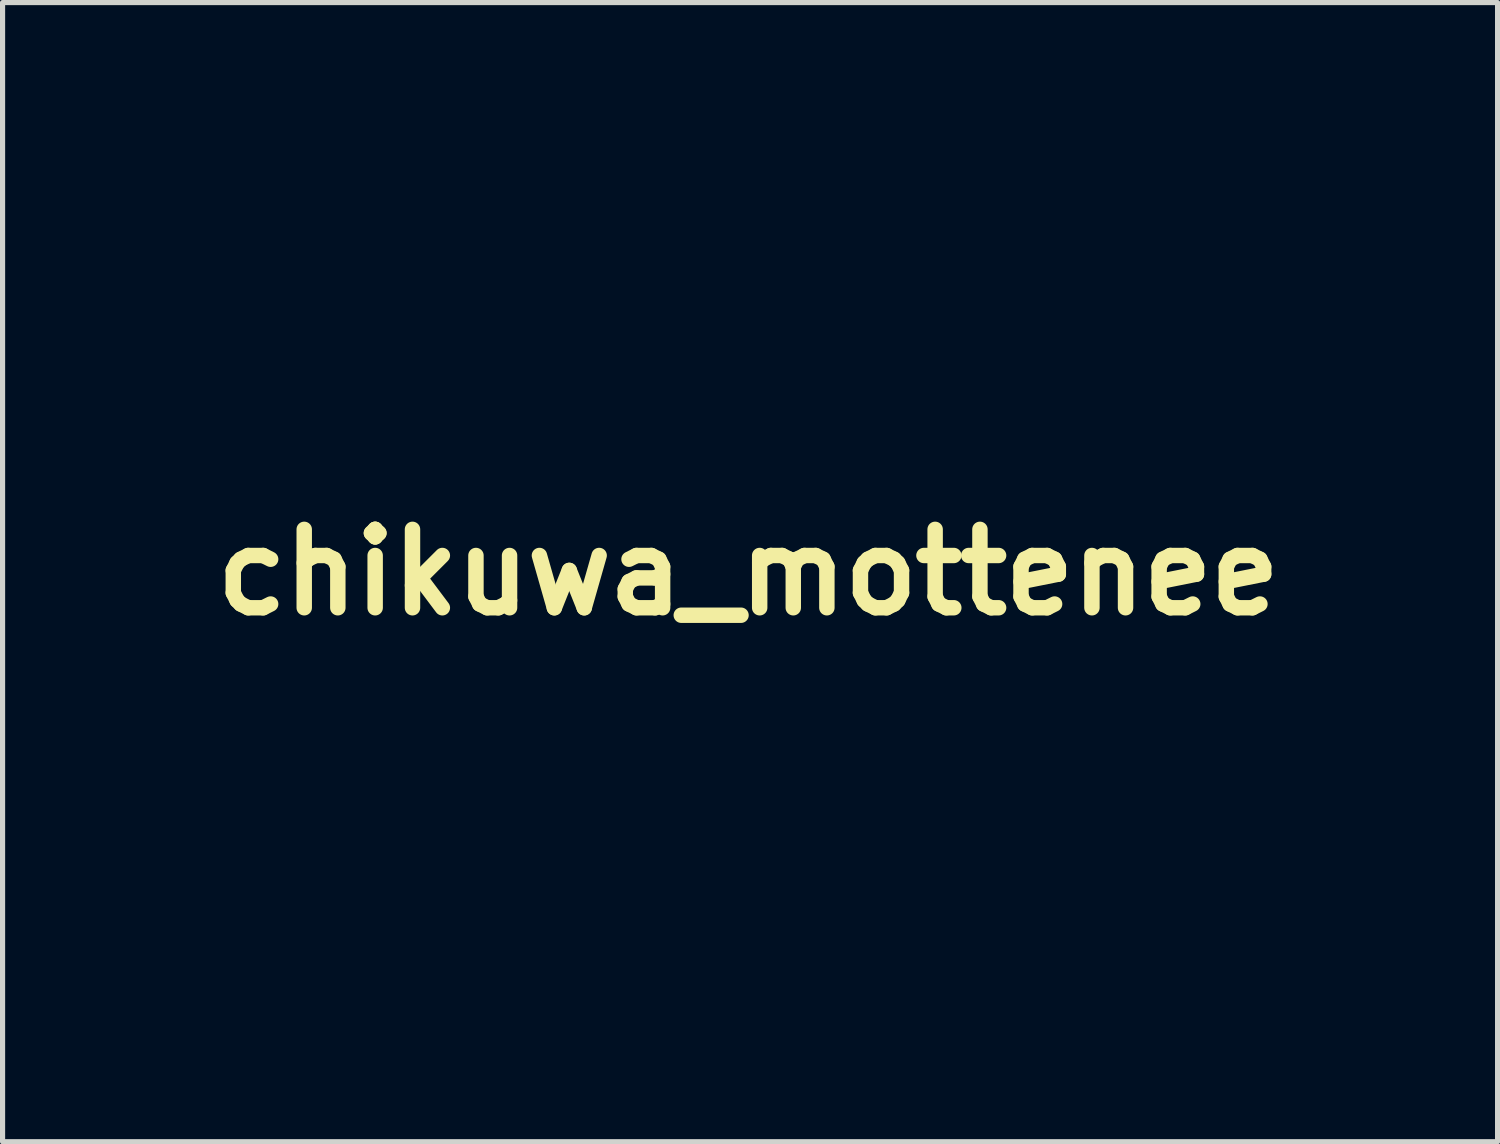
<source format=kicad_pcb>
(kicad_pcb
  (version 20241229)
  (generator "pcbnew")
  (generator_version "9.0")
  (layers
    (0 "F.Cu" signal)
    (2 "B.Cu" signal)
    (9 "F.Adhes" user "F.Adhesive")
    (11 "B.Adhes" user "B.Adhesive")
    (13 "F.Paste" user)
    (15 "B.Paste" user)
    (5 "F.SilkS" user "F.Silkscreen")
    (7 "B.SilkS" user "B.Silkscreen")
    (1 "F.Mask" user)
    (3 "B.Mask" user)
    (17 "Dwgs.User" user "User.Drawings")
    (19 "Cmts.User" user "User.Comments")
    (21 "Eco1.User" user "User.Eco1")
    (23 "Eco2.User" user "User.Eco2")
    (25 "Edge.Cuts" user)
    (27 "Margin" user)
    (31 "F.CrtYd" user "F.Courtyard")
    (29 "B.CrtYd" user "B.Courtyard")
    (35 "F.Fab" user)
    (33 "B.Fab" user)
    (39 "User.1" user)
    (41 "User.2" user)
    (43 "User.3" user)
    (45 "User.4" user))
  (footprint "chikuwa_mottenee"
    (layer "F.Cu")
    (at 11.5 8.075)
    (property "Reference" "chikuwa_mottenee" (at 0 0 0) (layer "F.SilkS") (effects (font (size 1.524 1.524) (thickness 0.3))))
    (attr through_hole)
    (fp_poly (pts (xy -9.144 -1.556) (xy -9.176 -1.524) (xy -9.207 -1.556) (xy -9.176 -1.587) (xy -9.144 -1.556)) (stroke (width 0.01) (type solid)) (fill yes) (layer "F.Mask"))
    (fp_poly (pts (xy -9.017 -3.461) (xy -9.049 -3.429) (xy -9.081 -3.461) (xy -9.049 -3.493) (xy -9.017 -3.461)) (stroke (width 0.01) (type solid)) (fill yes) (layer "F.Mask"))
    (fp_poly (pts (xy -8.001 -4.667) (xy -8.033 -4.636) (xy -8.065 -4.667) (xy -8.033 -4.699) (xy -8.001 -4.667)) (stroke (width 0.01) (type solid)) (fill yes) (layer "F.Mask"))
    (fp_poly (pts (xy -8.001 0.286) (xy -8.033 0.318) (xy -8.065 0.286) (xy -8.033 0.254) (xy -8.001 0.286)) (stroke (width 0.01) (type solid)) (fill yes) (layer "F.Mask"))
    (fp_poly (pts (xy -7.811 -0.222) (xy -7.842 -0.191) (xy -7.874 -0.222) (xy -7.842 -0.254) (xy -7.811 -0.222)) (stroke (width 0.01) (type solid)) (fill yes) (layer "F.Mask"))
    (fp_poly (pts (xy -7.811 0.222) (xy -7.842 0.254) (xy -7.874 0.222) (xy -7.842 0.191) (xy -7.811 0.222)) (stroke (width 0.01) (type solid)) (fill yes) (layer "F.Mask"))
    (fp_poly (pts (xy -7.493 -1.048) (xy -7.525 -1.016) (xy -7.556 -1.048) (xy -7.525 -1.079) (xy -7.493 -1.048)) (stroke (width 0.01) (type solid)) (fill yes) (layer "F.Mask"))
    (fp_poly (pts (xy -7.493 -0.032) (xy -7.525 0) (xy -7.556 -0.032) (xy -7.525 -0.064) (xy -7.493 -0.032)) (stroke (width 0.01) (type solid)) (fill yes) (layer "F.Mask"))
    (fp_poly (pts (xy -5.334 7.969) (xy -5.366 8.001) (xy -5.397 7.969) (xy -5.366 7.938) (xy -5.334 7.969)) (stroke (width 0.01) (type solid)) (fill yes) (layer "F.Mask"))
    (fp_poly (pts (xy -2.857 6.001) (xy -2.889 6.032) (xy -2.921 6.001) (xy -2.889 5.969) (xy -2.857 6.001)) (stroke (width 0.01) (type solid)) (fill yes) (layer "F.Mask"))
    (fp_poly (pts (xy -2.731 5.556) (xy -2.762 5.588) (xy -2.794 5.556) (xy -2.762 5.524) (xy -2.731 5.556)) (stroke (width 0.01) (type solid)) (fill yes) (layer "F.Mask"))
    (fp_poly (pts (xy -2.667 5.81) (xy -2.699 5.842) (xy -2.731 5.81) (xy -2.699 5.779) (xy -2.667 5.81)) (stroke (width 0.01) (type solid)) (fill yes) (layer "F.Mask"))
    (fp_poly (pts (xy -2.54 5.874) (xy -2.572 5.905) (xy -2.603 5.874) (xy -2.572 5.842) (xy -2.54 5.874)) (stroke (width 0.01) (type solid)) (fill yes) (layer "F.Mask"))
    (fp_poly (pts (xy -2.159 6.763) (xy -2.191 6.795) (xy -2.223 6.763) (xy -2.191 6.731) (xy -2.159 6.763)) (stroke (width 0.01) (type solid)) (fill yes) (layer "F.Mask"))
    (fp_poly (pts (xy -1.968 0.159) (xy -2 0.191) (xy -2.032 0.159) (xy -2 0.127) (xy -1.968 0.159)) (stroke (width 0.01) (type solid)) (fill yes) (layer "F.Mask"))
    (fp_poly (pts (xy -0.953 5.874) (xy -0.984 5.905) (xy -1.016 5.874) (xy -0.984 5.842) (xy -0.953 5.874)) (stroke (width 0.01) (type solid)) (fill yes) (layer "F.Mask"))
    (fp_poly (pts (xy -0.826 5.874) (xy -0.857 5.905) (xy -0.889 5.874) (xy -0.857 5.842) (xy -0.826 5.874)) (stroke (width 0.01) (type solid)) (fill yes) (layer "F.Mask"))
    (fp_poly (pts (xy -0.699 5.683) (xy -0.73 5.715) (xy -0.762 5.683) (xy -0.73 5.652) (xy -0.699 5.683)) (stroke (width 0.01) (type solid)) (fill yes) (layer "F.Mask"))
    (fp_poly (pts (xy -0.699 5.874) (xy -0.73 5.905) (xy -0.762 5.874) (xy -0.73 5.842) (xy -0.699 5.874)) (stroke (width 0.01) (type solid)) (fill yes) (layer "F.Mask"))
    (fp_poly (pts (xy 2.159 1.048) (xy 2.127 1.079) (xy 2.095 1.048) (xy 2.127 1.016) (xy 2.159 1.048)) (stroke (width 0.01) (type solid)) (fill yes) (layer "F.Mask"))
    (fp_poly (pts (xy 2.731 1.619) (xy 2.699 1.651) (xy 2.667 1.619) (xy 2.699 1.587) (xy 2.731 1.619)) (stroke (width 0.01) (type solid)) (fill yes) (layer "F.Mask"))
    (fp_poly (pts (xy 3.493 4.985) (xy 3.461 5.016) (xy 3.429 4.985) (xy 3.461 4.953) (xy 3.493 4.985)) (stroke (width 0.01) (type solid)) (fill yes) (layer "F.Mask"))
    (fp_poly (pts (xy 6.287 -0.159) (xy 6.255 -0.127) (xy 6.223 -0.159) (xy 6.255 -0.191) (xy 6.287 -0.159)) (stroke (width 0.01) (type solid)) (fill yes) (layer "F.Mask"))
    (fp_poly (pts (xy 6.858 0.73) (xy 6.826 0.762) (xy 6.795 0.73) (xy 6.826 0.699) (xy 6.858 0.73)) (stroke (width 0.01) (type solid)) (fill yes) (layer "F.Mask"))
    (fp_poly (pts (xy 9.207 6.953) (xy 9.176 6.985) (xy 9.144 6.953) (xy 9.176 6.921) (xy 9.207 6.953)) (stroke (width 0.01) (type solid)) (fill yes) (layer "F.Mask"))
    (fp_poly (pts (xy 11.557 1.175) (xy 11.525 1.206) (xy 11.493 1.175) (xy 11.525 1.143) (xy 11.557 1.175)) (stroke (width 0.01) (type solid)) (fill yes) (layer "F.Mask"))
    (fp_poly (pts (xy -7.641 0.148) (xy -7.65 0.186) (xy -7.684 0.191) (xy -7.736 0.167) (xy -7.726 0.148) (xy -7.65 0.141) (xy -7.641 0.148)) (stroke (width 0.01) (type solid)) (fill yes) (layer "F.Mask"))
    (fp_poly (pts (xy -7.578 -0.931) (xy -7.586 -0.894) (xy -7.62 -0.889) (xy -7.672 -0.912) (xy -7.662 -0.931) (xy -7.587 -0.939) (xy -7.578 -0.931)) (stroke (width 0.01) (type solid)) (fill yes) (layer "F.Mask"))
    (fp_poly (pts (xy -3.006 5.419) (xy -2.998 5.494) (xy -3.006 5.503) (xy -3.043 5.495) (xy -3.048 5.461) (xy -3.025 5.409) (xy -3.006 5.419)) (stroke (width 0.01) (type solid)) (fill yes) (layer "F.Mask"))
    (fp_poly (pts (xy -3.006 5.863) (xy -2.998 5.939) (xy -3.006 5.948) (xy -3.043 5.939) (xy -3.048 5.905) (xy -3.025 5.853) (xy -3.006 5.863)) (stroke (width 0.01) (type solid)) (fill yes) (layer "F.Mask"))
    (fp_poly (pts (xy -2.688 6.181) (xy -2.681 6.256) (xy -2.688 6.265) (xy -2.726 6.257) (xy -2.731 6.223) (xy -2.707 6.171) (xy -2.688 6.181)) (stroke (width 0.01) (type solid)) (fill yes) (layer "F.Mask"))
    (fp_poly (pts (xy -1.925 5.83) (xy -1.918 5.929) (xy -1.93 5.952) (xy -1.959 5.933) (xy -1.963 5.868) (xy -1.948 5.801) (xy -1.925 5.83)) (stroke (width 0.01) (type solid)) (fill yes) (layer "F.Mask"))
    (fp_poly (pts (xy -0.72 6.054) (xy -0.712 6.129) (xy -0.72 6.138) (xy -0.757 6.13) (xy -0.762 6.096) (xy -0.739 6.044) (xy -0.72 6.054)) (stroke (width 0.01) (type solid)) (fill yes) (layer "F.Mask"))
    (fp_poly (pts (xy -0.465 6.021) (xy -0.457 6.12) (xy -0.47 6.142) (xy -0.498 6.123) (xy -0.503 6.059) (xy -0.487 5.991) (xy -0.465 6.021)) (stroke (width 0.01) (type solid)) (fill yes) (layer "F.Mask"))
    (fp_poly (pts (xy 0.233 5.8) (xy 0.24 5.875) (xy 0.233 5.884) (xy 0.195 5.876) (xy 0.191 5.842) (xy 0.214 5.79) (xy 0.233 5.8)) (stroke (width 0.01) (type solid)) (fill yes) (layer "F.Mask"))
    (fp_poly (pts (xy 0.677 2.815) (xy 0.669 2.853) (xy 0.635 2.857) (xy 0.583 2.834) (xy 0.593 2.815) (xy 0.668 2.808) (xy 0.677 2.815)) (stroke (width 0.01) (type solid)) (fill yes) (layer "F.Mask"))
    (fp_poly (pts (xy 0.804 0.275) (xy 0.796 0.313) (xy 0.762 0.318) (xy 0.71 0.294) (xy 0.72 0.275) (xy 0.795 0.268) (xy 0.804 0.275)) (stroke (width 0.01) (type solid)) (fill yes) (layer "F.Mask"))
    (fp_poly (pts (xy 0.999 0.089) (xy 0.98 0.117) (xy 0.915 0.122) (xy 0.848 0.106) (xy 0.877 0.084) (xy 0.976 0.076) (xy 0.999 0.089)) (stroke (width 0.01) (type solid)) (fill yes) (layer "F.Mask"))
    (fp_poly (pts (xy 1.249 0.339) (xy 1.24 0.376) (xy 1.206 0.381) (xy 1.154 0.358) (xy 1.164 0.339) (xy 1.24 0.331) (xy 1.249 0.339)) (stroke (width 0.01) (type solid)) (fill yes) (layer "F.Mask"))
    (fp_poly (pts (xy 1.794 -7.599) (xy 1.802 -7.575) (xy 1.714 -7.567) (xy 1.624 -7.577) (xy 1.635 -7.599) (xy 1.765 -7.607) (xy 1.794 -7.599)) (stroke (width 0.01) (type solid)) (fill yes) (layer "F.Mask"))
    (fp_poly (pts (xy 2.074 -7.535) (xy 2.066 -7.498) (xy 2.032 -7.493) (xy 1.98 -7.516) (xy 1.99 -7.535) (xy 2.065 -7.543) (xy 2.074 -7.535)) (stroke (width 0.01) (type solid)) (fill yes) (layer "F.Mask"))
    (fp_poly (pts (xy 4.805 -8.043) (xy 4.796 -8.006) (xy 4.763 -8.001) (xy 4.71 -8.024) (xy 4.72 -8.043) (xy 4.796 -8.051) (xy 4.805 -8.043)) (stroke (width 0.01) (type solid)) (fill yes) (layer "F.Mask"))
    (fp_poly (pts (xy 5.825 1.422) (xy 5.806 1.451) (xy 5.741 1.455) (xy 5.674 1.44) (xy 5.703 1.417) (xy 5.802 1.41) (xy 5.825 1.422)) (stroke (width 0.01) (type solid)) (fill yes) (layer "F.Mask"))
    (fp_poly (pts (xy 6.075 -7.916) (xy 6.082 -7.841) (xy 6.075 -7.832) (xy 6.037 -7.84) (xy 6.032 -7.874) (xy 6.056 -7.926) (xy 6.075 -7.916)) (stroke (width 0.01) (type solid)) (fill yes) (layer "F.Mask"))
    (fp_poly (pts (xy 6.392 7.197) (xy 6.4 7.272) (xy 6.392 7.281) (xy 6.355 7.273) (xy 6.35 7.239) (xy 6.373 7.187) (xy 6.392 7.197)) (stroke (width 0.01) (type solid)) (fill yes) (layer "F.Mask"))
    (fp_poly (pts (xy 8.297 -6.456) (xy 8.305 -6.38) (xy 8.297 -6.371) (xy 8.26 -6.38) (xy 8.255 -6.413) (xy 8.278 -6.466) (xy 8.297 -6.456)) (stroke (width 0.01) (type solid)) (fill yes) (layer "F.Mask"))
    (fp_poly (pts (xy 8.588 -6.519) (xy 8.596 -6.496) (xy 8.509 -6.487) (xy 8.419 -6.497) (xy 8.43 -6.519) (xy 8.56 -6.527) (xy 8.588 -6.519)) (stroke (width 0.01) (type solid)) (fill yes) (layer "F.Mask"))
    (fp_poly (pts (xy -8.056 0.394) (xy -8.041 0.427) (xy -8.123 0.462) (xy -8.221 0.476) (xy -8.209 0.437) (xy -8.206 0.434) (xy -8.096 0.389) (xy -8.056 0.394)) (stroke (width 0.01) (type solid)) (fill yes) (layer "F.Mask"))
    (fp_poly (pts (xy -6.378 5.249) (xy -6.389 5.299) (xy -6.441 5.388) (xy -6.474 5.373) (xy -6.477 5.338) (xy -6.431 5.252) (xy -6.414 5.239) (xy -6.378 5.249)) (stroke (width 0.01) (type solid)) (fill yes) (layer "F.Mask"))
    (fp_poly (pts (xy -2.787 5.245) (xy -2.735 5.32) (xy -2.74 5.364) (xy -2.794 5.342) (xy -2.844 5.296) (xy -2.885 5.224) (xy -2.864 5.207) (xy -2.787 5.245)) (stroke (width 0.01) (type solid)) (fill yes) (layer "F.Mask"))
    (fp_poly (pts (xy 3.333 5.081) (xy 3.265 5.133) (xy 3.193 5.142) (xy 3.175 5.119) (xy 3.225 5.078) (xy 3.274 5.056) (xy 3.339 5.051) (xy 3.333 5.081)) (stroke (width 0.01) (type solid)) (fill yes) (layer "F.Mask"))
    (fp_poly (pts (xy 5.047 -8.022) (xy 5.039 -7.969) (xy 4.974 -7.884) (xy 4.909 -7.896) (xy 4.889 -7.969) (xy 4.939 -8.053) (xy 4.983 -8.065) (xy 5.047 -8.022)) (stroke (width 0.01) (type solid)) (fill yes) (layer "F.Mask"))
    (fp_poly (pts (xy -11.311 2.506) (xy -11.361 2.658) (xy -11.396 2.739) (xy -11.489 2.953) (xy -11.491 2.721) (xy -11.466 2.534) (xy -11.398 2.454) (xy -11.323 2.444) (xy -11.311 2.506)) (stroke (width 0.01) (type solid)) (fill yes) (layer "F.Mask"))
    (fp_poly (pts (xy -8.935 -3.7) (xy -8.922 -3.683) (xy -8.925 -3.624) (xy -8.946 -3.619) (xy -9.036 -3.666) (xy -9.049 -3.683) (xy -9.046 -3.742) (xy -9.024 -3.747) (xy -8.935 -3.7)) (stroke (width 0.01) (type solid)) (fill yes) (layer "F.Mask"))
    (fp_poly (pts (xy -7.738 -4.539) (xy -7.652 -4.508) (xy -7.582 -4.467) (xy -7.62 -4.454) (xy -7.756 -4.478) (xy -7.842 -4.508) (xy -7.912 -4.55) (xy -7.874 -4.563) (xy -7.738 -4.539)) (stroke (width 0.01) (type solid)) (fill yes) (layer "F.Mask"))
    (fp_poly (pts (xy -7.109 4.675) (xy -7.027 4.759) (xy -6.99 4.84) (xy -6.998 4.86) (xy -7.057 4.841) (xy -7.143 4.763) (xy -7.206 4.672) (xy -7.193 4.636) (xy -7.109 4.675)) (stroke (width 0.01) (type solid)) (fill yes) (layer "F.Mask"))
    (fp_poly (pts (xy -6.167 5.317) (xy -6.168 5.413) (xy -6.219 5.49) (xy -6.3 5.482) (xy -6.318 5.462) (xy -6.326 5.356) (xy -6.257 5.278) (xy -6.219 5.271) (xy -6.167 5.317)) (stroke (width 0.01) (type solid)) (fill yes) (layer "F.Mask"))
    (fp_poly (pts (xy -5.989 5.489) (xy -5.971 5.521) (xy -5.919 5.652) (xy -5.95 5.69) (xy -6.052 5.635) (xy -6.12 5.532) (xy -6.102 5.468) (xy -6.048 5.425) (xy -5.989 5.489)) (stroke (width 0.01) (type solid)) (fill yes) (layer "F.Mask"))
    (fp_poly (pts (xy -5.23 7.499) (xy -5.226 7.51) (xy -5.217 7.648) (xy -5.229 7.701) (xy -5.25 7.703) (xy -5.258 7.603) (xy -5.258 7.588) (xy -5.249 7.49) (xy -5.23 7.499)) (stroke (width 0.01) (type solid)) (fill yes) (layer "F.Mask"))
    (fp_poly (pts (xy -5.141 7.924) (xy -5.121 7.969) (xy -5.119 8.051) (xy -5.145 8.065) (xy -5.2 8.013) (xy -5.207 7.969) (xy -5.193 7.885) (xy -5.182 7.874) (xy -5.141 7.924)) (stroke (width 0.01) (type solid)) (fill yes) (layer "F.Mask"))
    (fp_poly (pts (xy -3.747 7.867) (xy -3.768 7.967) (xy -3.855 8.046) (xy -3.942 8.065) (xy -4.031 8.06) (xy -4.027 8.027) (xy -3.928 7.943) (xy -3.798 7.855) (xy -3.747 7.867)) (stroke (width 0.01) (type solid)) (fill yes) (layer "F.Mask"))
    (fp_poly (pts (xy -2.988 -2.564) (xy -3.027 -2.452) (xy -3.078 -2.378) (xy -3.147 -2.311) (xy -3.173 -2.328) (xy -3.15 -2.467) (xy -3.09 -2.575) (xy -3.041 -2.603) (xy -2.988 -2.564)) (stroke (width 0.01) (type solid)) (fill yes) (layer "F.Mask"))
    (fp_poly (pts (xy -2.801 -0.965) (xy -2.794 -0.924) (xy -2.833 -0.816) (xy -2.857 -0.794) (xy -2.907 -0.813) (xy -2.921 -0.885) (xy -2.895 -0.99) (xy -2.857 -1.016) (xy -2.801 -0.965)) (stroke (width 0.01) (type solid)) (fill yes) (layer "F.Mask"))
    (fp_poly (pts (xy -2.563 6.293) (xy -2.559 6.304) (xy -2.55 6.442) (xy -2.562 6.494) (xy -2.583 6.496) (xy -2.591 6.397) (xy -2.591 6.382) (xy -2.582 6.283) (xy -2.563 6.293)) (stroke (width 0.01) (type solid)) (fill yes) (layer "F.Mask"))
    (fp_poly (pts (xy -1.432 2.38) (xy -1.397 2.445) (xy -1.428 2.53) (xy -1.523 2.513) (xy -1.623 2.447) (xy -1.702 2.38) (xy -1.675 2.356) (xy -1.572 2.352) (xy -1.432 2.38)) (stroke (width 0.01) (type solid)) (fill yes) (layer "F.Mask"))
    (fp_poly (pts (xy -0.191 -3.27) (xy -0.13 -3.213) (xy -0.127 -3.203) (xy -0.176 -3.176) (xy -0.191 -3.175) (xy -0.252 -3.224) (xy -0.254 -3.242) (xy -0.215 -3.28) (xy -0.191 -3.27)) (stroke (width 0.01) (type solid)) (fill yes) (layer "F.Mask"))
    (fp_poly (pts (xy 0.408 2.715) (xy 0.448 2.762) (xy 0.394 2.817) (xy 0.288 2.846) (xy 0.161 2.835) (xy 0.127 2.762) (xy 0.168 2.686) (xy 0.288 2.679) (xy 0.408 2.715)) (stroke (width 0.01) (type solid)) (fill yes) (layer "F.Mask"))
    (fp_poly (pts (xy 2.337 -7.511) (xy 2.381 -7.493) (xy 2.453 -7.45) (xy 2.413 -7.435) (xy 2.277 -7.465) (xy 2.223 -7.493) (xy 2.173 -7.541) (xy 2.219 -7.547) (xy 2.337 -7.511)) (stroke (width 0.01) (type solid)) (fill yes) (layer "F.Mask"))
    (fp_poly (pts (xy 2.774 3.407) (xy 2.762 3.429) (xy 2.702 3.49) (xy 2.691 3.493) (xy 2.687 3.451) (xy 2.699 3.429) (xy 2.759 3.368) (xy 2.77 3.365) (xy 2.774 3.407)) (stroke (width 0.01) (type solid)) (fill yes) (layer "F.Mask"))
    (fp_poly (pts (xy 2.847 -2.823) (xy 2.857 -2.794) (xy 2.806 -2.738) (xy 2.762 -2.731) (xy 2.678 -2.765) (xy 2.667 -2.794) (xy 2.718 -2.85) (xy 2.762 -2.857) (xy 2.847 -2.823)) (stroke (width 0.01) (type solid)) (fill yes) (layer "F.Mask"))
    (fp_poly (pts (xy 5.712 -5.859) (xy 5.715 -5.842) (xy 5.693 -5.78) (xy 5.687 -5.779) (xy 5.633 -5.823) (xy 5.62 -5.842) (xy 5.625 -5.901) (xy 5.648 -5.905) (xy 5.712 -5.859)) (stroke (width 0.01) (type solid)) (fill yes) (layer "F.Mask"))
    (fp_poly (pts (xy 5.967 -8.016) (xy 5.969 -8.001) (xy 5.921 -7.939) (xy 5.905 -7.938) (xy 5.844 -7.986) (xy 5.842 -8.001) (xy 5.89 -8.063) (xy 5.905 -8.065) (xy 5.967 -8.016)) (stroke (width 0.01) (type solid)) (fill yes) (layer "F.Mask"))
    (fp_poly (pts (xy 6.338 0.605) (xy 6.35 0.635) (xy 6.304 0.697) (xy 6.29 0.699) (xy 6.204 0.652) (xy 6.191 0.635) (xy 6.206 0.581) (xy 6.251 0.572) (xy 6.338 0.605)) (stroke (width 0.01) (type solid)) (fill yes) (layer "F.Mask"))
    (fp_poly (pts (xy 8.246 -2.367) (xy 8.255 -2.321) (xy 8.222 -2.235) (xy 8.191 -2.223) (xy 8.13 -2.268) (xy 8.128 -2.282) (xy 8.174 -2.368) (xy 8.191 -2.381) (xy 8.246 -2.367)) (stroke (width 0.01) (type solid)) (fill yes) (layer "F.Mask"))
    (fp_poly (pts (xy 8.761 -1.92) (xy 8.763 -1.905) (xy 8.711 -1.849) (xy 8.664 -1.841) (xy 8.598 -1.872) (xy 8.604 -1.905) (xy 8.685 -1.966) (xy 8.703 -1.968) (xy 8.761 -1.92)) (stroke (width 0.01) (type solid)) (fill yes) (layer "F.Mask"))
    (fp_poly (pts (xy 11.301 1.509) (xy 11.303 1.524) (xy 11.255 1.586) (xy 11.239 1.587) (xy 11.178 1.539) (xy 11.176 1.524) (xy 11.224 1.462) (xy 11.239 1.46) (xy 11.301 1.509)) (stroke (width 0.01) (type solid)) (fill yes) (layer "F.Mask"))
    (fp_poly (pts (xy -1.873 3.373) (xy -1.861 3.392) (xy -1.967 3.422) (xy -2.127 3.45) (xy -2.278 3.466) (xy -2.31 3.447) (xy -2.286 3.428) (xy -2.154 3.383) (xy -2.006 3.366) (xy -1.873 3.373)) (stroke (width 0.01) (type solid)) (fill yes) (layer "F.Mask"))
    (fp_poly (pts (xy 6.12 7.064) (xy 6.224 7.106) (xy 6.271 7.16) (xy 6.249 7.223) (xy 6.141 7.226) (xy 6.048 7.197) (xy 5.975 7.128) (xy 5.969 7.102) (xy 6.016 7.059) (xy 6.12 7.064)) (stroke (width 0.01) (type solid)) (fill yes) (layer "F.Mask"))
    (fp_poly (pts (xy -7.653 0.298) (xy -7.641 0.347) (xy -7.644 0.429) (xy -7.646 0.438) (xy -7.703 0.417) (xy -7.811 0.381) (xy -7.902 0.343) (xy -7.895 0.324) (xy -7.769 0.296) (xy -7.731 0.283) (xy -7.653 0.298)) (stroke (width 0.01) (type solid)) (fill yes) (layer "F.Mask"))
    (fp_poly (pts (xy -7.498 -0.179) (xy -7.523 -0.155) (xy -7.588 -0.127) (xy -7.737 -0.08) (xy -7.811 -0.069) (xy -7.874 -0.075) (xy -7.827 -0.117) (xy -7.811 -0.127) (xy -7.666 -0.178) (xy -7.588 -0.185) (xy -7.498 -0.179)) (stroke (width 0.01) (type solid)) (fill yes) (layer "F.Mask"))
    (fp_poly (pts (xy -6.67 2.661) (xy -6.613 2.813) (xy -6.604 2.926) (xy -6.628 3.031) (xy -6.698 3.018) (xy -6.813 2.888) (xy -6.814 2.887) (xy -6.888 2.735) (xy -6.864 2.634) (xy -6.766 2.603) (xy -6.67 2.661)) (stroke (width 0.01) (type solid)) (fill yes) (layer "F.Mask"))
    (fp_poly (pts (xy -3.561 7.731) (xy -3.561 7.747) (xy -3.589 7.883) (xy -3.619 7.969) (xy -3.662 8.06) (xy -3.675 8.034) (xy -3.678 7.969) (xy -3.65 7.813) (xy -3.619 7.747) (xy -3.571 7.684) (xy -3.561 7.731)) (stroke (width 0.01) (type solid)) (fill yes) (layer "F.Mask"))
    (fp_poly (pts (xy -1.02 2.423) (xy -0.924 2.486) (xy -0.905 2.556) (xy -0.992 2.635) (xy -1.164 2.637) (xy -1.222 2.624) (xy -1.323 2.563) (xy -1.301 2.473) (xy -1.254 2.428) (xy -1.147 2.398) (xy -1.02 2.423)) (stroke (width 0.01) (type solid)) (fill yes) (layer "F.Mask"))
    (fp_poly (pts (xy 0.952 -0.561) (xy 0.905 -0.518) (xy 0.889 -0.508) (xy 0.753 -0.453) (xy 0.699 -0.446) (xy 0.635 -0.455) (xy 0.683 -0.498) (xy 0.699 -0.508) (xy 0.834 -0.563) (xy 0.889 -0.57) (xy 0.952 -0.561)) (stroke (width 0.01) (type solid)) (fill yes) (layer "F.Mask"))
    (fp_poly (pts (xy 2.111 0.617) (xy 2.183 0.656) (xy 2.157 0.674) (xy 2.021 0.676) (xy 1.981 0.675) (xy 1.823 0.667) (xy 1.778 0.648) (xy 1.835 0.612) (xy 1.838 0.61) (xy 2.027 0.59) (xy 2.111 0.617)) (stroke (width 0.01) (type solid)) (fill yes) (layer "F.Mask"))
    (fp_poly (pts (xy 5.854 -7.753) (xy 5.861 -7.745) (xy 5.957 -7.62) (xy 5.954 -7.569) (xy 5.845 -7.58) (xy 5.763 -7.6) (xy 5.665 -7.652) (xy 5.676 -7.746) (xy 5.703 -7.793) (xy 5.763 -7.826) (xy 5.854 -7.753)) (stroke (width 0.01) (type solid)) (fill yes) (layer "F.Mask"))
    (fp_poly (pts (xy 5.904 1.26) (xy 5.905 1.27) (xy 5.85 1.313) (xy 5.715 1.332) (xy 5.699 1.333) (xy 5.571 1.324) (xy 5.557 1.294) (xy 5.588 1.27) (xy 5.719 1.217) (xy 5.842 1.214) (xy 5.904 1.26)) (stroke (width 0.01) (type solid)) (fill yes) (layer "F.Mask"))
    (fp_poly (pts (xy 7.825 4.118) (xy 7.842 4.147) (xy 7.907 4.292) (xy 7.922 4.397) (xy 7.921 4.4) (xy 7.888 4.41) (xy 7.861 4.348) (xy 7.808 4.176) (xy 7.782 4.096) (xy 7.779 4.056) (xy 7.825 4.118)) (stroke (width 0.01) (type solid)) (fill yes) (layer "F.Mask"))
    (fp_poly (pts (xy -6.587 4.889) (xy -6.474 4.998) (xy -6.455 5.089) (xy -6.479 5.148) (xy -6.558 5.252) (xy -6.652 5.252) (xy -6.759 5.186) (xy -6.837 5.094) (xy -6.83 4.966) (xy -6.818 4.927) (xy -6.76 4.753) (xy -6.587 4.889)) (stroke (width 0.01) (type solid)) (fill yes) (layer "F.Mask"))
    (fp_poly (pts (xy -1.28 0.858) (xy -1.28 0.858) (xy -1.278 0.934) (xy -1.31 1.003) (xy -1.406 1.091) (xy -1.525 1.132) (xy -1.622 1.118) (xy -1.651 1.062) (xy -1.602 0.981) (xy -1.489 0.901) (xy -1.364 0.85) (xy -1.28 0.858)) (stroke (width 0.01) (type solid)) (fill yes) (layer "F.Mask"))
    (fp_poly (pts (xy -0.019 2.642) (xy 0.049 2.731) (xy 0.031 2.829) (xy -0.007 2.863) (xy -0.13 2.908) (xy -0.266 2.917) (xy -0.364 2.892) (xy -0.381 2.863) (xy -0.333 2.694) (xy -0.204 2.609) (xy -0.15 2.603) (xy -0.019 2.642)) (stroke (width 0.01) (type solid)) (fill yes) (layer "F.Mask"))
    (fp_poly (pts (xy 0.122 5.851) (xy 0.075 5.962) (xy 0.027 5.994) (xy -0.086 6.028) (xy -0.124 5.993) (xy -0.127 5.93) (xy -0.088 5.858) (xy -0.036 5.863) (xy 0.061 5.854) (xy 0.086 5.823) (xy 0.114 5.804) (xy 0.122 5.851)) (stroke (width 0.01) (type solid)) (fill yes) (layer "F.Mask"))
    (fp_poly (pts (xy 1.577 1.509) (xy 1.622 1.566) (xy 1.693 1.677) (xy 1.712 1.73) (xy 1.664 1.769) (xy 1.557 1.776) (xy 1.458 1.75) (xy 1.442 1.738) (xy 1.436 1.658) (xy 1.468 1.574) (xy 1.524 1.488) (xy 1.577 1.509)) (stroke (width 0.01) (type solid)) (fill yes) (layer "F.Mask"))
    (fp_poly (pts (xy 7.776 7.671) (xy 7.747 7.784) (xy 7.742 7.796) (xy 7.678 7.946) (xy 7.618 8.034) (xy 7.613 8.037) (xy 7.594 8.013) (xy 7.626 7.907) (xy 7.632 7.894) (xy 7.707 7.736) (xy 7.759 7.658) (xy 7.776 7.671)) (stroke (width 0.01) (type solid)) (fill yes) (layer "F.Mask"))
    (fp_poly (pts (xy 1.089 1.225) (xy 1.239 1.289) (xy 1.389 1.392) (xy 1.429 1.486) (xy 1.375 1.553) (xy 1.245 1.575) (xy 1.055 1.532) (xy 1.032 1.523) (xy 0.912 1.451) (xy 0.905 1.355) (xy 0.95 1.272) (xy 1.003 1.219) (xy 1.089 1.225)) (stroke (width 0.01) (type solid)) (fill yes) (layer "F.Mask"))
    (fp_poly (pts (xy 4.783 4.215) (xy 4.866 4.361) (xy 4.878 4.477) (xy 4.819 4.619) (xy 4.766 4.708) (xy 4.643 4.91) (xy 4.604 4.725) (xy 4.568 4.555) (xy 4.545 4.439) (xy 4.558 4.306) (xy 4.601 4.195) (xy 4.677 4.053) (xy 4.783 4.215)) (stroke (width 0.01) (type solid)) (fill yes) (layer "F.Mask"))
    (fp_poly (pts (xy 6.344 0.35) (xy 6.401 0.394) (xy 6.476 0.507) (xy 6.448 0.564) (xy 6.339 0.54) (xy 6.298 0.517) (xy 6.176 0.486) (xy 6.044 0.49) (xy 5.928 0.503) (xy 5.926 0.477) (xy 5.997 0.417) (xy 6.179 0.326) (xy 6.344 0.35)) (stroke (width 0.01) (type solid)) (fill yes) (layer "F.Mask"))
    (fp_poly (pts (xy 8.751 -6.334) (xy 8.825 -6.295) (xy 8.826 -6.287) (xy 8.771 -6.245) (xy 8.633 -6.224) (xy 8.604 -6.223) (xy 8.457 -6.239) (xy 8.384 -6.278) (xy 8.382 -6.287) (xy 8.438 -6.328) (xy 8.575 -6.349) (xy 8.604 -6.35) (xy 8.751 -6.334)) (stroke (width 0.01) (type solid)) (fill yes) (layer "F.Mask"))
    (fp_poly (pts (xy -1.557 5.915) (xy -1.555 5.989) (xy -1.588 6.139) (xy -1.614 6.228) (xy -1.702 6.509) (xy -1.707 6.191) (xy -1.703 6.009) (xy -1.682 5.944) (xy -1.651 5.969) (xy -1.601 6.029) (xy -1.589 5.977) (xy -1.588 5.974) (xy -1.571 5.911) (xy -1.557 5.915)) (stroke (width 0.01) (type solid)) (fill yes) (layer "F.Mask"))
    (fp_poly (pts (xy -0.692 0.827) (xy -0.678 0.954) (xy -0.682 0.979) (xy -0.716 1.083) (xy -0.789 1.127) (xy -0.933 1.121) (xy -1.067 1.098) (xy -1.182 1.034) (xy -1.204 0.934) (xy -1.143 0.834) (xy -1.007 0.775) (xy -0.995 0.773) (xy -0.793 0.77) (xy -0.692 0.827)) (stroke (width 0.01) (type solid)) (fill yes) (layer "F.Mask"))
    (fp_poly (pts (xy -0.464 2.526) (xy -0.463 2.527) (xy -0.419 2.614) (xy -0.429 2.736) (xy -0.481 2.833) (xy -0.531 2.853) (xy -0.644 2.828) (xy -0.746 2.792) (xy -0.86 2.737) (xy -0.881 2.671) (xy -0.85 2.577) (xy -0.762 2.499) (xy -0.614 2.48) (xy -0.464 2.526)) (stroke (width 0.01) (type solid)) (fill yes) (layer "F.Mask"))
    (fp_poly (pts (xy -0.205 5.821) (xy -0.199 5.921) (xy -0.222 6.062) (xy -0.286 6.096) (xy -0.366 6.044) (xy -0.38 5.985) (xy -0.368 5.913) (xy -0.324 5.961) (xy -0.322 5.963) (xy -0.275 6.004) (xy -0.243 5.932) (xy -0.237 5.9) (xy -0.216 5.802) (xy -0.205 5.821)) (stroke (width 0.01) (type solid)) (fill yes) (layer "F.Mask"))
    (fp_poly (pts (xy 0.846 0.973) (xy 1.078 0.998) (xy 1.235 1.051) (xy 1.372 1.154) (xy 1.416 1.196) (xy 1.544 1.33) (xy 1.576 1.384) (xy 1.508 1.363) (xy 1.365 1.288) (xy 1.195 1.208) (xy 0.967 1.117) (xy 0.826 1.067) (xy 0.476 0.95) (xy 0.846 0.973)) (stroke (width 0.01) (type solid)) (fill yes) (layer "F.Mask"))
    (fp_poly (pts (xy 5.528 6.758) (xy 5.667 6.822) (xy 5.795 6.9) (xy 5.869 6.966) (xy 5.873 6.987) (xy 5.821 7.038) (xy 5.737 7.029) (xy 5.587 6.957) (xy 5.572 6.949) (xy 5.458 6.867) (xy 5.394 6.784) (xy 5.401 6.735) (xy 5.421 6.731) (xy 5.528 6.758)) (stroke (width 0.01) (type solid)) (fill yes) (layer "F.Mask"))
    (fp_poly (pts (xy 6.404 -0.016) (xy 6.475 0.059) (xy 6.538 0.217) (xy 6.508 0.291) (xy 6.381 0.292) (xy 6.355 0.287) (xy 6.114 0.293) (xy 5.977 0.345) (xy 5.785 0.444) (xy 5.856 0.238) (xy 5.94 0.052) (xy 6.053 -0.038) (xy 6.232 -0.062) (xy 6.237 -0.063) (xy 6.404 -0.016)) (stroke (width 0.01) (type solid)) (fill yes) (layer "F.Mask"))
    (fp_poly (pts (xy 11.557 7.039) (xy 11.506 7.093) (xy 11.375 7.178) (xy 11.287 7.226) (xy 11.086 7.335) (xy 10.905 7.442) (xy 10.858 7.472) (xy 10.7 7.579) (xy 10.867 7.402) (xy 10.988 7.298) (xy 11.149 7.192) (xy 11.317 7.099) (xy 11.459 7.037) (xy 11.545 7.023) (xy 11.557 7.039)) (stroke (width 0.01) (type solid)) (fill yes) (layer "F.Mask"))
    (fp_poly (pts (xy -7.646 -0.469) (xy -7.529 -0.434) (xy -7.527 -0.404) (xy -7.591 -0.375) (xy -7.716 -0.337) (xy -7.811 -0.326) (xy -7.842 -0.341) (xy -7.78 -0.38) (xy -7.779 -0.381) (xy -7.691 -0.423) (xy -7.719 -0.437) (xy -7.773 -0.44) (xy -7.857 -0.458) (xy -7.86 -0.479) (xy -7.78 -0.491) (xy -7.646 -0.469)) (stroke (width 0.01) (type solid)) (fill yes) (layer "F.Mask"))
    (fp_poly (pts (xy 7.642 7.607) (xy 7.609 7.735) (xy 7.589 7.787) (xy 7.528 7.938) (xy 7.495 8.031) (xy 7.493 8.041) (xy 7.444 8.064) (xy 7.429 8.065) (xy 7.368 8.023) (xy 7.366 8.011) (xy 7.395 7.904) (xy 7.464 7.761) (xy 7.547 7.631) (xy 7.615 7.559) (xy 7.626 7.556) (xy 7.642 7.607)) (stroke (width 0.01) (type solid)) (fill yes) (layer "F.Mask"))
    (fp_poly (pts (xy -1.797 5.959) (xy -1.79 6.143) (xy -1.789 6.175) (xy -1.79 6.389) (xy -1.812 6.503) (xy -1.862 6.54) (xy -1.873 6.54) (xy -1.958 6.506) (xy -1.968 6.477) (xy -1.923 6.415) (xy -1.908 6.413) (xy -1.869 6.357) (xy -1.836 6.212) (xy -1.825 6.112) (xy -1.811 5.949) (xy -1.803 5.896) (xy -1.797 5.959)) (stroke (width 0.01) (type solid)) (fill yes) (layer "F.Mask"))
    (fp_poly (pts (xy -0.781 7.535) (xy -0.761 7.636) (xy -0.743 7.82) (xy -0.722 7.922) (xy -0.709 8.005) (xy -0.747 8.048) (xy -0.865 8.063) (xy -1.009 8.065) (xy -1.192 8.058) (xy -1.31 8.04) (xy -1.333 8.026) (xy -1.297 7.958) (xy -1.205 7.828) (xy -1.138 7.74) (xy -0.978 7.57) (xy -0.856 7.501) (xy -0.781 7.535)) (stroke (width 0.01) (type solid)) (fill yes) (layer "F.Mask"))
    (fp_poly (pts (xy 8.118 7.666) (xy 8.289 7.694) (xy 8.361 7.728) (xy 8.359 7.796) (xy 8.322 7.897) (xy 8.261 8.006) (xy 8.161 8.054) (xy 7.996 8.065) (xy 7.832 8.057) (xy 7.768 8.026) (xy 7.778 7.956) (xy 7.779 7.953) (xy 7.836 7.797) (xy 7.856 7.736) (xy 7.906 7.667) (xy 8.022 7.654) (xy 8.118 7.666)) (stroke (width 0.01) (type solid)) (fill yes) (layer "F.Mask"))
    (fp_poly (pts (xy -8.173 7.242) (xy -8.143 7.386) (xy -8.117 7.652) (xy -8.116 7.668) (xy -8.103 7.884) (xy -8.111 8.003) (xy -8.147 8.053) (xy -8.221 8.064) (xy -8.242 8.065) (xy -8.35 8.046) (xy -8.358 7.975) (xy -8.349 7.953) (xy -8.314 7.823) (xy -8.281 7.629) (xy -8.272 7.556) (xy -8.239 7.326) (xy -8.206 7.222) (xy -8.173 7.242)) (stroke (width 0.01) (type solid)) (fill yes) (layer "F.Mask"))
    (fp_poly (pts (xy -6.85 4.005) (xy -6.818 4.174) (xy -6.831 4.438) (xy -6.833 4.453) (xy -6.864 4.631) (xy -6.897 4.742) (xy -6.914 4.76) (xy -6.986 4.722) (xy -7.097 4.638) (xy -7.228 4.54) (xy -7.319 4.487) (xy -7.361 4.438) (xy -7.329 4.402) (xy -7.254 4.315) (xy -7.157 4.17) (xy -7.141 4.143) (xy -7.019 3.981) (xy -6.92 3.938) (xy -6.85 4.005)) (stroke (width 0.01) (type solid)) (fill yes) (layer "F.Mask"))
    (fp_poly (pts (xy 6.163 0.673) (xy 6.244 0.727) (xy 6.308 0.786) (xy 6.32 0.851) (xy 6.274 0.96) (xy 6.191 1.106) (xy 6.076 1.294) (xy 6.009 1.379) (xy 5.977 1.368) (xy 5.969 1.271) (xy 5.969 1.27) (xy 5.939 1.177) (xy 5.829 1.144) (xy 5.777 1.143) (xy 5.585 1.143) (xy 5.682 0.954) (xy 5.809 0.782) (xy 5.963 0.666) (xy 6.076 0.637) (xy 6.163 0.673)) (stroke (width 0.01) (type solid)) (fill yes) (layer "F.Mask"))
    (fp_poly (pts (xy -2.654 7.155) (xy -2.689 7.307) (xy -2.739 7.448) (xy -2.823 7.661) (xy -2.896 7.846) (xy -2.926 7.922) (xy -2.983 8.012) (xy -3.087 8.054) (xy -3.273 8.065) (xy -3.449 8.059) (xy -3.527 8.034) (xy -3.535 7.97) (xy -3.522 7.922) (xy -3.414 7.647) (xy -3.263 7.443) (xy -3.028 7.257) (xy -3.025 7.255) (xy -2.851 7.15) (xy -2.717 7.089) (xy -2.662 7.083) (xy -2.654 7.155)) (stroke (width 0.01) (type solid)) (fill yes) (layer "F.Mask"))
    (fp_poly (pts (xy 4.429 4.5) (xy 4.481 4.641) (xy 4.509 4.734) (xy 4.554 4.912) (xy 4.549 5.027) (xy 4.481 5.133) (xy 4.378 5.242) (xy 4.244 5.371) (xy 4.143 5.449) (xy 4.115 5.461) (xy 4.088 5.403) (xy 4.069 5.254) (xy 4.064 5.091) (xy 4.074 4.861) (xy 4.111 4.713) (xy 4.19 4.604) (xy 4.211 4.583) (xy 4.323 4.487) (xy 4.392 4.445) (xy 4.393 4.445) (xy 4.429 4.5)) (stroke (width 0.01) (type solid)) (fill yes) (layer "F.Mask"))
    (fp_poly (pts (xy 11.41 1.637) (xy 11.398 1.714) (xy 11.389 1.806) (xy 11.445 1.807) (xy 11.492 1.817) (xy 11.521 1.904) (xy 11.537 2.089) (xy 11.54 2.221) (xy 11.543 2.44) (xy 11.542 2.6) (xy 11.536 2.667) (xy 11.536 2.667) (xy 11.511 2.611) (xy 11.46 2.463) (xy 11.39 2.252) (xy 11.373 2.197) (xy 11.291 1.906) (xy 11.267 1.715) (xy 11.3 1.614) (xy 11.375 1.587) (xy 11.41 1.637)) (stroke (width 0.01) (type solid)) (fill yes) (layer "F.Mask"))
    (fp_poly (pts (xy 1.35 -7.46) (xy 1.537 -7.453) (xy 2.159 -7.401) (xy 2.708 -7.292) (xy 3.224 -7.12) (xy 3.465 -7.018) (xy 3.709 -6.906) (xy 3.929 -6.797) (xy 4.096 -6.706) (xy 4.184 -6.646) (xy 4.191 -6.635) (xy 4.163 -6.608) (xy 4.066 -6.629) (xy 3.882 -6.705) (xy 3.81 -6.738) (xy 3.079 -7.028) (xy 2.299 -7.258) (xy 1.523 -7.412) (xy 1.175 -7.454) (xy 1.125 -7.462) (xy 1.188 -7.464) (xy 1.35 -7.46)) (stroke (width 0.01) (type solid)) (fill yes) (layer "F.Mask"))
    (fp_poly (pts (xy 6.887 7.287) (xy 7.047 7.334) (xy 7.253 7.402) (xy 7.405 7.464) (xy 7.467 7.502) (xy 7.459 7.575) (xy 7.416 7.703) (xy 7.356 7.836) (xy 7.303 7.923) (xy 7.285 7.933) (xy 7.229 7.9) (xy 7.094 7.816) (xy 6.911 7.699) (xy 6.906 7.695) (xy 6.705 7.565) (xy 6.594 7.481) (xy 6.554 7.42) (xy 6.569 7.359) (xy 6.6 7.307) (xy 6.648 7.262) (xy 6.734 7.255) (xy 6.887 7.287)) (stroke (width 0.01) (type solid)) (fill yes) (layer "F.Mask"))
    (fp_poly (pts (xy -7.592 -0.786) (xy -7.502 -0.718) (xy -7.521 -0.653) (xy -7.604 -0.631) (xy -7.672 -0.62) (xy -7.626 -0.588) (xy -7.588 -0.572) (xy -7.519 -0.53) (xy -7.556 -0.517) (xy -7.692 -0.541) (xy -7.779 -0.572) (xy -7.851 -0.615) (xy -7.811 -0.632) (xy -7.747 -0.645) (xy -7.793 -0.691) (xy -7.811 -0.704) (xy -7.856 -0.745) (xy -7.794 -0.738) (xy -7.755 -0.728) (xy -7.649 -0.713) (xy -7.647 -0.754) (xy -7.645 -0.798) (xy -7.592 -0.786)) (stroke (width 0.01) (type solid)) (fill yes) (layer "F.Mask"))
    (fp_poly (pts (xy 5.714 -7.983) (xy 5.664 -7.874) (xy 5.579 -7.745) (xy 5.492 -7.7) (xy 5.358 -7.727) (xy 5.252 -7.767) (xy 5.129 -7.853) (xy 5.097 -7.956) (xy 5.165 -8.038) (xy 5.191 -8.049) (xy 5.242 -8.032) (xy 5.228 -7.959) (xy 5.205 -7.881) (xy 5.239 -7.891) (xy 5.312 -7.953) (xy 5.441 -8.048) (xy 5.496 -8.046) (xy 5.471 -7.947) (xy 5.46 -7.922) (xy 5.39 -7.779) (xy 5.515 -7.922) (xy 5.639 -8.037) (xy 5.711 -8.056) (xy 5.714 -7.983)) (stroke (width 0.01) (type solid)) (fill yes) (layer "F.Mask"))
    (fp_poly (pts (xy 3.177 -3.206) (xy 3.307 -3.118) (xy 3.37 -3.036) (xy 3.371 -3.03) (xy 3.382 -2.907) (xy 3.392 -2.81) (xy 3.363 -2.7) (xy 3.264 -2.664) (xy 3.127 -2.702) (xy 2.984 -2.813) (xy 2.973 -2.826) (xy 2.789 -2.958) (xy 2.622 -2.985) (xy 2.455 -2.949) (xy 2.339 -2.829) (xy 2.257 -2.625) (xy 2.201 -2.603) (xy 2.074 -2.569) (xy 1.893 -2.523) (xy 1.993 -2.717) (xy 2.169 -2.948) (xy 2.41 -3.125) (xy 2.684 -3.235) (xy 2.956 -3.264) (xy 3.177 -3.206)) (stroke (width 0.01) (type solid)) (fill yes) (layer "F.Mask"))
    (fp_poly (pts (xy -0.295 0.865) (xy -0.112 0.91) (xy 0.02 0.976) (xy 0.041 0.995) (xy 0.111 1.046) (xy 0.138 1.013) (xy 0.192 0.978) (xy 0.328 0.993) (xy 0.478 1.032) (xy 0.682 1.106) (xy 0.786 1.188) (xy 0.814 1.26) (xy 0.808 1.351) (xy 0.741 1.388) (xy 0.591 1.377) (xy 0.407 1.337) (xy 0.239 1.287) (xy 0.123 1.236) (xy 0.003 1.203) (xy -0.172 1.196) (xy -0.189 1.197) (xy -0.399 1.181) (xy -0.548 1.109) (xy -0.61 1) (xy -0.6 0.935) (xy -0.548 0.867) (xy -0.439 0.85) (xy -0.295 0.865)) (stroke (width 0.01) (type solid)) (fill yes) (layer "F.Mask"))
    (fp_poly (pts (xy -1.116 5.994) (xy -0.966 6.045) (xy -0.871 6.053) (xy -0.862 6.048) (xy -0.832 6.067) (xy -0.826 6.12) (xy -0.868 6.198) (xy -0.963 6.205) (xy -1.06 6.144) (xy -1.091 6.096) (xy -1.125 6.06) (xy -1.144 6.145) (xy -1.145 6.16) (xy -1.156 6.318) (xy -1.206 6.16) (xy -1.257 6.001) (xy -1.264 6.169) (xy -1.303 6.308) (xy -1.37 6.375) (xy -1.489 6.409) (xy -1.52 6.365) (xy -1.501 6.271) (xy -1.466 6.114) (xy -1.454 6.032) (xy -1.436 6.018) (xy -1.402 6.107) (xy -1.397 6.128) (xy -1.349 6.318) (xy -1.341 6.111) (xy -1.333 5.904) (xy -1.116 5.994)) (stroke (width 0.01) (type solid)) (fill yes) (layer "F.Mask"))
    (fp_poly (pts (xy -6.629 4.461) (xy -6.525 4.549) (xy -6.375 4.695) (xy -6.196 4.881) (xy -6.007 5.087) (xy -5.827 5.294) (xy -5.71 5.436) (xy -5.597 5.609) (xy -5.531 5.77) (xy -5.524 5.819) (xy -5.538 5.913) (xy -5.602 5.956) (xy -5.752 5.964) (xy -5.794 5.964) (xy -6.007 5.943) (xy -6.192 5.897) (xy -6.223 5.884) (xy -6.47 5.757) (xy -6.695 5.621) (xy -6.871 5.493) (xy -6.971 5.393) (xy -6.985 5.359) (xy -6.936 5.342) (xy -6.803 5.384) (xy -6.609 5.474) (xy -6.377 5.603) (xy -6.13 5.758) (xy -6.129 5.758) (xy -5.968 5.826) (xy -5.804 5.837) (xy -5.691 5.788) (xy -5.682 5.776) (xy -5.671 5.709) (xy -5.714 5.607) (xy -5.82 5.458) (xy -5.999 5.247) (xy -6.246 4.975) (xy -6.427 4.774) (xy -6.569 4.602) (xy -6.653 4.484) (xy -6.668 4.449) (xy -6.629 4.461)) (stroke (width 0.01) (type solid)) (fill yes) (layer "F.Mask"))
    (fp_poly (pts (xy -1.023 -1.274) (xy -1.021 -1.273) (xy -0.91 -1.146) (xy -0.889 -1.022) (xy -0.861 -0.874) (xy -0.794 -0.763) (xy -0.715 -0.722) (xy -0.678 -0.74) (xy -0.604 -0.739) (xy -0.541 -0.7) (xy -0.462 -0.66) (xy -0.445 -0.685) (xy -0.495 -0.765) (xy -0.524 -0.78) (xy -0.568 -0.834) (xy -0.556 -0.859) (xy -0.483 -0.878) (xy -0.427 -0.791) (xy -0.411 -0.714) (xy -0.378 -0.56) (xy -0.352 -0.476) (xy -0.285 -0.28) (xy -0.269 -0.194) (xy -0.273 -0.191) (xy -0.324 -0.23) (xy -0.429 -0.325) (xy -0.446 -0.342) (xy -0.614 -0.463) (xy -0.789 -0.536) (xy -0.912 -0.559) (xy -0.932 -0.535) (xy -0.884 -0.469) (xy -0.831 -0.4) (xy -0.854 -0.401) (xy -0.965 -0.47) (xy -1.137 -0.543) (xy -1.239 -0.524) (xy -1.389 -0.5) (xy -1.554 -0.532) (xy -1.765 -0.599) (xy -1.589 -0.855) (xy -1.405 -1.102) (xy -1.26 -1.246) (xy -1.138 -1.3) (xy -1.023 -1.274)) (stroke (width 0.01) (type solid)) (fill yes) (layer "F.Mask"))
    (fp_poly (pts (xy 3.276 6.274) (xy 3.205 6.374) (xy 3.069 6.534) (xy 2.88 6.74) (xy 2.817 6.805) (xy 2.573 7.066) (xy 2.337 7.329) (xy 2.138 7.563) (xy 2.002 7.736) (xy 1.766 8.065) (xy -0.497 8.065) (xy -0.539 7.816) (xy -0.607 7.604) (xy -0.717 7.449) (xy -0.845 7.38) (xy -0.917 7.387) (xy -1.003 7.456) (xy -1.129 7.597) (xy -1.242 7.744) (xy -1.372 7.912) (xy -1.479 8.028) (xy -1.534 8.065) (xy -1.534 8.019) (xy -1.471 7.9) (xy -1.385 7.771) (xy -1.236 7.568) (xy -1.105 7.412) (xy -0.971 7.295) (xy -0.815 7.208) (xy -0.614 7.142) (xy -0.349 7.087) (xy 0.002 7.036) (xy 0.445 6.981) (xy 0.742 6.939) (xy 1.022 6.89) (xy 1.24 6.842) (xy 1.302 6.825) (xy 1.513 6.764) (xy 1.775 6.7) (xy 1.926 6.667) (xy 2.238 6.591) (xy 2.618 6.479) (xy 3.02 6.343) (xy 3.27 6.251) (xy 3.276 6.274)) (stroke (width 0.01) (type solid)) (fill yes) (layer "F.Mask"))
    (fp_poly (pts (xy -9.046 -2.576) (xy -8.861 -2.439) (xy -8.826 -2.411) (xy -8.728 -2.325) (xy -8.725 -2.308) (xy -8.812 -2.348) (xy -8.951 -2.39) (xy -9.031 -2.369) (xy -9.026 -2.301) (xy -8.973 -2.245) (xy -8.901 -2.18) (xy -8.933 -2.172) (xy -9.017 -2.19) (xy -9.119 -2.211) (xy -9.117 -2.196) (xy -9.008 -2.131) (xy -9.001 -2.128) (xy -8.87 -2.043) (xy -8.83 -1.995) (xy -8.888 -1.997) (xy -8.938 -2.014) (xy -9.012 -2.033) (xy -8.99 -1.985) (xy -8.962 -1.949) (xy -8.901 -1.867) (xy -8.923 -1.855) (xy -9.042 -1.909) (xy -9.052 -1.913) (xy -9.135 -1.999) (xy -9.163 -2.074) (xy -9.123 -2.074) (xy -9.114 -2.037) (xy -9.081 -2.032) (xy -9.028 -2.055) (xy -9.038 -2.074) (xy -9.114 -2.082) (xy -9.123 -2.074) (xy -9.163 -2.074) (xy -9.185 -2.134) (xy -9.2 -2.279) (xy -9.176 -2.394) (xy -9.111 -2.439) (xy -9.089 -2.435) (xy -9.026 -2.422) (xy -9.071 -2.458) (xy -9.096 -2.475) (xy -9.187 -2.56) (xy -9.207 -2.609) (xy -9.165 -2.635) (xy -9.046 -2.576)) (stroke (width 0.01) (type solid)) (fill yes) (layer "F.Mask"))
    (fp_poly (pts (xy 11.514 4.299) (xy 11.535 4.42) (xy 11.548 4.641) (xy 11.555 4.972) (xy 11.557 5.281) (xy 11.557 6.318) (xy 11.222 6.493) (xy 10.936 6.669) (xy 10.632 6.898) (xy 10.35 7.147) (xy 10.133 7.382) (xy 10.092 7.436) (xy 9.996 7.585) (xy 9.977 7.648) (xy 10.023 7.627) (xy 10.121 7.526) (xy 10.224 7.397) (xy 10.351 7.241) (xy 10.452 7.137) (xy 10.495 7.112) (xy 10.486 7.154) (xy 10.408 7.266) (xy 10.285 7.414) (xy 10.138 7.567) (xy 10.018 7.67) (xy 9.957 7.698) (xy 9.896 7.738) (xy 9.829 7.859) (xy 9.824 7.872) (xy 9.768 7.989) (xy 9.688 8.046) (xy 9.543 8.063) (xy 9.448 8.065) (xy 9.271 8.055) (xy 9.162 8.031) (xy 9.144 8.014) (xy 9.181 7.921) (xy 9.283 7.746) (xy 9.437 7.508) (xy 9.631 7.227) (xy 9.853 6.922) (xy 9.97 6.766) (xy 10.146 6.516) (xy 10.358 6.186) (xy 10.584 5.814) (xy 10.801 5.434) (xy 10.897 5.258) (xy 11.07 4.94) (xy 11.226 4.663) (xy 11.356 4.447) (xy 11.447 4.309) (xy 11.484 4.268) (xy 11.514 4.299)) (stroke (width 0.01) (type solid)) (fill yes) (layer "F.Mask"))
    (fp_poly (pts (xy -3.454 4.732) (xy -3.269 4.821) (xy -3.176 4.951) (xy -3.189 5.108) (xy -3.246 5.201) (xy -3.358 5.422) (xy -3.351 5.667) (xy -3.223 5.941) (xy -3.091 6.118) (xy -2.907 6.344) (xy -2.722 6.585) (xy -2.614 6.733) (xy -2.412 7.021) (xy -2.514 7.368) (xy -2.614 7.666) (xy -2.712 7.893) (xy -2.799 8.032) (xy -2.851 8.065) (xy -2.855 8.01) (xy -2.818 7.865) (xy -2.749 7.656) (xy -2.714 7.562) (xy -2.606 7.245) (xy -2.564 7.03) (xy -2.589 6.91) (xy -2.682 6.88) (xy -2.746 6.893) (xy -2.907 6.97) (xy -3.13 7.112) (xy -3.385 7.297) (xy -3.641 7.503) (xy -3.868 7.707) (xy -3.934 7.773) (xy -4.098 7.933) (xy -4.224 8.021) (xy -4.358 8.057) (xy -4.547 8.064) (xy -4.55 8.065) (xy -4.745 8.06) (xy -4.852 8.033) (xy -4.908 7.958) (xy -4.95 7.826) (xy -5.021 7.35) (xy -4.989 6.848) (xy -4.857 6.362) (xy -4.823 6.279) (xy -4.641 5.899) (xy -4.445 5.542) (xy -4.245 5.227) (xy -4.054 4.97) (xy -3.884 4.79) (xy -3.749 4.704) (xy -3.718 4.699) (xy -3.454 4.732)) (stroke (width 0.01) (type solid)) (fill yes) (layer "F.Mask"))
    (fp_poly (pts (xy 11.537 6.599) (xy 11.557 6.728) (xy 11.533 6.854) (xy 11.44 6.946) (xy 11.307 7.015) (xy 11.113 7.121) (xy 10.928 7.254) (xy 10.77 7.395) (xy 10.656 7.525) (xy 10.604 7.626) (xy 10.633 7.68) (xy 10.663 7.684) (xy 10.747 7.646) (xy 10.876 7.554) (xy 10.901 7.534) (xy 11.052 7.423) (xy 11.231 7.311) (xy 11.398 7.221) (xy 11.511 7.177) (xy 11.522 7.176) (xy 11.546 7.231) (xy 11.557 7.367) (xy 11.557 7.388) (xy 11.544 7.529) (xy 11.48 7.608) (xy 11.331 7.668) (xy 11.309 7.674) (xy 11.078 7.75) (xy 10.867 7.831) (xy 10.705 7.904) (xy 10.621 7.957) (xy 10.617 7.971) (xy 10.686 7.966) (xy 10.835 7.923) (xy 10.958 7.88) (xy 11.23 7.779) (xy 11.404 7.722) (xy 11.502 7.707) (xy 11.543 7.734) (xy 11.549 7.802) (xy 11.546 7.859) (xy 11.532 8.045) (xy 10.718 8.053) (xy 10.384 8.055) (xy 10.16 8.052) (xy 10.024 8.041) (xy 9.96 8.02) (xy 9.948 7.987) (xy 9.965 7.946) (xy 10.083 7.776) (xy 10.273 7.558) (xy 10.506 7.32) (xy 10.755 7.091) (xy 10.966 6.919) (xy 11.195 6.747) (xy 11.337 6.637) (xy 11.408 6.575) (xy 11.422 6.548) (xy 11.397 6.541) (xy 11.382 6.54) (xy 11.299 6.578) (xy 11.151 6.678) (xy 10.968 6.817) (xy 10.957 6.826) (xy 10.779 6.967) (xy 10.639 7.069) (xy 10.566 7.112) (xy 10.564 7.112) (xy 10.556 7.079) (xy 10.63 6.993) (xy 10.763 6.875) (xy 10.935 6.745) (xy 11.05 6.667) (xy 11.286 6.542) (xy 11.447 6.519) (xy 11.537 6.599)) (stroke (width 0.01) (type solid)) (fill yes) (layer "F.Mask"))
    (fp_poly (pts (xy -6 1.892) (xy -5.77 2.063) (xy -5.578 2.166) (xy -5.281 2.251) (xy -5.14 2.278) (xy -4.839 2.34) (xy -4.577 2.415) (xy -4.379 2.496) (xy -4.269 2.573) (xy -4.255 2.605) (xy -4.311 2.645) (xy -4.452 2.687) (xy -4.524 2.701) (xy -4.708 2.744) (xy -4.966 2.818) (xy -5.268 2.913) (xy -5.584 3.02) (xy -5.884 3.128) (xy -6.139 3.227) (xy -6.318 3.306) (xy -6.375 3.338) (xy -6.51 3.415) (xy -6.573 3.42) (xy -6.549 3.36) (xy -6.477 3.291) (xy -6.243 3.134) (xy -5.94 2.985) (xy -5.623 2.868) (xy -5.357 2.809) (xy -5.189 2.779) (xy -5.091 2.739) (xy -5.08 2.722) (xy -5.134 2.681) (xy -5.28 2.684) (xy -5.493 2.727) (xy -5.747 2.803) (xy -6.018 2.907) (xy -6.141 2.962) (xy -6.327 3.044) (xy -6.462 3.093) (xy -6.511 3.099) (xy -6.475 3.056) (xy -6.355 2.968) (xy -6.184 2.859) (xy -5.984 2.746) (xy -5.809 2.679) (xy -5.612 2.644) (xy -5.34 2.627) (xy -5.32 2.626) (xy -5.077 2.613) (xy -4.886 2.594) (xy -4.78 2.572) (xy -4.77 2.566) (xy -4.81 2.551) (xy -4.951 2.544) (xy -5.166 2.547) (xy -5.276 2.552) (xy -5.577 2.575) (xy -5.795 2.613) (xy -5.975 2.678) (xy -6.123 2.756) (xy -6.289 2.849) (xy -6.403 2.904) (xy -6.434 2.911) (xy -6.468 2.846) (xy -6.536 2.715) (xy -6.547 2.694) (xy -6.606 2.566) (xy -6.603 2.474) (xy -6.53 2.367) (xy -6.468 2.296) (xy -6.354 2.143) (xy -6.291 2.009) (xy -6.287 1.978) (xy -6.256 1.849) (xy -6.162 1.819) (xy -6 1.892)) (stroke (width 0.01) (type solid)) (fill yes) (layer "F.Mask"))
    (fp_poly (pts (xy -2.381 5.502) (xy -2.304 5.587) (xy -2.285 5.674) (xy -2.273 5.761) (xy -2.233 5.729) (xy -2.229 5.723) (xy -2.152 5.663) (xy -2.089 5.704) (xy -2.065 5.822) (xy -2.071 5.885) (xy -2.075 6.022) (xy -2.045 6.09) (xy -2.021 6.169) (xy -2.021 6.33) (xy -2.034 6.445) (xy -2.061 6.596) (xy -2.084 6.644) (xy -2.095 6.604) (xy -2.102 6.442) (xy -2.098 6.35) (xy -2.107 6.291) (xy -2.158 6.326) (xy -2.246 6.494) (xy -2.281 6.747) (xy -2.312 6.841) (xy -2.343 6.858) (xy -2.411 6.807) (xy -2.445 6.747) (xy -2.472 6.604) (xy -2.479 6.413) (xy -2.396 6.413) (xy -2.391 6.551) (xy -2.378 6.589) (xy -2.368 6.556) (xy -2.358 6.371) (xy -2.368 6.271) (xy -2.384 6.241) (xy -2.394 6.32) (xy -2.396 6.413) (xy -2.479 6.413) (xy -2.48 6.385) (xy -2.474 6.16) (xy -2.223 6.16) (xy -2.199 6.212) (xy -2.18 6.202) (xy -2.173 6.126) (xy -2.18 6.117) (xy -2.218 6.126) (xy -2.223 6.16) (xy -2.474 6.16) (xy -2.473 6.135) (xy -2.462 6.019) (xy -2.374 6.019) (xy -2.348 6.032) (xy -2.293 5.981) (xy -2.286 5.937) (xy -2.291 5.905) (xy -2.223 5.905) (xy -2.199 5.958) (xy -2.18 5.948) (xy -2.173 5.872) (xy -2.18 5.863) (xy -2.218 5.872) (xy -2.223 5.905) (xy -2.291 5.905) (xy -2.3 5.853) (xy -2.311 5.842) (xy -2.352 5.892) (xy -2.372 5.937) (xy -2.374 6.019) (xy -2.462 6.019) (xy -2.451 5.901) (xy -2.417 5.731) (xy -2.402 5.694) (xy -2.368 5.61) (xy -2.407 5.616) (xy -2.467 5.606) (xy -2.477 5.562) (xy -2.436 5.494) (xy -2.381 5.502)) (stroke (width 0.01) (type solid)) (fill yes) (layer "F.Mask"))
    (fp_poly (pts (xy -0.652 1.256) (xy -0.397 1.393) (xy -0.384 1.402) (xy -0.114 1.598) (xy -0.24 1.735) (xy -0.377 1.931) (xy -0.413 2.101) (xy -0.351 2.221) (xy -0.278 2.263) (xy -0.255 2.2) (xy -0.255 2.191) (xy -0.191 2.191) (xy -0.159 2.223) (xy -0.127 2.191) (xy -0.159 2.159) (xy -0.191 2.191) (xy -0.255 2.191) (xy -0.254 2.158) (xy -0.208 1.961) (xy -0.119 1.81) (xy 0.762 1.81) (xy 0.794 1.841) (xy 0.826 1.81) (xy 0.794 1.778) (xy 0.762 1.81) (xy -0.119 1.81) (xy -0.093 1.765) (xy 0.06 1.616) (xy 0.177 1.563) (xy 0.475 1.519) (xy 0.699 1.517) (xy 0.811 1.547) (xy 0.935 1.597) (xy 1.047 1.624) (xy 1.266 1.695) (xy 1.462 1.809) (xy 1.602 1.943) (xy 1.651 2.062) (xy 1.61 2.165) (xy 1.507 2.299) (xy 1.37 2.439) (xy 1.229 2.557) (xy 1.113 2.625) (xy 1.057 2.624) (xy 0.983 2.623) (xy 0.938 2.649) (xy 0.787 2.707) (xy 0.578 2.676) (xy 0.445 2.626) (xy 0.235 2.562) (xy 0.024 2.529) (xy -0.131 2.509) (xy -0.219 2.48) (xy -0.223 2.475) (xy -0.295 2.45) (xy -0.45 2.428) (xy -0.547 2.422) (xy -0.752 2.4) (xy -0.917 2.363) (xy -0.959 2.346) (xy -1.086 2.311) (xy -1.283 2.29) (xy -1.401 2.286) (xy -1.624 2.272) (xy -1.766 2.223) (xy -1.85 2.149) (xy -1.869 2.127) (xy -1.397 2.127) (xy -1.365 2.159) (xy -1.333 2.127) (xy -1.365 2.095) (xy -1.397 2.127) (xy -1.869 2.127) (xy -1.927 2.058) (xy -1.959 1.988) (xy -1.954 1.937) (xy -1.587 1.937) (xy -1.556 1.968) (xy -1.524 1.937) (xy -1.556 1.905) (xy -1.587 1.937) (xy -1.954 1.937) (xy -1.95 1.894) (xy -1.905 1.729) (xy -1.894 1.69) (xy -1.786 1.416) (xy -1.654 1.255) (xy -1.534 1.214) (xy -1.379 1.206) (xy -1.302 1.2) (xy -0.94 1.194) (xy -0.652 1.256)) (stroke (width 0.01) (type solid)) (fill yes) (layer "F.Mask"))
    (fp_poly (pts (xy -0.548 0.139) (xy -0.398 0.196) (xy -0.202 0.262) (xy 0.086 0.322) (xy 0.434 0.368) (xy 0.483 0.373) (xy 0.926 0.431) (xy 1.253 0.511) (xy 1.381 0.563) (xy 1.55 0.679) (xy 1.766 0.867) (xy 2 1.098) (xy 2.224 1.342) (xy 2.409 1.57) (xy 2.517 1.735) (xy 2.576 1.874) (xy 2.562 1.98) (xy 2.511 2.069) (xy 2.419 2.178) (xy 2.314 2.208) (xy 2.152 2.168) (xy 2.085 2.142) (xy 1.907 2.008) (xy 1.8 1.792) (xy 1.778 1.625) (xy 1.739 1.473) (xy 1.646 1.31) (xy 1.644 1.307) (xy 1.549 1.168) (xy 1.54 1.107) (xy 1.604 1.124) (xy 1.729 1.215) (xy 1.872 1.347) (xy 2.048 1.549) (xy 2.145 1.716) (xy 2.159 1.782) (xy 2.175 1.88) (xy 2.227 1.863) (xy 2.254 1.755) (xy 2.21 1.592) (xy 2.112 1.412) (xy 1.976 1.252) (xy 1.934 1.216) (xy 1.653 1.06) (xy 1.265 0.948) (xy 0.784 0.881) (xy 0.534 0.867) (xy 0.18 0.842) (xy -0.139 0.787) (xy -0.484 0.689) (xy -0.632 0.639) (xy -0.937 0.538) (xy -1.163 0.48) (xy -1.347 0.458) (xy -1.527 0.465) (xy -1.566 0.469) (xy -1.835 0.516) (xy -2.051 0.581) (xy -2.188 0.654) (xy -2.223 0.71) (xy -2.174 0.722) (xy -2.056 0.679) (xy -2.033 0.667) (xy -1.696 0.557) (xy -1.313 0.538) (xy -0.984 0.596) (xy -0.667 0.687) (xy -0.953 0.694) (xy -1.168 0.706) (xy -1.356 0.729) (xy -1.397 0.737) (xy -1.498 0.753) (xy -1.488 0.725) (xy -1.46 0.705) (xy -1.411 0.649) (xy -1.44 0.636) (xy -1.542 0.688) (xy -1.653 0.815) (xy -1.742 0.974) (xy -1.778 1.118) (xy -1.829 1.271) (xy -1.955 1.348) (xy -2.117 1.326) (xy -2.129 1.32) (xy -2.321 1.167) (xy -2.439 0.972) (xy -2.472 0.766) (xy -2.409 0.583) (xy -2.374 0.542) (xy -2.262 0.456) (xy -2.082 0.345) (xy -1.946 0.27) (xy -1.626 0.151) (xy -1.256 0.089) (xy -0.882 0.084) (xy -0.548 0.139)) (stroke (width 0.01) (type solid)) (fill yes) (layer "F.Mask"))
    (fp_poly (pts (xy -4.212 2.824) (xy -4.204 2.887) (xy -4.302 2.941) (xy -4.361 2.964) (xy -4.298 2.976) (xy -4.273 2.977) (xy -4.137 3.044) (xy -3.969 3.229) (xy -3.772 3.529) (xy -3.561 3.917) (xy -3.424 4.218) (xy -3.368 4.425) (xy -3.391 4.538) (xy -3.495 4.553) (xy -3.502 4.551) (xy -3.708 4.561) (xy -3.933 4.686) (xy -4.174 4.915) (xy -4.422 5.241) (xy -4.671 5.652) (xy -4.917 6.14) (xy -5.152 6.695) (xy -5.369 7.308) (xy -5.433 7.509) (xy -5.603 8.065) (xy -7.681 8.065) (xy -7.717 7.89) (xy -7.772 7.646) (xy -7.813 7.509) (xy -7.837 7.483) (xy -7.842 7.573) (xy -7.832 7.699) (xy -7.823 7.923) (xy -7.843 8.043) (xy -7.881 8.055) (xy -7.926 7.951) (xy -7.961 7.77) (xy -7.997 7.387) (xy -7.989 7.095) (xy -7.954 6.943) (xy -7.919 6.889) (xy -7.89 6.942) (xy -7.867 7.048) (xy -7.843 7.178) (xy -7.83 7.2) (xy -7.823 7.107) (xy -7.819 6.988) (xy -7.8 6.827) (xy -7.744 6.657) (xy -7.639 6.446) (xy -7.473 6.166) (xy -7.45 6.131) (xy -7.301 5.894) (xy -7.179 5.7) (xy -7.098 5.572) (xy -7.073 5.534) (xy -7.014 5.552) (xy -6.871 5.619) (xy -6.671 5.723) (xy -6.592 5.765) (xy -6.215 5.953) (xy -5.92 6.058) (xy -5.693 6.084) (xy -5.595 6.067) (xy -5.467 5.985) (xy -5.434 5.85) (xy -5.498 5.657) (xy -5.662 5.401) (xy -5.928 5.08) (xy -6.157 4.833) (xy -6.359 4.615) (xy -6.523 4.423) (xy -6.632 4.28) (xy -6.668 4.209) (xy -6.639 4.083) (xy -6.598 3.99) (xy -6.506 3.901) (xy -6.32 3.783) (xy -6.067 3.648) (xy -5.773 3.508) (xy -5.464 3.377) (xy -5.166 3.266) (xy -4.969 3.204) (xy -4.766 3.141) (xy -4.623 3.084) (xy -4.572 3.047) (xy -4.626 3.029) (xy -4.772 3.057) (xy -4.989 3.122) (xy -5.255 3.216) (xy -5.547 3.329) (xy -5.844 3.453) (xy -6.122 3.58) (xy -6.361 3.702) (xy -6.538 3.808) (xy -6.545 3.814) (xy -6.692 3.896) (xy -6.776 3.906) (xy -6.778 3.855) (xy -6.679 3.754) (xy -6.667 3.744) (xy -6.453 3.605) (xy -6.16 3.45) (xy -5.816 3.289) (xy -5.449 3.133) (xy -5.086 2.995) (xy -4.756 2.885) (xy -4.486 2.814) (xy -4.326 2.794) (xy -4.212 2.824)) (stroke (width 0.01) (type solid)) (fill yes) (layer "F.Mask"))
    (fp_poly (pts (xy 11.037 3.201) (xy 11.164 3.247) (xy 11.281 3.308) (xy 11.557 3.458) (xy 11.557 3.825) (xy 11.547 4.021) (xy 11.522 4.154) (xy 11.494 4.191) (xy 11.414 4.249) (xy 11.288 4.419) (xy 11.119 4.698) (xy 10.909 5.081) (xy 10.756 5.377) (xy 10.519 5.824) (xy 10.299 6.196) (xy 10.066 6.539) (xy 9.79 6.898) (xy 9.674 7.042) (xy 9.494 7.275) (xy 9.331 7.515) (xy 9.216 7.712) (xy 9.207 7.731) (xy 9.125 7.887) (xy 9.061 7.975) (xy 9.041 7.982) (xy 9.033 7.897) (xy 9.067 7.714) (xy 9.137 7.454) (xy 9.236 7.138) (xy 9.358 6.786) (xy 9.498 6.418) (xy 9.53 6.338) (xy 9.643 6.047) (xy 9.732 5.797) (xy 9.788 5.613) (xy 9.805 5.517) (xy 9.803 5.512) (xy 9.767 5.539) (xy 9.703 5.663) (xy 9.623 5.86) (xy 9.59 5.949) (xy 9.493 6.214) (xy 9.397 6.463) (xy 9.321 6.646) (xy 9.311 6.668) (xy 9.207 6.89) (xy 9.243 6.636) (xy 9.289 6.442) (xy 9.374 6.195) (xy 9.462 5.985) (xy 9.566 5.751) (xy 9.614 5.624) (xy 9.605 5.604) (xy 9.54 5.695) (xy 9.468 5.813) (xy 9.333 6.083) (xy 9.22 6.409) (xy 9.12 6.814) (xy 9.028 7.322) (xy 9.024 7.343) (xy 8.915 8.033) (xy 8.648 8.052) (xy 8.459 8.049) (xy 8.383 8.006) (xy 8.382 7.996) (xy 8.405 7.876) (xy 8.469 7.665) (xy 8.564 7.39) (xy 8.68 7.075) (xy 8.808 6.748) (xy 8.938 6.433) (xy 9.057 6.165) (xy 9.17 5.916) (xy 9.256 5.713) (xy 9.306 5.582) (xy 9.313 5.545) (xy 9.279 5.588) (xy 9.206 5.722) (xy 9.108 5.923) (xy 8.995 6.163) (xy 8.879 6.419) (xy 8.773 6.664) (xy 8.687 6.874) (xy 8.638 7.007) (xy 8.579 7.146) (xy 8.526 7.203) (xy 8.512 7.197) (xy 8.469 7.091) (xy 8.425 6.881) (xy 8.384 6.593) (xy 8.347 6.25) (xy 8.317 5.877) (xy 8.297 5.498) (xy 8.29 5.175) (xy 8.286 4.815) (xy 8.274 4.555) (xy 8.251 4.367) (xy 8.213 4.223) (xy 8.16 4.099) (xy 8.063 3.94) (xy 7.972 3.837) (xy 7.946 3.821) (xy 7.915 3.842) (xy 7.97 3.945) (xy 7.993 3.977) (xy 8.102 4.195) (xy 8.188 4.502) (xy 8.241 4.86) (xy 8.255 5.152) (xy 8.246 5.361) (xy 8.224 5.453) (xy 8.192 5.437) (xy 8.158 5.322) (xy 8.127 5.116) (xy 8.108 4.916) (xy 8.052 4.472) (xy 7.952 4.143) (xy 7.805 3.92) (xy 7.668 3.822) (xy 7.519 3.723) (xy 7.489 3.627) (xy 7.57 3.54) (xy 7.754 3.469) (xy 8.033 3.418) (xy 8.287 3.397) (xy 8.576 3.378) (xy 8.921 3.348) (xy 9.249 3.313) (xy 9.271 3.31) (xy 9.601 3.274) (xy 9.985 3.236) (xy 10.348 3.205) (xy 10.408 3.201) (xy 10.696 3.183) (xy 10.893 3.181) (xy 11.037 3.201)) (stroke (width 0.01) (type solid)) (fill yes) (layer "F.Mask"))
    (fp_poly (pts (xy -8.03 -5) (xy -7.655 -4.938) (xy -7.358 -4.821) (xy -7.154 -4.66) (xy -7.055 -4.461) (xy -7.048 -4.388) (xy -7.104 -4.223) (xy -7.253 -4.109) (xy -7.474 -4.048) (xy -7.743 -4.044) (xy -8.037 -4.099) (xy -8.327 -4.215) (xy -8.487 -4.29) (xy -8.575 -4.315) (xy -8.576 -4.29) (xy -8.427 -4.179) (xy -8.194 -4.079) (xy -7.923 -4.004) (xy -7.658 -3.967) (xy -7.513 -3.969) (xy -7.322 -4) (xy -7.183 -4.043) (xy -7.151 -4.063) (xy -7.055 -4.124) (xy -7.001 -4.071) (xy -6.988 -3.902) (xy -7.017 -3.618) (xy -7.088 -3.215) (xy -7.141 -2.958) (xy -7.211 -2.616) (xy -7.274 -2.269) (xy -7.322 -1.964) (xy -7.342 -1.801) (xy -7.373 -1.56) (xy -7.417 -1.403) (xy -7.492 -1.286) (xy -7.607 -1.176) (xy -7.846 -0.898) (xy -7.973 -0.572) (xy -8.001 -0.284) (xy -8.018 -0.075) (xy -8.086 0.072) (xy -8.184 0.178) (xy -8.316 0.327) (xy -8.404 0.472) (xy -8.411 0.492) (xy -8.481 0.622) (xy -8.616 0.71) (xy -8.842 0.77) (xy -8.932 0.785) (xy -9.124 0.82) (xy -9.272 0.856) (xy -9.297 0.864) (xy -9.339 0.867) (xy -9.367 0.826) (xy -9.385 0.722) (xy -9.394 0.536) (xy -9.397 0.251) (xy -9.397 0.086) (xy -9.386 -0.386) (xy -9.351 -0.753) (xy -9.287 -1.034) (xy -9.189 -1.251) (xy -9.051 -1.423) (xy -8.996 -1.473) (xy -8.876 -1.581) (xy -8.847 -1.632) (xy -8.901 -1.647) (xy -8.934 -1.648) (xy -9.062 -1.676) (xy -9.112 -1.714) (xy -9.09 -1.749) (xy -8.966 -1.739) (xy -8.965 -1.739) (xy -8.83 -1.728) (xy -8.768 -1.789) (xy -8.744 -1.883) (xy -8.702 -2.061) (xy -8.643 -2.28) (xy -8.627 -2.334) (xy -8.582 -2.511) (xy -8.586 -2.617) (xy -8.642 -2.7) (xy -8.653 -2.711) (xy -8.731 -2.781) (xy -8.745 -2.748) (xy -8.734 -2.679) (xy -8.726 -2.571) (xy -8.741 -2.54) (xy -8.821 -2.574) (xy -8.936 -2.654) (xy -9.047 -2.747) (xy -9.113 -2.822) (xy -9.114 -2.826) (xy -9.017 -2.826) (xy -8.985 -2.794) (xy -8.954 -2.826) (xy -8.985 -2.857) (xy -9.017 -2.826) (xy -9.114 -2.826) (xy -9.116 -2.843) (xy -9.121 -2.913) (xy -9.152 -2.963) (xy -9.188 -3.036) (xy -9.156 -3.048) (xy -9.062 -3.001) (xy -9.048 -2.983) (xy -8.97 -2.948) (xy -8.946 -2.957) (xy -8.925 -3.031) (xy -8.958 -3.085) (xy -8.999 -3.159) (xy -8.985 -3.175) (xy -8.981 -3.215) (xy -9.025 -3.281) (xy -9.076 -3.35) (xy -9.041 -3.347) (xy -8.961 -3.306) (xy -8.864 -3.233) (xy -8.886 -3.177) (xy -8.887 -3.177) (xy -8.917 -3.126) (xy -8.848 -3.084) (xy -8.768 -3.042) (xy -8.805 -2.998) (xy -8.837 -2.98) (xy -8.913 -2.884) (xy -8.916 -2.765) (xy -8.844 -2.684) (xy -8.84 -2.682) (xy -8.792 -2.712) (xy -8.793 -2.786) (xy -8.788 -2.879) (xy -8.727 -2.879) (xy -8.647 -2.868) (xy -8.636 -2.881) (xy -8.661 -2.985) (xy -8.721 -3.136) (xy -8.796 -3.289) (xy -8.864 -3.4) (xy -8.897 -3.429) (xy -8.951 -3.478) (xy -8.954 -3.496) (xy -8.915 -3.534) (xy -8.89 -3.524) (xy -8.843 -3.547) (xy -8.826 -3.649) (xy -8.861 -3.787) (xy -8.925 -3.852) (xy -8.991 -3.918) (xy -8.989 -4.061) (xy -8.984 -4.088) (xy -8.934 -4.312) (xy -8.892 -4.434) (xy -8.846 -4.477) (xy -8.8 -4.47) (xy -8.742 -4.482) (xy -8.745 -4.591) (xy -8.745 -4.593) (xy -8.301 -4.593) (xy -8.218 -4.48) (xy -8.024 -4.372) (xy -7.963 -4.348) (xy -7.746 -4.28) (xy -7.606 -4.265) (xy -7.506 -4.304) (xy -7.445 -4.357) (xy -7.39 -4.48) (xy -7.429 -4.597) (xy -7.542 -4.658) (xy -7.58 -4.659) (xy -7.651 -4.677) (xy -7.648 -4.704) (xy -7.668 -4.758) (xy -7.773 -4.797) (xy -7.922 -4.813) (xy -8.074 -4.8) (xy -8.116 -4.787) (xy -8.268 -4.699) (xy -8.301 -4.593) (xy -8.745 -4.593) (xy -8.732 -4.732) (xy -8.621 -4.865) (xy -8.594 -4.887) (xy -8.471 -4.968) (xy -8.338 -5.005) (xy -8.148 -5.008) (xy -8.03 -5)) (stroke (width 0.01) (type solid)) (fill yes) (layer "F.Mask"))
    (fp_poly (pts (xy 5.197 2.768) (xy 5.58 2.877) (xy 5.99 3.036) (xy 6.394 3.227) (xy 6.761 3.435) (xy 7.057 3.644) (xy 7.194 3.77) (xy 7.327 3.902) (xy 7.386 3.938) (xy 7.368 3.886) (xy 7.271 3.753) (xy 7.214 3.683) (xy 7.08 3.525) (xy 7.23 3.652) (xy 7.4 3.851) (xy 7.573 4.154) (xy 7.741 4.538) (xy 7.897 4.978) (xy 8.031 5.452) (xy 8.137 5.937) (xy 8.207 6.41) (xy 8.219 6.54) (xy 8.256 7.017) (xy 8.158 6.699) (xy 8.105 6.526) (xy 8.056 6.355) (xy 8.004 6.163) (xy 7.943 5.926) (xy 7.866 5.621) (xy 7.769 5.222) (xy 7.734 5.08) (xy 7.64 4.709) (xy 7.56 4.418) (xy 7.496 4.219) (xy 7.452 4.121) (xy 7.432 4.135) (xy 7.431 4.146) (xy 7.446 4.225) (xy 7.485 4.399) (xy 7.544 4.64) (xy 7.596 4.845) (xy 7.676 5.161) (xy 7.754 5.474) (xy 7.817 5.737) (xy 7.842 5.842) (xy 7.909 6.11) (xy 7.989 6.387) (xy 8.024 6.495) (xy 8.087 6.72) (xy 8.124 6.933) (xy 8.129 7.003) (xy 8.141 7.13) (xy 8.176 7.134) (xy 8.184 7.122) (xy 8.231 7.09) (xy 8.272 7.173) (xy 8.28 7.204) (xy 8.295 7.388) (xy 8.227 7.482) (xy 8.165 7.493) (xy 8.039 7.471) (xy 7.822 7.411) (xy 7.542 7.323) (xy 7.226 7.216) (xy 6.9 7.1) (xy 6.593 6.985) (xy 6.331 6.88) (xy 6.143 6.794) (xy 6.077 6.758) (xy 5.844 6.64) (xy 5.594 6.57) (xy 5.367 6.554) (xy 5.207 6.6) (xy 5.149 6.699) (xy 5.197 6.83) (xy 5.336 6.979) (xy 5.555 7.128) (xy 5.685 7.196) (xy 5.906 7.307) (xy 6.162 7.444) (xy 6.428 7.593) (xy 6.679 7.739) (xy 6.889 7.868) (xy 7.034 7.964) (xy 7.085 8.008) (xy 7.03 8.019) (xy 6.862 8.029) (xy 6.592 8.038) (xy 6.236 8.046) (xy 5.805 8.053) (xy 5.312 8.058) (xy 4.772 8.062) (xy 4.542 8.062) (xy 3.984 8.062) (xy 3.468 8.06) (xy 3.007 8.055) (xy 2.614 8.048) (xy 2.303 8.039) (xy 2.086 8.029) (xy 1.978 8.018) (xy 1.968 8.013) (xy 2.011 7.955) (xy 2.13 7.817) (xy 2.315 7.611) (xy 2.556 7.348) (xy 2.842 7.04) (xy 2.934 6.941) (xy 4.904 6.941) (xy 4.983 7.036) (xy 5.161 7.162) (xy 5.447 7.324) (xy 5.712 7.462) (xy 5.989 7.604) (xy 6.233 7.736) (xy 6.418 7.84) (xy 6.509 7.898) (xy 6.629 7.974) (xy 6.699 7.998) (xy 6.7 7.965) (xy 6.62 7.885) (xy 6.604 7.873) (xy 6.485 7.794) (xy 6.282 7.675) (xy 6.024 7.533) (xy 5.765 7.396) (xy 5.494 7.251) (xy 5.264 7.115) (xy 5.098 7.005) (xy 5.024 6.937) (xy 4.955 6.867) (xy 4.917 6.873) (xy 4.904 6.941) (xy 2.934 6.941) (xy 3.162 6.699) (xy 3.172 6.688) (xy 4.953 6.688) (xy 4.99 6.688) (xy 5.08 6.611) (xy 5.109 6.582) (xy 5.244 6.462) (xy 5.392 6.41) (xy 5.603 6.409) (xy 5.64 6.412) (xy 5.887 6.469) (xy 6.157 6.588) (xy 6.386 6.738) (xy 6.413 6.762) (xy 6.553 6.849) (xy 6.782 6.951) (xy 7.068 7.056) (xy 7.375 7.153) (xy 7.671 7.232) (xy 7.92 7.28) (xy 8.033 7.291) (xy 8.123 7.29) (xy 8.098 7.267) (xy 8.033 7.239) (xy 7.865 7.191) (xy 7.778 7.18) (xy 7.628 7.155) (xy 7.406 7.094) (xy 7.146 7.01) (xy 6.885 6.915) (xy 6.656 6.822) (xy 6.494 6.743) (xy 6.445 6.708) (xy 6.213 6.539) (xy 5.916 6.408) (xy 5.613 6.339) (xy 5.559 6.335) (xy 5.343 6.346) (xy 5.187 6.414) (xy 5.115 6.474) (xy 5.006 6.593) (xy 4.954 6.681) (xy 4.953 6.688) (xy 3.172 6.688) (xy 3.286 6.567) (xy 3.741 6.083) (xy 4.113 5.676) (xy 4.412 5.336) (xy 4.646 5.052) (xy 4.823 4.813) (xy 4.952 4.607) (xy 5.042 4.424) (xy 5.101 4.253) (xy 5.108 4.226) (xy 5.174 4.031) (xy 5.238 3.957) (xy 5.294 4.005) (xy 5.335 4.173) (xy 5.358 4.323) (xy 5.377 4.357) (xy 5.403 4.284) (xy 5.417 4.236) (xy 5.418 4.045) (xy 5.353 3.808) (xy 5.24 3.576) (xy 5.098 3.395) (xy 5.074 3.373) (xy 4.988 3.282) (xy 4.963 3.166) (xy 4.983 2.997) (xy 5.018 2.831) (xy 5.066 2.762) (xy 5.155 2.76) (xy 5.197 2.768)) (stroke (width 0.01) (type solid)) (fill yes) (layer "F.Mask"))
    (fp_poly (pts (xy -7.482 0.682) (xy -7.364 0.773) (xy -7.272 0.859) (xy -7.248 0.85) (xy -7.26 0.807) (xy -7.269 0.753) (xy -7.234 0.721) (xy -7.133 0.707) (xy -6.942 0.706) (xy -6.753 0.712) (xy -6.435 0.733) (xy -6.229 0.776) (xy -6.12 0.852) (xy -6.094 0.969) (xy -6.131 1.124) (xy -6.256 1.3) (xy -6.488 1.441) (xy -6.81 1.537) (xy -7.031 1.569) (xy -7.28 1.609) (xy -7.515 1.673) (xy -7.62 1.715) (xy -7.795 1.791) (xy -8.039 1.884) (xy -8.287 1.97) (xy -8.566 2.077) (xy -8.848 2.211) (xy -9.043 2.324) (xy -9.279 2.459) (xy -9.537 2.572) (xy -9.662 2.612) (xy -9.862 2.678) (xy -9.956 2.752) (xy -9.97 2.806) (xy -9.952 2.886) (xy -9.892 2.91) (xy -9.774 2.874) (xy -9.585 2.773) (xy -9.312 2.602) (xy -9.219 2.541) (xy -8.958 2.372) (xy -8.873 2.322) (xy -8.555 2.322) (xy -8.469 2.396) (xy -8.334 2.54) (xy -8.257 2.657) (xy -8.191 2.755) (xy -8.149 2.773) (xy -8.151 2.7) (xy -8.191 2.603) (xy -8.235 2.486) (xy -8.23 2.43) (xy -8.182 2.446) (xy -8.163 2.483) (xy -8.077 2.721) (xy -8.021 2.858) (xy -7.986 2.915) (xy -7.975 2.921) (xy -7.971 2.868) (xy -7.999 2.739) (xy -8.003 2.724) (xy -8.069 2.552) (xy -8.147 2.423) (xy -8.217 2.368) (xy -8.239 2.376) (xy -8.313 2.378) (xy -8.436 2.344) (xy -8.551 2.306) (xy -8.555 2.322) (xy -8.873 2.322) (xy -8.777 2.267) (xy -8.652 2.214) (xy -8.558 2.203) (xy -8.472 2.225) (xy -8.47 2.225) (xy -8.358 2.261) (xy -8.344 2.24) (xy -8.37 2.206) (xy -8.387 2.147) (xy -8.318 2.095) (xy -8.143 2.036) (xy -8.141 2.035) (xy -7.889 1.952) (xy -7.633 1.852) (xy -7.573 1.825) (xy -7.354 1.745) (xy -7.199 1.752) (xy -7.071 1.857) (xy -6.986 1.982) (xy -6.906 2.091) (xy -6.862 2.108) (xy -6.858 2.089) (xy -6.902 1.973) (xy -6.984 1.875) (xy -7.072 1.77) (xy -7.054 1.7) (xy -6.923 1.65) (xy -6.816 1.63) (xy -6.594 1.626) (xy -6.463 1.706) (xy -6.414 1.877) (xy -6.414 1.911) (xy -6.466 2.072) (xy -6.608 2.275) (xy -6.822 2.498) (xy -7.085 2.721) (xy -7.378 2.924) (xy -7.48 2.985) (xy -7.715 3.125) (xy -8.003 3.309) (xy -8.294 3.503) (xy -8.395 3.574) (xy -8.653 3.744) (xy -8.91 3.894) (xy -9.126 4) (xy -9.205 4.03) (xy -9.345 4.081) (xy -9.393 4.115) (xy -9.366 4.124) (xy -9.283 4.138) (xy -9.318 4.179) (xy -9.333 4.189) (xy -9.393 4.257) (xy -9.386 4.288) (xy -9.312 4.278) (xy -9.161 4.202) (xy -8.952 4.074) (xy -8.708 3.905) (xy -8.572 3.804) (xy -8.395 3.682) (xy -8.196 3.56) (xy -7.914 3.56) (xy -7.911 3.604) (xy -7.88 3.644) (xy -7.791 3.713) (xy -7.744 3.713) (xy -7.674 3.733) (xy -7.589 3.832) (xy -7.517 3.969) (xy -7.486 4.094) (xy -7.476 4.177) (xy -7.456 4.138) (xy -7.449 4.11) (xy -7.46 3.983) (xy -7.525 3.818) (xy -7.539 3.793) (xy -7.671 3.636) (xy -7.811 3.566) (xy -7.914 3.56) (xy -8.196 3.56) (xy -8.161 3.538) (xy -7.969 3.431) (xy -7.718 3.285) (xy -7.465 3.123) (xy -7.313 3.014) (xy -7.12 2.881) (xy -6.985 2.841) (xy -6.88 2.895) (xy -6.781 3.034) (xy -6.718 3.17) (xy -6.722 3.293) (xy -6.768 3.419) (xy -6.868 3.593) (xy -7.039 3.823) (xy -7.263 4.091) (xy -7.523 4.379) (xy -7.801 4.669) (xy -8.078 4.941) (xy -8.338 5.178) (xy -8.561 5.362) (xy -8.731 5.474) (xy -8.788 5.497) (xy -8.91 5.546) (xy -8.954 5.597) (xy -8.907 5.616) (xy -8.811 5.58) (xy -8.714 5.533) (xy -8.714 5.557) (xy -8.755 5.609) (xy -8.804 5.694) (xy -8.767 5.715) (xy -8.695 5.673) (xy -8.554 5.558) (xy -8.363 5.387) (xy -8.142 5.179) (xy -8.128 5.165) (xy -7.847 4.9) (xy -7.634 4.724) (xy -7.477 4.627) (xy -7.386 4.6) (xy -7.285 4.598) (xy -7.286 4.615) (xy -7.289 4.616) (xy -7.316 4.669) (xy -7.237 4.771) (xy -7.21 4.797) (xy -7.1 4.931) (xy -7.05 5.053) (xy -7.05 5.061) (xy -7.059 5.133) (xy -7.103 5.111) (xy -7.161 5.046) (xy -7.298 4.906) (xy -7.398 4.823) (xy -7.433 4.812) (xy -7.392 4.88) (xy -7.318 4.971) (xy -7.198 5.126) (xy -7.124 5.253) (xy -7.112 5.294) (xy -7.146 5.377) (xy -7.237 5.54) (xy -7.371 5.759) (xy -7.511 5.974) (xy -7.693 6.252) (xy -7.87 6.526) (xy -8.015 6.759) (xy -8.086 6.875) (xy -8.239 7.087) (xy -8.426 7.277) (xy -8.513 7.344) (xy -8.665 7.458) (xy -8.748 7.547) (xy -8.754 7.593) (xy -8.675 7.58) (xy -8.62 7.555) (xy -8.552 7.531) (xy -8.582 7.572) (xy -8.668 7.648) (xy -8.778 7.76) (xy -8.786 7.808) (xy -8.702 7.783) (xy -8.587 7.712) (xy -8.485 7.658) (xy -8.446 7.694) (xy -8.463 7.83) (xy -8.486 7.922) (xy -8.524 8.065) (xy -11.493 8.065) (xy -11.493 6.763) (xy -11.049 6.763) (xy -11.017 6.795) (xy -10.986 6.763) (xy -11.017 6.731) (xy -11.049 6.763) (xy -11.493 6.763) (xy -11.493 6.747) (xy -11.49 6.305) (xy -9.959 6.305) (xy -9.944 6.34) (xy -9.88 6.408) (xy -9.843 6.394) (xy -9.842 6.385) (xy -9.888 6.332) (xy -9.916 6.312) (xy -9.959 6.305) (xy -11.49 6.305) (xy -11.49 6.239) (xy -11.484 6.001) (xy -10.858 6.001) (xy -10.827 6.032) (xy -10.795 6.001) (xy -10.827 5.969) (xy -10.858 6.001) (xy -11.484 6.001) (xy -11.48 5.842) (xy -11.474 5.733) (xy -10.351 5.733) (xy -10.309 5.801) (xy -10.212 5.903) (xy -10.091 6.008) (xy -10.039 6.029) (xy -10.033 6.012) (xy -10.074 5.959) (xy -10.175 5.858) (xy -10.192 5.842) (xy -10.296 5.754) (xy -10.349 5.729) (xy -10.351 5.733) (xy -11.474 5.733) (xy -11.468 5.62) (xy -10.414 5.62) (xy -10.382 5.652) (xy -10.351 5.62) (xy -10.382 5.588) (xy -10.414 5.62) (xy -11.468 5.62) (xy -11.464 5.538) (xy -11.459 5.493) (xy -10.477 5.493) (xy -10.446 5.524) (xy -10.414 5.493) (xy -10.446 5.461) (xy -10.477 5.493) (xy -11.459 5.493) (xy -11.439 5.311) (xy -11.423 5.233) (xy -10.472 5.233) (xy -10.461 5.316) (xy -10.439 5.317) (xy -10.424 5.232) (xy -10.434 5.195) (xy -10.462 5.171) (xy -10.472 5.233) (xy -11.423 5.233) (xy -11.405 5.144) (xy -11.398 5.118) (xy -11.354 4.953) (xy -10.404 4.953) (xy -10.394 5.043) (xy -10.372 5.032) (xy -10.364 4.902) (xy -10.372 4.874) (xy -10.395 4.866) (xy -10.404 4.953) (xy -11.354 4.953) (xy -11.335 4.881) (xy -11.306 4.702) (xy -11.312 4.602) (xy -11.354 4.6) (xy -11.361 4.607) (xy -11.418 4.712) (xy -11.451 4.826) (xy -11.461 4.824) (xy -11.469 4.712) (xy -11.473 4.507) (xy -11.473 4.344) (xy -11.361 4.344) (xy -11.35 4.427) (xy -11.328 4.428) (xy -11.313 4.343) (xy -11.323 4.306) (xy -11.351 4.282) (xy -11.361 4.344) (xy -11.473 4.344) (xy -11.473 4.229) (xy -11.471 4.064) (xy -11.47 4.027) (xy -11.298 4.027) (xy -11.286 4.109) (xy -11.265 4.11) (xy -11.249 4.025) (xy -11.26 3.989) (xy -11.288 3.965) (xy -11.298 4.027) (xy -11.47 4.027) (xy -11.463 3.663) (xy -11.46 3.619) (xy -11.105 3.619) (xy -11.07 3.813) (xy -10.975 4.054) (xy -10.84 4.292) (xy -10.756 4.406) (xy -10.631 4.553) (xy -10.567 4.619) (xy -10.544 4.618) (xy -10.541 4.587) (xy -10.58 4.513) (xy -10.678 4.392) (xy -10.704 4.363) (xy -10.822 4.198) (xy -10.937 3.976) (xy -10.985 3.855) (xy -11.049 3.694) (xy -11.092 3.612) (xy -11.105 3.619) (xy -11.46 3.619) (xy -11.452 3.461) (xy -11.049 3.461) (xy -11.017 3.493) (xy -10.986 3.461) (xy -11.017 3.429) (xy -11.049 3.461) (xy -11.452 3.461) (xy -11.447 3.369) (xy -11.443 3.334) (xy -10.986 3.334) (xy -10.954 3.365) (xy -10.922 3.334) (xy -10.954 3.302) (xy -10.986 3.334) (xy -11.443 3.334) (xy -11.424 3.175) (xy -10.922 3.175) (xy -10.899 3.227) (xy -10.88 3.217) (xy -10.872 3.142) (xy -10.88 3.133) (xy -10.917 3.141) (xy -10.922 3.175) (xy -11.424 3.175) (xy -11.422 3.161) (xy -11.386 3.02) (xy -11.359 2.96) (xy -11.259 2.777) (xy -11.154 2.927) (xy -11.074 3.027) (xy -11.053 3.023) (xy -11.093 2.919) (xy -11.143 2.819) (xy -11.194 2.667) (xy -11.113 2.667) (xy -11.089 2.719) (xy -11.07 2.709) (xy -11.063 2.634) (xy -11.07 2.625) (xy -11.108 2.633) (xy -11.113 2.667) (xy -11.194 2.667) (xy -11.198 2.655) (xy -11.174 2.576) (xy -11.119 2.462) (xy -11.113 2.41) (xy -11.057 2.231) (xy -10.898 2.018) (xy -10.653 1.786) (xy -10.335 1.549) (xy -10.182 1.452) (xy -9.849 1.252) (xy -9.706 1.174) (xy -8.876 1.174) (xy -8.856 1.297) (xy -8.855 1.302) (xy -8.799 1.497) (xy -8.75 1.581) (xy -8.732 1.587) (xy -8.731 1.534) (xy -8.761 1.405) (xy -8.765 1.388) (xy -8.819 1.231) (xy -8.86 1.156) (xy -8.876 1.174) (xy -9.706 1.174) (xy -9.602 1.116) (xy -9.423 1.038) (xy -9.291 1.012) (xy -9.189 1.031) (xy -9.096 1.09) (xy -9.081 1.102) (xy -8.997 1.167) (xy -8.99 1.159) (xy -9.001 1.145) (xy -9.063 1.054) (xy -9.055 0.983) (xy -8.965 0.924) (xy -8.778 0.869) (xy -8.481 0.81) (xy -8.43 0.801) (xy -8.143 0.749) (xy -7.891 0.703) (xy -7.709 0.669) (xy -7.643 0.655) (xy -7.482 0.682)) (stroke (width 0.01) (type solid)) (fill yes) (layer "F.Mask"))
    (fp_poly (pts (xy 11.557 -3.529) (xy 11.557 -2.658) (xy 11.556 -1.906) (xy 11.555 -1.264) (xy 11.553 -0.723) (xy 11.55 -0.275) (xy 11.545 0.088) (xy 11.539 0.375) (xy 11.532 0.594) (xy 11.522 0.754) (xy 11.511 0.864) (xy 11.497 0.931) (xy 11.481 0.965) (xy 11.462 0.974) (xy 11.452 0.972) (xy 11.389 0.963) (xy 11.369 1.019) (xy 11.382 1.167) (xy 11.388 1.212) (xy 11.43 1.492) (xy 11.268 1.31) (xy 11.156 1.204) (xy 11.077 1.164) (xy 11.066 1.168) (xy 11.064 1.241) (xy 11.087 1.403) (xy 11.129 1.619) (xy 11.182 1.854) (xy 11.239 2.074) (xy 11.285 2.223) (xy 11.263 2.225) (xy 11.174 2.147) (xy 11.037 2.006) (xy 10.988 1.953) (xy 10.759 1.723) (xy 10.588 1.606) (xy 10.475 1.602) (xy 10.419 1.709) (xy 10.412 1.794) (xy 10.405 1.922) (xy 10.379 1.938) (xy 10.345 1.889) (xy 10.256 1.797) (xy 10.2 1.778) (xy 10.141 1.834) (xy 10.069 1.977) (xy 9.997 2.169) (xy 9.939 2.374) (xy 9.908 2.554) (xy 9.906 2.597) (xy 9.893 2.709) (xy 9.863 2.715) (xy 9.823 2.635) (xy 9.785 2.486) (xy 9.762 2.327) (xy 9.711 2.041) (xy 9.629 1.834) (xy 9.526 1.726) (xy 9.478 1.714) (xy 9.412 1.767) (xy 9.398 1.838) (xy 9.371 1.959) (xy 9.311 2.001) (xy 9.251 1.945) (xy 9.248 1.936) (xy 9.162 1.854) (xy 9.031 1.856) (xy 8.898 1.939) (xy 8.862 1.983) (xy 8.799 2.064) (xy 8.771 2.058) (xy 8.763 1.949) (xy 8.763 1.863) (xy 8.74 1.68) (xy 8.683 1.543) (xy 8.608 1.482) (xy 8.551 1.503) (xy 8.51 1.581) (xy 8.531 1.629) (xy 8.572 1.619) (xy 8.61 1.653) (xy 8.631 1.8) (xy 8.636 1.965) (xy 8.651 2.208) (xy 8.694 2.332) (xy 8.762 2.336) (xy 8.852 2.218) (xy 8.89 2.142) (xy 8.995 1.983) (xy 9.099 1.948) (xy 9.189 2.036) (xy 9.23 2.143) (xy 9.292 2.303) (xy 9.348 2.335) (xy 9.398 2.241) (xy 9.43 2.093) (xy 9.475 1.93) (xy 9.53 1.886) (xy 9.588 1.952) (xy 9.641 2.12) (xy 9.68 2.363) (xy 9.733 2.691) (xy 9.804 2.899) (xy 9.891 2.983) (xy 9.908 2.985) (xy 9.95 2.929) (xy 9.969 2.793) (xy 9.97 2.774) (xy 9.985 2.607) (xy 10.026 2.401) (xy 10.081 2.193) (xy 10.14 2.019) (xy 10.193 1.918) (xy 10.212 1.905) (xy 10.273 1.954) (xy 10.362 2.076) (xy 10.384 2.111) (xy 10.509 2.318) (xy 10.529 2.016) (xy 10.55 1.84) (xy 10.582 1.732) (xy 10.6 1.714) (xy 10.684 1.763) (xy 10.814 1.889) (xy 10.968 2.065) (xy 11.122 2.264) (xy 11.252 2.456) (xy 11.316 2.571) (xy 11.405 2.735) (xy 11.479 2.839) (xy 11.506 2.857) (xy 11.545 2.912) (xy 11.557 3.013) (xy 11.547 3.116) (xy 11.491 3.138) (xy 11.363 3.101) (xy 11.193 3.071) (xy 10.92 3.059) (xy 10.565 3.065) (xy 10.458 3.07) (xy 9.761 3.108) (xy 9.179 3.142) (xy 8.702 3.174) (xy 8.317 3.203) (xy 8.013 3.232) (xy 7.778 3.261) (xy 7.601 3.291) (xy 7.471 3.324) (xy 7.461 3.327) (xy 7.277 3.383) (xy 7.147 3.416) (xy 7.112 3.422) (xy 7.046 3.392) (xy 6.891 3.317) (xy 6.673 3.208) (xy 6.477 3.109) (xy 6.185 2.967) (xy 5.895 2.837) (xy 5.649 2.738) (xy 5.544 2.702) (xy 5.352 2.633) (xy 5.216 2.565) (xy 5.152 2.51) (xy 5.173 2.481) (xy 5.294 2.491) (xy 5.296 2.491) (xy 5.467 2.483) (xy 5.656 2.39) (xy 5.872 2.203) (xy 6.127 1.914) (xy 6.254 1.753) (xy 6.528 1.43) (xy 6.787 1.194) (xy 7.018 1.054) (xy 7.162 1.019) (xy 7.211 1.045) (xy 7.178 1.139) (xy 7.12 1.265) (xy 7.139 1.298) (xy 7.242 1.24) (xy 7.302 1.197) (xy 7.449 1.102) (xy 7.532 1.084) (xy 7.548 1.149) (xy 7.496 1.3) (xy 7.375 1.544) (xy 7.183 1.884) (xy 7.024 2.153) (xy 6.883 2.397) (xy 6.775 2.6) (xy 6.712 2.738) (xy 6.703 2.787) (xy 6.757 2.77) (xy 6.81 2.698) (xy 6.881 2.601) (xy 7.015 2.446) (xy 7.19 2.256) (xy 7.386 2.051) (xy 7.58 1.854) (xy 7.753 1.686) (xy 7.883 1.569) (xy 7.95 1.524) (xy 7.95 1.524) (xy 7.976 1.575) (xy 7.957 1.733) (xy 7.896 1.984) (xy 7.894 2.076) (xy 7.917 2.095) (xy 7.982 2.047) (xy 8.072 1.931) (xy 8.161 1.791) (xy 8.222 1.668) (xy 8.229 1.604) (xy 8.182 1.622) (xy 8.154 1.674) (xy 8.096 1.77) (xy 8.055 1.754) (xy 8.045 1.637) (xy 8.051 1.587) (xy 8.052 1.501) (xy 8.271 1.501) (xy 8.28 1.561) (xy 8.314 1.713) (xy 8.319 1.783) (xy 8.35 1.889) (xy 8.418 1.889) (xy 8.466 1.816) (xy 8.481 1.672) (xy 8.437 1.537) (xy 8.356 1.463) (xy 8.336 1.46) (xy 8.271 1.501) (xy 8.052 1.501) (xy 8.053 1.455) (xy 8.018 1.397) (xy 8.017 1.397) (xy 7.945 1.438) (xy 7.809 1.549) (xy 7.632 1.707) (xy 7.556 1.778) (xy 7.375 1.949) (xy 7.229 2.081) (xy 7.143 2.152) (xy 7.13 2.159) (xy 7.141 2.112) (xy 7.203 1.994) (xy 7.227 1.953) (xy 7.349 1.752) (xy 7.476 1.54) (xy 7.486 1.524) (xy 7.595 1.296) (xy 7.617 1.128) (xy 7.554 1.033) (xy 7.474 1.016) (xy 7.333 0.992) (xy 7.268 0.956) (xy 7.167 0.94) (xy 6.983 0.996) (xy 6.937 1.016) (xy 6.757 1.082) (xy 6.68 1.076) (xy 6.707 1) (xy 6.84 0.857) (xy 6.874 0.825) (xy 6.997 0.708) (xy 7.033 0.646) (xy 6.991 0.613) (xy 6.947 0.599) (xy 6.871 0.567) (xy 6.841 0.504) (xy 6.85 0.375) (xy 6.874 0.233) (xy 6.907 -0.134) (xy 6.883 -0.494) (xy 8.128 -0.494) (xy 8.162 -0.443) (xy 8.238 -0.474) (xy 8.317 -0.569) (xy 8.319 -0.572) (xy 8.393 -0.672) (xy 8.44 -0.699) (xy 8.498 -0.646) (xy 8.527 -0.572) (xy 8.585 -0.481) (xy 8.717 -0.447) (xy 8.789 -0.445) (xy 8.957 -0.465) (xy 9.016 -0.529) (xy 9.017 -0.538) (xy 8.981 -0.601) (xy 8.856 -0.6) (xy 8.839 -0.596) (xy 8.697 -0.592) (xy 8.613 -0.672) (xy 8.589 -0.719) (xy 8.551 -0.852) (xy 8.603 -0.953) (xy 8.639 -0.987) (xy 8.706 -1.079) (xy 9.716 -1.079) (xy 9.767 -1.023) (xy 9.811 -1.016) (xy 9.893 -0.99) (xy 9.878 -0.902) (xy 9.809 -0.797) (xy 9.733 -0.659) (xy 9.721 -0.55) (xy 9.773 -0.508) (xy 9.828 -0.562) (xy 9.905 -0.698) (xy 9.947 -0.794) (xy 10.054 -0.995) (xy 10.16 -1.077) (xy 10.177 -1.079) (xy 10.253 -1.055) (xy 10.259 -0.96) (xy 10.248 -0.905) (xy 10.2 -0.734) (xy 10.149 -0.655) (xy 10.073 -0.635) (xy 10.063 -0.635) (xy 10.002 -0.592) (xy 10.01 -0.54) (xy 10.079 -0.452) (xy 10.175 -0.487) (xy 10.218 -0.534) (xy 10.3 -0.68) (xy 10.36 -0.87) (xy 10.382 -1.044) (xy 10.372 -1.115) (xy 10.315 -1.173) (xy 10.563 -1.173) (xy 10.599 -1.118) (xy 10.657 -1.015) (xy 10.663 -0.975) (xy 10.676 -0.859) (xy 10.742 -0.82) (xy 10.82 -0.879) (xy 10.812 -0.966) (xy 10.744 -1.084) (xy 10.653 -1.18) (xy 10.593 -1.206) (xy 10.563 -1.173) (xy 10.315 -1.173) (xy 10.291 -1.197) (xy 10.248 -1.206) (xy 10.177 -1.259) (xy 10.16 -1.333) (xy 10.119 -1.438) (xy 10.061 -1.46) (xy 9.993 -1.432) (xy 9.998 -1.403) (xy 10.009 -1.285) (xy 9.937 -1.18) (xy 9.836 -1.143) (xy 9.736 -1.115) (xy 9.716 -1.079) (xy 8.706 -1.079) (xy 8.722 -1.101) (xy 8.699 -1.173) (xy 8.582 -1.175) (xy 8.551 -1.166) (xy 8.389 -1.132) (xy 8.303 -1.128) (xy 8.209 -1.106) (xy 8.191 -1.076) (xy 8.247 -1.016) (xy 8.405 -1.009) (xy 8.438 -1.013) (xy 8.454 -0.978) (xy 8.395 -0.873) (xy 8.327 -0.784) (xy 8.211 -0.635) (xy 8.14 -0.524) (xy 8.128 -0.494) (xy 6.883 -0.494) (xy 6.883 -0.5) (xy 6.804 -0.815) (xy 6.769 -0.895) (xy 6.717 -1.024) (xy 6.716 -1.139) (xy 6.77 -1.295) (xy 6.796 -1.354) (xy 6.808 -1.391) (xy 8.445 -1.391) (xy 8.456 -1.291) (xy 8.515 -1.279) (xy 8.599 -1.309) (xy 8.691 -1.375) (xy 8.661 -1.442) (xy 8.572 -1.479) (xy 8.471 -1.476) (xy 8.445 -1.391) (xy 6.808 -1.391) (xy 6.898 -1.659) (xy 6.977 -2.037) (xy 7.022 -2.413) (xy 8.033 -2.413) (xy 8.044 -2.327) (xy 8.061 -2.292) (xy 8.101 -2.129) (xy 8.091 -2.001) (xy 8.075 -1.889) (xy 8.121 -1.869) (xy 8.153 -1.879) (xy 8.239 -1.875) (xy 8.255 -1.817) (xy 8.287 -1.728) (xy 8.319 -1.714) (xy 8.355 -1.772) (xy 8.378 -1.917) (xy 8.382 -2.03) (xy 8.409 -2.271) (xy 8.501 -2.413) (xy 8.672 -2.472) (xy 8.759 -2.477) (xy 8.85 -2.453) (xy 8.886 -2.358) (xy 8.89 -2.258) (xy 8.876 -2.108) (xy 8.815 -2.041) (xy 8.716 -2.02) (xy 8.572 -1.967) (xy 8.521 -1.89) (xy 8.528 -1.822) (xy 8.602 -1.793) (xy 8.773 -1.792) (xy 8.78 -1.793) (xy 9.059 -1.805) (xy 9.03 -2.125) (xy 8.991 -2.381) (xy 8.957 -2.456) (xy 9.844 -2.456) (xy 9.85 -2.241) (xy 9.869 -2.049) (xy 9.902 -1.914) (xy 9.908 -1.901) (xy 10.026 -1.802) (xy 10.203 -1.785) (xy 10.404 -1.853) (xy 10.443 -1.877) (xy 10.584 -1.988) (xy 10.628 -2.061) (xy 10.578 -2.077) (xy 10.436 -2.021) (xy 10.42 -2.013) (xy 10.209 -1.92) (xy 10.07 -1.923) (xy 9.994 -2.03) (xy 9.969 -2.249) (xy 9.97 -2.333) (xy 9.976 -2.591) (xy 9.974 -2.746) (xy 9.96 -2.826) (xy 9.933 -2.854) (xy 9.906 -2.857) (xy 9.872 -2.801) (xy 9.851 -2.654) (xy 9.844 -2.456) (xy 8.957 -2.456) (xy 8.924 -2.528) (xy 8.816 -2.583) (xy 8.705 -2.575) (xy 8.523 -2.572) (xy 8.427 -2.654) (xy 8.414 -2.725) (xy 8.366 -2.823) (xy 8.334 -2.842) (xy 8.274 -2.809) (xy 8.255 -2.68) (xy 8.225 -2.526) (xy 8.123 -2.457) (xy 8.123 -2.457) (xy 8.033 -2.413) (xy 7.022 -2.413) (xy 7.025 -2.434) (xy 7.034 -2.799) (xy 7.026 -2.921) (xy 6.885 -3.669) (xy 6.82 -3.843) (xy 8.088 -3.843) (xy 8.112 -3.802) (xy 8.165 -3.793) (xy 8.284 -3.815) (xy 8.399 -3.844) (xy 8.515 -3.867) (xy 8.539 -3.836) (xy 8.487 -3.723) (xy 8.477 -3.706) (xy 8.393 -3.483) (xy 8.409 -3.313) (xy 8.482 -3.211) (xy 8.592 -3.142) (xy 8.717 -3.112) (xy 8.809 -3.127) (xy 8.826 -3.16) (xy 8.775 -3.22) (xy 8.684 -3.272) (xy 8.576 -3.378) (xy 8.543 -3.539) (xy 8.571 -3.698) (xy 9.68 -3.698) (xy 9.681 -3.624) (xy 9.745 -3.583) (xy 9.816 -3.624) (xy 9.891 -3.664) (xy 9.906 -3.627) (xy 9.873 -3.559) (xy 9.858 -3.556) (xy 9.794 -3.504) (xy 9.736 -3.39) (xy 9.705 -3.27) (xy 9.721 -3.203) (xy 9.776 -3.214) (xy 9.779 -3.235) (xy 9.825 -3.299) (xy 9.842 -3.302) (xy 9.899 -3.251) (xy 9.906 -3.207) (xy 9.94 -3.122) (xy 9.97 -3.111) (xy 10.009 -3.168) (xy 10.031 -3.309) (xy 10.033 -3.367) (xy 10.046 -3.541) (xy 10.101 -3.635) (xy 10.203 -3.687) (xy 10.356 -3.724) (xy 10.457 -3.719) (xy 10.528 -3.634) (xy 10.532 -3.492) (xy 10.473 -3.341) (xy 10.414 -3.27) (xy 10.321 -3.165) (xy 10.335 -3.124) (xy 10.447 -3.159) (xy 10.475 -3.174) (xy 10.622 -3.31) (xy 10.693 -3.495) (xy 10.67 -3.679) (xy 10.662 -3.693) (xy 10.587 -3.779) (xy 10.459 -3.805) (xy 10.348 -3.799) (xy 10.188 -3.791) (xy 10.114 -3.827) (xy 10.087 -3.93) (xy 10.084 -3.962) (xy 10.049 -4.103) (xy 9.996 -4.172) (xy 9.953 -4.136) (xy 9.956 -4.002) (xy 9.956 -3.855) (xy 9.897 -3.809) (xy 9.762 -3.775) (xy 9.68 -3.698) (xy 8.571 -3.698) (xy 8.574 -3.713) (xy 8.661 -3.858) (xy 8.794 -3.934) (xy 8.831 -3.937) (xy 8.949 -3.968) (xy 8.985 -4) (xy 8.969 -4.05) (xy 8.845 -4.06) (xy 8.624 -4.032) (xy 8.399 -3.986) (xy 8.219 -3.932) (xy 8.107 -3.876) (xy 8.088 -3.843) (xy 6.82 -3.843) (xy 6.626 -4.369) (xy 6.249 -5.024) (xy 6.214 -5.073) (xy 8.3 -5.073) (xy 8.315 -5.051) (xy 8.422 -5.038) (xy 8.59 -5.067) (xy 8.645 -5.083) (xy 8.855 -5.119) (xy 8.982 -5.078) (xy 9.017 -4.984) (xy 8.953 -4.86) (xy 8.783 -4.73) (xy 8.757 -4.716) (xy 8.604 -4.637) (xy 8.747 -4.636) (xy 8.898 -4.679) (xy 9.017 -4.763) (xy 9.128 -4.922) (xy 9.126 -4.945) (xy 9.905 -4.945) (xy 10.07 -4.663) (xy 10.186 -4.5) (xy 10.28 -4.423) (xy 10.339 -4.443) (xy 10.351 -4.507) (xy 10.313 -4.587) (xy 10.219 -4.717) (xy 10.183 -4.762) (xy 10.015 -4.961) (xy 10.156 -5.152) (xy 10.24 -5.302) (xy 10.263 -5.426) (xy 10.259 -5.441) (xy 10.218 -5.466) (xy 10.145 -5.385) (xy 10.063 -5.242) (xy 9.905 -4.945) (xy 9.126 -4.945) (xy 9.115 -5.061) (xy 9.001 -5.169) (xy 8.892 -5.221) (xy 8.764 -5.226) (xy 8.571 -5.187) (xy 8.546 -5.181) (xy 8.365 -5.123) (xy 8.3 -5.073) (xy 6.214 -5.073) (xy 6.1 -5.229) (xy 5.929 -5.463) (xy 5.839 -5.619) (xy 5.822 -5.711) (xy 5.835 -5.734) (xy 5.856 -5.812) (xy 5.781 -5.93) (xy 5.735 -5.982) (xy 5.564 -6.16) (xy 5.742 -6.16) (xy 5.868 -6.175) (xy 5.9 -6.243) (xy 5.892 -6.31) (xy 5.908 -6.501) (xy 5.942 -6.54) (xy 7.938 -6.54) (xy 7.989 -6.484) (xy 8.033 -6.477) (xy 8.11 -6.424) (xy 8.128 -6.35) (xy 8.088 -6.247) (xy 8.033 -6.223) (xy 7.948 -6.189) (xy 7.938 -6.16) (xy 7.989 -6.103) (xy 8.033 -6.096) (xy 8.109 -6.048) (xy 8.123 -5.938) (xy 8.074 -5.816) (xy 8.052 -5.791) (xy 8.019 -5.733) (xy 8.096 -5.715) (xy 8.115 -5.715) (xy 8.211 -5.736) (xy 8.249 -5.822) (xy 8.255 -5.937) (xy 8.272 -6.099) (xy 8.329 -6.149) (xy 8.436 -6.089) (xy 8.544 -5.985) (xy 8.65 -5.879) (xy 8.688 -5.862) (xy 8.677 -5.929) (xy 8.67 -5.953) (xy 8.66 -6.065) (xy 8.727 -6.096) (xy 8.808 -6.041) (xy 8.826 -5.937) (xy 8.805 -5.818) (xy 8.763 -5.779) (xy 8.702 -5.73) (xy 8.7 -5.71) (xy 8.75 -5.663) (xy 8.811 -5.663) (xy 8.905 -5.743) (xy 8.942 -5.89) (xy 8.982 -6.044) (xy 9.053 -6.096) (xy 9.135 -6.132) (xy 9.144 -6.16) (xy 9.093 -6.216) (xy 9.049 -6.223) (xy 8.964 -6.257) (xy 8.954 -6.287) (xy 9.005 -6.343) (xy 9.049 -6.35) (xy 9.142 -6.371) (xy 9.139 -6.416) (xy 9.06 -6.462) (xy 8.938 -6.483) (xy 8.812 -6.491) (xy 8.804 -6.507) (xy 8.878 -6.531) (xy 8.982 -6.586) (xy 8.986 -6.593) (xy 9.728 -6.593) (xy 9.747 -6.553) (xy 9.795 -6.516) (xy 9.882 -6.376) (xy 9.906 -6.2) (xy 9.921 -6.05) (xy 9.959 -5.972) (xy 9.97 -5.969) (xy 10.031 -6.016) (xy 10.033 -6.03) (xy 10.087 -6.113) (xy 10.209 -6.176) (xy 10.343 -6.193) (xy 10.378 -6.184) (xy 10.465 -6.098) (xy 10.459 -5.972) (xy 10.363 -5.843) (xy 10.335 -5.821) (xy 10.241 -5.744) (xy 10.255 -5.721) (xy 10.369 -5.757) (xy 10.439 -5.787) (xy 10.6 -5.904) (xy 10.639 -6.054) (xy 10.598 -6.172) (xy 10.528 -6.256) (xy 10.414 -6.28) (xy 10.281 -6.268) (xy 10.103 -6.27) (xy 10.027 -6.324) (xy 10.063 -6.407) (xy 10.192 -6.489) (xy 10.316 -6.567) (xy 10.345 -6.634) (xy 10.271 -6.667) (xy 10.253 -6.668) (xy 10.147 -6.719) (xy 10.119 -6.763) (xy 10.052 -6.851) (xy 9.99 -6.826) (xy 9.97 -6.731) (xy 9.927 -6.627) (xy 9.827 -6.602) (xy 9.728 -6.593) (xy 8.986 -6.593) (xy 9.015 -6.65) (xy 8.968 -6.685) (xy 8.917 -6.68) (xy 8.818 -6.714) (xy 8.787 -6.76) (xy 8.721 -6.847) (xy 8.657 -6.838) (xy 8.636 -6.763) (xy 8.588 -6.679) (xy 8.546 -6.668) (xy 8.406 -6.645) (xy 8.355 -6.629) (xy 8.275 -6.633) (xy 8.255 -6.724) (xy 8.23 -6.831) (xy 8.191 -6.858) (xy 8.14 -6.805) (xy 8.128 -6.731) (xy 8.088 -6.628) (xy 8.033 -6.604) (xy 7.948 -6.57) (xy 7.938 -6.54) (xy 5.942 -6.54) (xy 6.024 -6.637) (xy 6.129 -6.677) (xy 6.241 -6.745) (xy 6.274 -6.81) (xy 6.247 -6.888) (xy 6.133 -7) (xy 5.922 -7.156) (xy 5.704 -7.301) (xy 5.47 -7.453) (xy 5.286 -7.576) (xy 5.171 -7.657) (xy 5.144 -7.683) (xy 5.216 -7.663) (xy 5.368 -7.611) (xy 5.493 -7.565) (xy 5.714 -7.487) (xy 5.917 -7.424) (xy 5.993 -7.403) (xy 6.119 -7.383) (xy 6.157 -7.425) (xy 6.145 -7.52) (xy 6.136 -7.634) (xy 6.196 -7.658) (xy 6.264 -7.644) (xy 6.384 -7.637) (xy 6.401 -7.701) (xy 6.314 -7.833) (xy 6.263 -7.891) (xy 6.113 -8.053) (xy 8.835 -8.061) (xy 11.557 -8.07) (xy 11.557 -3.529)) (stroke (width 0.01) (type solid)) (fill yes) (layer "F.Mask"))
    (fp_poly (pts (xy -8.475 -8.018) (xy -8.34 -7.89) (xy -8.164 -7.699) (xy -7.964 -7.465) (xy -7.934 -7.429) (xy -7.738 -7.192) (xy -7.57 -6.995) (xy -7.448 -6.857) (xy -7.386 -6.796) (xy -7.383 -6.795) (xy -7.369 -6.795) (xy -7.369 -6.808) (xy -7.394 -6.848) (xy -7.454 -6.93) (xy -7.56 -7.071) (xy -7.725 -7.284) (xy -7.898 -7.509) (xy -8.094 -7.777) (xy -8.207 -7.956) (xy -8.24 -8.045) (xy -8.199 -8.046) (xy -8.091 -7.958) (xy -7.919 -7.782) (xy -7.69 -7.518) (xy -7.674 -7.499) (xy -7.489 -7.278) (xy -7.335 -7.102) (xy -7.228 -6.988) (xy -7.185 -6.955) (xy -7.212 -7.011) (xy -7.304 -7.144) (xy -7.444 -7.335) (xy -7.587 -7.521) (xy -7.773 -7.765) (xy -7.885 -7.926) (xy -7.929 -8.02) (xy -7.915 -8.06) (xy -7.888 -8.065) (xy -7.781 -8.012) (xy -7.62 -7.859) (xy -7.414 -7.617) (xy -7.393 -7.591) (xy -7.231 -7.39) (xy -7.1 -7.236) (xy -7.016 -7.152) (xy -6.997 -7.142) (xy -7.02 -7.201) (xy -7.104 -7.333) (xy -7.233 -7.51) (xy -7.253 -7.537) (xy -7.431 -7.772) (xy -7.54 -7.925) (xy -7.589 -8.014) (xy -7.589 -8.054) (xy -7.55 -8.064) (xy -7.544 -8.064) (xy -7.474 -8.016) (xy -7.347 -7.887) (xy -7.185 -7.698) (xy -7.048 -7.526) (xy -6.875 -7.306) (xy -6.726 -7.129) (xy -6.62 -7.016) (xy -6.58 -6.987) (xy -6.556 -6.988) (xy -6.553 -7.005) (xy -6.581 -7.055) (xy -6.654 -7.154) (xy -6.782 -7.321) (xy -6.973 -7.566) (xy -7.148 -7.793) (xy -7.251 -7.939) (xy -7.291 -8.021) (xy -7.276 -8.056) (xy -7.223 -8.062) (xy -7.153 -8.012) (xy -7.03 -7.882) (xy -6.876 -7.695) (xy -6.795 -7.587) (xy -6.637 -7.38) (xy -6.505 -7.219) (xy -6.418 -7.127) (xy -6.397 -7.113) (xy -6.411 -7.16) (xy -6.488 -7.285) (xy -6.613 -7.467) (xy -6.701 -7.588) (xy -6.872 -7.837) (xy -6.957 -7.995) (xy -6.963 -8.062) (xy -6.895 -8.034) (xy -6.76 -7.908) (xy -6.566 -7.683) (xy -6.541 -7.652) (xy -6.386 -7.463) (xy -6.263 -7.319) (xy -6.19 -7.244) (xy -6.18 -7.239) (xy -6.199 -7.286) (xy -6.278 -7.412) (xy -6.333 -7.493) (xy -6.155 -7.493) (xy -6.14 -7.46) (xy -6.104 -7.414) (xy -6.011 -7.315) (xy -5.97 -7.315) (xy -5.969 -7.326) (xy -5.975 -7.334) (xy -5.779 -7.334) (xy -5.747 -7.303) (xy -5.715 -7.334) (xy -5.747 -7.366) (xy -5.779 -7.334) (xy -5.975 -7.334) (xy -6.012 -7.379) (xy -6.08 -7.438) (xy -6.155 -7.493) (xy -6.333 -7.493) (xy -6.4 -7.592) (xy -6.443 -7.652) (xy -6.593 -7.874) (xy -6.661 -8.008) (xy -6.652 -8.063) (xy -6.639 -8.065) (xy -6.552 -8.038) (xy -6.54 -8.014) (xy -6.502 -7.941) (xy -6.404 -7.812) (xy -6.346 -7.745) (xy -6.236 -7.631) (xy -6.2 -7.615) (xy -6.237 -7.694) (xy -6.345 -7.862) (xy -6.365 -7.89) (xy -6.438 -8.008) (xy -6.436 -8.057) (xy -6.386 -8.065) (xy -6.298 -8.016) (xy -6.172 -7.89) (xy -6.058 -7.747) (xy -5.929 -7.576) (xy -5.835 -7.466) (xy -5.786 -7.427) (xy -5.796 -7.469) (xy -5.866 -7.588) (xy -5.984 -7.77) (xy -6.072 -7.906) (xy -6.137 -8.017) (xy -6.129 -8.059) (xy -6.072 -8.065) (xy -5.982 -8.04) (xy -5.969 -8.017) (xy -5.929 -7.948) (xy -5.827 -7.817) (xy -5.712 -7.684) (xy -5.456 -7.398) (xy -5.687 -7.731) (xy -5.807 -7.911) (xy -5.86 -8.012) (xy -5.85 -8.055) (xy -5.789 -8.065) (xy -5.667 -8.016) (xy -5.623 -7.953) (xy -5.559 -7.84) (xy -5.443 -7.684) (xy -5.389 -7.62) (xy -5.29 -7.515) (xy -5.259 -7.501) (xy -5.298 -7.581) (xy -5.406 -7.759) (xy -5.496 -7.899) (xy -5.532 -7.962) (xy -5.332 -7.962) (xy -5.299 -7.875) (xy -5.219 -7.748) (xy -5.126 -7.628) (xy -5.052 -7.56) (xy -5.041 -7.556) (xy -5.043 -7.602) (xy -5.073 -7.668) (xy -5.168 -7.82) (xy -5.258 -7.933) (xy -5.318 -7.979) (xy -5.332 -7.962) (xy -5.532 -7.962) (xy -5.554 -8) (xy -5.534 -8.043) (xy -5.415 -8.052) (xy -5.366 -8.052) (xy -5.177 -8.023) (xy -5.053 -7.92) (xy -5.037 -7.897) (xy -4.956 -7.798) (xy -4.904 -7.775) (xy -4.912 -7.843) (xy -4.953 -7.906) (xy -5 -8.005) (xy -4.987 -8.05) (xy -4.922 -8.039) (xy -4.835 -7.951) (xy -4.679 -7.739) (xy -4.589 -7.631) (xy -4.563 -7.625) (xy -4.598 -7.719) (xy -4.634 -7.795) (xy -4.706 -7.974) (xy -4.705 -8.055) (xy -4.638 -8.03) (xy -4.514 -7.895) (xy -4.51 -7.89) (xy -4.428 -7.789) (xy -4.413 -7.788) (xy -4.447 -7.864) (xy -4.491 -8.004) (xy -4.457 -8.053) (xy -4.366 -7.999) (xy -4.31 -7.937) (xy -4.225 -7.834) (xy -4.201 -7.829) (xy -4.222 -7.918) (xy -4.223 -7.922) (xy -4.236 -8.04) (xy -4.186 -8.052) (xy -4.088 -7.955) (xy -4.087 -7.953) (xy -4.024 -7.877) (xy -4.022 -7.902) (xy -4.039 -7.953) (xy -4.039 -8.045) (xy -3.972 -8.062) (xy -3.869 -8.011) (xy -3.784 -7.922) (xy -3.679 -7.779) (xy -3.717 -7.922) (xy -3.722 -8.04) (xy -3.658 -8.055) (xy -3.569 -7.988) (xy -3.505 -7.946) (xy -3.493 -7.986) (xy -3.459 -8.002) (xy -3.355 -8.016) (xy -3.174 -8.028) (xy -2.909 -8.038) (xy -2.553 -8.045) (xy -2.1 -8.052) (xy -1.544 -8.056) (xy -0.878 -8.059) (xy -0.095 -8.061) (xy 0.413 -8.062) (xy 4.318 -8.063) (xy 4.319 -7.921) (xy 4.333 -7.832) (xy 4.372 -7.861) (xy 4.451 -7.872) (xy 4.619 -7.815) (xy 4.861 -7.698) (xy 5.164 -7.526) (xy 5.514 -7.308) (xy 5.727 -7.167) (xy 5.967 -6.998) (xy 6.099 -6.887) (xy 6.127 -6.823) (xy 6.051 -6.799) (xy 5.876 -6.806) (xy 5.82 -6.812) (xy 5.593 -6.825) (xy 5.481 -6.808) (xy 5.487 -6.762) (xy 5.614 -6.69) (xy 5.636 -6.681) (xy 5.81 -6.606) (xy 5.604 -6.635) (xy 5.447 -6.637) (xy 5.405 -6.592) (xy 5.48 -6.514) (xy 5.567 -6.465) (xy 5.719 -6.371) (xy 5.753 -6.302) (xy 5.67 -6.271) (xy 5.544 -6.276) (xy 5.399 -6.313) (xy 5.236 -6.4) (xy 5.03 -6.554) (xy 4.815 -6.737) (xy 4.577 -6.937) (xy 4.344 -7.118) (xy 4.15 -7.253) (xy 4.072 -7.298) (xy 3.717 -7.437) (xy 3.267 -7.548) (xy 2.751 -7.629) (xy 2.199 -7.679) (xy 1.64 -7.694) (xy 1.102 -7.674) (xy 0.617 -7.615) (xy 0.369 -7.562) (xy 0.131 -7.498) (xy -0.07 -7.432) (xy -0.262 -7.351) (xy -0.472 -7.243) (xy -0.73 -7.094) (xy -1.062 -6.891) (xy -1.114 -6.858) (xy -1.608 -6.52) (xy -2.037 -6.164) (xy -2.383 -5.808) (xy -2.629 -5.467) (xy -2.67 -5.391) (xy -2.826 -4.998) (xy -2.943 -4.531) (xy -3.013 -4.043) (xy -3.026 -3.583) (xy -3.018 -3.461) (xy -2.978 -3.137) (xy -2.933 -2.939) (xy -2.884 -2.867) (xy -2.836 -2.919) (xy -2.789 -3.094) (xy -2.751 -3.375) (xy -2.238 -3.375) (xy -2.232 -3.321) (xy -2.11 -3.273) (xy -2.101 -3.272) (xy -1.977 -3.227) (xy -1.937 -3.175) (xy -1.939 -3.171) (xy -1.947 -3.116) (xy -1.904 -3.031) (xy -1.795 -2.895) (xy -1.64 -2.723) (xy -1.448 -2.577) (xy -1.291 -2.547) (xy -1.188 -2.554) (xy -1.191 -2.57) (xy -1.308 -2.605) (xy -1.348 -2.616) (xy -1.439 -2.66) (xy 0.358 -2.66) (xy 0.383 -2.633) (xy 0.436 -2.631) (xy 0.538 -2.662) (xy 0.561 -2.696) (xy 0.578 -2.799) (xy 0.605 -2.966) (xy 0.61 -3) (xy 0.621 -3.155) (xy 0.599 -3.235) (xy 0.589 -3.239) (xy 0.547 -3.183) (xy 0.529 -3.05) (xy 0.529 -3.049) (xy 0.495 -2.871) (xy 0.426 -2.745) (xy 0.358 -2.66) (xy -1.439 -2.66) (xy -1.568 -2.723) (xy -1.728 -2.911) (xy -1.814 -3.07) (xy -1.856 -3.188) (xy -1.856 -3.212) (xy -1.894 -3.288) (xy -1.998 -3.352) (xy -1.111 -3.352) (xy -0.846 -3.299) (xy -0.423 -3.161) (xy -0.032 -2.931) (xy -0.007 -2.912) (xy 0.104 -2.84) (xy 0.203 -2.797) (xy 0.257 -2.792) (xy 0.235 -2.834) (xy 0.229 -2.914) (xy 0.262 -3) (xy 0.296 -3.131) (xy 0.26 -3.195) (xy 0.209 -3.212) (xy 0.191 -3.117) (xy 0.191 -3.092) (xy 0.173 -2.967) (xy 0.135 -2.921) (xy 0.069 -2.956) (xy -0.013 -3.032) (xy -0.07 -3.107) (xy -0.07 -3.137) (xy -0.067 -3.193) (xy -0.09 -3.286) (xy -0.179 -3.405) (xy -0.322 -3.473) (xy -0.467 -3.472) (xy -0.525 -3.437) (xy -0.631 -3.39) (xy -0.804 -3.361) (xy -0.854 -3.359) (xy -1.111 -3.352) (xy -1.998 -3.352) (xy -2.005 -3.356) (xy -2.136 -3.394) (xy -2.233 -3.38) (xy -2.238 -3.375) (xy -2.751 -3.375) (xy -2.748 -3.392) (xy -2.734 -3.545) (xy -2.712 -3.726) (xy -2.303 -3.726) (xy -2.227 -3.691) (xy -2.186 -3.678) (xy -2.006 -3.596) (xy -1.874 -3.493) (xy -1.77 -3.389) (xy -1.723 -3.377) (xy -1.714 -3.43) (xy -1.767 -3.509) (xy -1.896 -3.604) (xy -2.058 -3.688) (xy -2.207 -3.737) (xy -2.254 -3.741) (xy -2.303 -3.726) (xy -2.712 -3.726) (xy -2.703 -3.804) (xy -1.542 -3.804) (xy -1.541 -3.723) (xy -1.468 -3.614) (xy -1.423 -3.56) (xy -1.294 -3.426) (xy -1.211 -3.372) (xy -1.189 -3.397) (xy -1.243 -3.504) (xy -1.279 -3.555) (xy -1.297 -3.583) (xy -1.248 -3.583) (xy -1.217 -3.556) (xy -1.145 -3.607) (xy -1.119 -3.653) (xy -1.042 -3.736) (xy -0.89 -3.832) (xy -0.811 -3.871) (xy -0.667 -3.937) (xy -0.47 -3.937) (xy -0.457 -3.904) (xy -0.362 -3.821) (xy -0.264 -3.746) (xy -0.094 -3.61) (xy 0.038 -3.481) (xy 0.076 -3.432) (xy 0.146 -3.346) (xy 0.181 -3.335) (xy 0.169 -3.4) (xy 0.12 -3.49) (xy 1.704 -3.49) (xy 1.783 -3.526) (xy 1.868 -3.58) (xy 1.947 -3.629) (xy 5.099 -3.629) (xy 5.119 -3.51) (xy 5.163 -3.483) (xy 5.22 -3.565) (xy 5.232 -3.593) (xy 5.265 -3.713) (xy 5.26 -3.777) (xy 5.225 -3.756) (xy 5.203 -3.715) (xy 5.171 -3.672) (xy 5.166 -3.744) (xy 5.179 -3.873) (xy 5.21 -4.152) (xy 5.234 -4.434) (xy 5.251 -4.693) (xy 5.258 -4.902) (xy 5.254 -5.037) (xy 5.24 -5.071) (xy 5.216 -4.991) (xy 5.193 -4.821) (xy 5.175 -4.597) (xy 5.174 -4.594) (xy 5.155 -4.306) (xy 5.129 -4.011) (xy 5.109 -3.826) (xy 5.099 -3.629) (xy 1.947 -3.629) (xy 2.028 -3.68) (xy 2.148 -3.739) (xy 2.178 -3.747) (xy 2.215 -3.771) (xy 2.207 -3.783) (xy 2.129 -3.783) (xy 1.994 -3.726) (xy 1.845 -3.637) (xy 1.725 -3.536) (xy 1.712 -3.521) (xy 1.704 -3.49) (xy 0.12 -3.49) (xy 0.103 -3.521) (xy 0.1 -3.525) (xy 0.017 -3.619) (xy 0.645 -3.619) (xy 0.655 -3.529) (xy 0.677 -3.54) (xy 0.685 -3.67) (xy 0.677 -3.699) (xy 0.654 -3.707) (xy 0.645 -3.619) (xy 0.017 -3.619) (xy -0.015 -3.655) (xy -0.165 -3.778) (xy 1.651 -3.778) (xy 1.683 -3.747) (xy 1.714 -3.778) (xy 1.683 -3.81) (xy 1.651 -3.778) (xy -0.165 -3.778) (xy -0.178 -3.789) (xy -0.312 -3.873) (xy 0.572 -3.873) (xy 0.595 -3.821) (xy 0.614 -3.831) (xy 0.621 -3.907) (xy 0.614 -3.916) (xy 0.576 -3.907) (xy 0.572 -3.873) (xy -0.312 -3.873) (xy -0.343 -3.893) (xy -0.467 -3.937) (xy -0.47 -3.937) (xy -0.667 -3.937) (xy -0.651 -3.944) (xy -0.616 -3.968) (xy 1.797 -3.968) (xy 1.804 -3.962) (xy 1.896 -4.042) (xy 1.984 -4.124) (xy 2.133 -4.271) (xy 2.23 -4.383) (xy 2.256 -4.433) (xy 2.233 -4.439) (xy 2.189 -4.409) (xy 2.106 -4.325) (xy 1.968 -4.169) (xy 1.874 -4.061) (xy 1.797 -3.968) (xy -0.616 -3.968) (xy -0.599 -3.98) (xy -0.645 -3.993) (xy -0.735 -3.996) (xy -0.954 -3.942) (xy -1.059 -3.858) (xy -1.199 -3.685) (xy -1.248 -3.583) (xy -1.297 -3.583) (xy -1.368 -3.699) (xy -1.378 -3.814) (xy -1.346 -3.904) (xy -1.306 -4.028) (xy -1.334 -4.054) (xy -1.417 -3.983) (xy -1.476 -3.908) (xy -1.542 -3.804) (xy -2.703 -3.804) (xy -2.693 -3.887) (xy -2.628 -4.157) (xy -2.628 -4.159) (xy 0.445 -4.159) (xy 0.476 -4.128) (xy 0.508 -4.159) (xy 0.476 -4.191) (xy 0.445 -4.159) (xy -2.628 -4.159) (xy -2.576 -4.286) (xy 0.381 -4.286) (xy 0.413 -4.255) (xy 0.445 -4.286) (xy 0.413 -4.318) (xy 0.381 -4.286) (xy -2.576 -4.286) (xy -2.525 -4.414) (xy -2.489 -4.487) (xy -2.487 -4.49) (xy 0.264 -4.49) (xy 0.28 -4.455) (xy 0.344 -4.387) (xy 0.38 -4.401) (xy 0.381 -4.41) (xy 0.336 -4.463) (xy 0.308 -4.483) (xy 0.264 -4.49) (xy -2.487 -4.49) (xy -2.417 -4.616) (xy -2.223 -4.616) (xy -2.188 -4.611) (xy -2.13 -4.664) (xy 0.212 -4.664) (xy 0.226 -4.578) (xy 0.249 -4.596) (xy 2.179 -4.596) (xy 2.183 -4.59) (xy 2.256 -4.59) (xy 2.293 -4.608) (xy 2.469 -4.657) (xy 2.746 -4.656) (xy 3.108 -4.605) (xy 3.152 -4.596) (xy 3.639 -4.45) (xy 4.05 -4.227) (xy 4.37 -3.937) (xy 4.477 -3.792) (xy 4.557 -3.678) (xy 4.605 -3.633) (xy 4.607 -3.633) (xy 4.607 -3.701) (xy 4.587 -3.849) (xy 4.575 -3.923) (xy 4.467 -4.193) (xy 4.26 -4.451) (xy 3.983 -4.676) (xy 3.664 -4.847) (xy 3.33 -4.943) (xy 3.207 -4.956) (xy 2.937 -4.964) (xy 2.775 -4.958) (xy 2.701 -4.936) (xy 2.697 -4.894) (xy 2.705 -4.88) (xy 2.712 -4.836) (xy 2.676 -4.852) (xy 2.594 -4.85) (xy 2.463 -4.801) (xy 2.323 -4.728) (xy 2.215 -4.653) (xy 2.179 -4.596) (xy 0.249 -4.596) (xy 0.271 -4.613) (xy 0.283 -4.631) (xy 0.28 -4.711) (xy 0.266 -4.724) (xy 0.218 -4.705) (xy 0.212 -4.664) (xy -2.13 -4.664) (xy -2.106 -4.687) (xy -2.103 -4.69) (xy -1.97 -4.817) (xy -1.919 -4.858) (xy 0.064 -4.858) (xy 0.095 -4.826) (xy 0.127 -4.858) (xy 0.095 -4.889) (xy 0.064 -4.858) (xy -1.919 -4.858) (xy -1.797 -4.954) (xy -1.766 -4.975) (xy -1.536 -5.085) (xy -1.24 -5.159) (xy -1.171 -5.169) (xy -0.902 -5.202) (xy -0.631 -5.234) (xy -0.503 -5.25) (xy -0.216 -5.246) (xy 0.043 -5.151) (xy 0.31 -4.952) (xy 0.333 -4.931) (xy 0.449 -4.835) (xy 0.501 -4.831) (xy 0.508 -4.869) (xy 0.463 -5.027) (xy 0.347 -5.222) (xy 0.208 -5.388) (xy 1.381 -5.388) (xy 1.47 -5.356) (xy 1.669 -5.326) (xy 1.984 -5.3) (xy 2.281 -5.282) (xy 2.416 -5.282) (xy 2.47 -5.296) (xy 2.468 -5.3) (xy 2.396 -5.319) (xy 2.228 -5.344) (xy 2.14 -5.354) (xy 2.567 -5.354) (xy 2.572 -5.333) (xy 2.659 -5.285) (xy 2.773 -5.271) (xy 3.108 -5.231) (xy 3.491 -5.123) (xy 3.882 -4.963) (xy 4.245 -4.769) (xy 4.539 -4.558) (xy 4.653 -4.447) (xy 4.794 -4.297) (xy 4.871 -4.239) (xy 4.873 -4.272) (xy 4.795 -4.395) (xy 4.748 -4.459) (xy 4.592 -4.608) (xy 4.349 -4.776) (xy 4.053 -4.945) (xy 3.74 -5.096) (xy 3.444 -5.211) (xy 3.27 -5.259) (xy 2.947 -5.324) (xy 2.732 -5.361) (xy 2.611 -5.37) (xy 2.567 -5.354) (xy 2.14 -5.354) (xy 1.994 -5.371) (xy 1.886 -5.382) (xy 1.647 -5.401) (xy 1.471 -5.406) (xy 1.384 -5.397) (xy 1.381 -5.388) (xy 0.208 -5.388) (xy 0.188 -5.412) (xy 0.096 -5.493) (xy 0.953 -5.493) (xy 0.984 -5.461) (xy 1.016 -5.493) (xy 0.984 -5.524) (xy 0.953 -5.493) (xy 0.096 -5.493) (xy 0.043 -5.539) (xy -0.205 -5.646) (xy -0.515 -5.679) (xy -0.851 -5.643) (xy -1.177 -5.547) (xy -1.458 -5.396) (xy -1.647 -5.213) (xy -1.755 -5.085) (xy -1.846 -5.019) (xy -1.86 -5.016) (xy -1.948 -4.97) (xy -2.065 -4.86) (xy -2.169 -4.731) (xy -2.222 -4.626) (xy -2.223 -4.616) (xy -2.417 -4.616) (xy -2.378 -4.688) (xy -2.277 -4.84) (xy -2.209 -4.91) (xy -2.209 -4.91) (xy -2.16 -4.951) (xy -2.21 -5.002) (xy -2.243 -5.097) (xy -2.232 -5.144) (xy -1.841 -5.144) (xy -1.82 -5.082) (xy -1.813 -5.08) (xy -1.759 -5.124) (xy -1.746 -5.144) (xy -1.751 -5.202) (xy -1.774 -5.207) (xy -1.839 -5.161) (xy -1.841 -5.144) (xy -2.232 -5.144) (xy -2.203 -5.265) (xy -2.167 -5.346) (xy -1.911 -5.346) (xy -1.905 -5.331) (xy -1.815 -5.386) (xy -1.667 -5.49) (xy -1.378 -5.662) (xy -1.061 -5.774) (xy -0.873 -5.816) (xy -0.839 -5.823) (xy -0.275 -5.823) (xy -0.209 -5.793) (xy -0.033 -5.749) (xy -0.018 -5.746) (xy 0.208 -5.691) (xy 0.397 -5.633) (xy 0.49 -5.594) (xy 0.649 -5.54) (xy 0.73 -5.533) (xy 0.737 -5.552) (xy 0.643 -5.601) (xy 0.584 -5.623) (xy 2.74 -5.623) (xy 2.818 -5.588) (xy 2.986 -5.534) (xy 3.211 -5.472) (xy 3.26 -5.459) (xy 3.721 -5.318) (xy 4.132 -5.139) (xy 4.457 -4.939) (xy 4.509 -4.898) (xy 4.644 -4.793) (xy 4.692 -4.773) (xy 4.649 -4.836) (xy 4.584 -4.909) (xy 4.413 -5.044) (xy 4.157 -5.193) (xy 3.854 -5.335) (xy 3.544 -5.454) (xy 3.302 -5.522) (xy 3.083 -5.571) (xy 2.9 -5.615) (xy 2.826 -5.633) (xy 2.742 -5.643) (xy 2.74 -5.623) (xy 0.584 -5.623) (xy 0.466 -5.668) (xy 0.413 -5.686) (xy 0.164 -5.761) (xy -0.033 -5.807) (xy 0.776 -5.807) (xy 0.85 -5.786) (xy 1.018 -5.76) (xy 1.246 -5.731) (xy 1.501 -5.704) (xy 1.751 -5.682) (xy 1.962 -5.669) (xy 2.032 -5.667) (xy 2.102 -5.672) (xy 2.049 -5.694) (xy 1.968 -5.714) (xy 1.805 -5.742) (xy 1.589 -5.77) (xy 1.35 -5.793) (xy 1.119 -5.811) (xy 0.927 -5.82) (xy 0.803 -5.819) (xy 0.776 -5.807) (xy -0.033 -5.807) (xy -0.063 -5.814) (xy -0.22 -5.834) (xy -0.222 -5.834) (xy -0.275 -5.823) (xy -0.839 -5.823) (xy -0.758 -5.838) (xy 3.003 -5.838) (xy 3.005 -5.822) (xy 3.108 -5.782) (xy 3.293 -5.727) (xy 3.365 -5.707) (xy 3.625 -5.628) (xy 3.86 -5.541) (xy 4.024 -5.463) (xy 4.032 -5.458) (xy 4.19 -5.364) (xy 4.25 -5.344) (xy 4.209 -5.396) (xy 4.101 -5.49) (xy 3.939 -5.584) (xy 3.698 -5.681) (xy 3.428 -5.766) (xy 3.174 -5.823) (xy 3.003 -5.838) (xy -0.758 -5.838) (xy -0.413 -5.905) (xy -0.81 -5.874) (xy -1.261 -5.789) (xy -1.63 -5.61) (xy -1.841 -5.427) (xy -1.911 -5.346) (xy -2.167 -5.346) (xy -2.103 -5.487) (xy -1.955 -5.741) (xy -1.922 -5.789) (xy -1.708 -5.789) (xy -1.694 -5.784) (xy -1.619 -5.811) (xy -1.473 -5.866) (xy -1.288 -5.936) (xy -1.27 -5.943) (xy -1.006 -6.003) (xy -0.662 -6.026) (xy -0.277 -6.011) (xy 0.108 -5.959) (xy 0.226 -5.934) (xy 0.442 -5.889) (xy 0.604 -5.864) (xy 0.678 -5.864) (xy 0.679 -5.865) (xy 0.67 -5.874) (xy 2.326 -5.874) (xy 2.398 -5.864) (xy 2.54 -5.861) (xy 2.697 -5.865) (xy 2.756 -5.875) (xy 2.715 -5.887) (xy 2.51 -5.898) (xy 2.365 -5.887) (xy 2.326 -5.874) (xy 0.67 -5.874) (xy 0.647 -5.897) (xy 0.517 -5.939) (xy 0.317 -5.983) (xy 0.074 -6.026) (xy -0.185 -6.062) (xy -0.429 -6.087) (xy -0.622 -6.096) (xy -1.079 -6.063) (xy -1.435 -5.962) (xy -1.619 -5.856) (xy -1.708 -5.789) (xy -1.922 -5.789) (xy -1.774 -6.007) (xy -1.619 -6.203) (xy -1.263 -6.203) (xy -1.195 -6.209) (xy -1.032 -6.259) (xy -0.74 -6.328) (xy -0.392 -6.339) (xy 0.028 -6.291) (xy 0.539 -6.184) (xy 0.624 -6.163) (xy 0.995 -6.07) (xy 1.268 -6.005) (xy 1.471 -5.962) (xy 1.63 -5.937) (xy 1.769 -5.925) (xy 1.916 -5.922) (xy 1.937 -5.921) (xy 2.01 -5.928) (xy 1.962 -5.949) (xy 1.799 -5.981) (xy 1.683 -6) (xy 1.383 -6.055) (xy 1.024 -6.131) (xy 0.668 -6.216) (xy 0.55 -6.247) (xy 0.016 -6.362) (xy -0.415 -6.405) (xy 0.857 -6.405) (xy 1.175 -6.324) (xy 1.397 -6.275) (xy 1.518 -6.267) (xy 1.52 -6.274) (xy 1.556 -6.274) (xy 1.714 -6.223) (xy 1.888 -6.182) (xy 2 -6.17) (xy 2.091 -6.172) (xy 2.065 -6.195) (xy 2 -6.223) (xy 1.833 -6.266) (xy 1.714 -6.276) (xy 1.556 -6.274) (xy 1.52 -6.274) (xy 1.529 -6.3) (xy 1.519 -6.31) (xy 1.446 -6.33) (xy 1.288 -6.355) (xy 1.175 -6.369) (xy 0.857 -6.405) (xy -0.415 -6.405) (xy -0.449 -6.408) (xy -0.833 -6.383) (xy -1.05 -6.321) (xy -1.216 -6.244) (xy -1.263 -6.203) (xy -1.619 -6.203) (xy -1.571 -6.265) (xy -1.42 -6.429) (xy 0.663 -6.429) (xy 0.725 -6.419) (xy 0.807 -6.43) (xy 0.808 -6.452) (xy 0.723 -6.467) (xy 0.687 -6.457) (xy 0.663 -6.429) (xy -1.42 -6.429) (xy -1.359 -6.494) (xy -1.152 -6.675) (xy -1.144 -6.681) (xy -0.963 -6.799) (xy -0.713 -6.943) (xy -0.44 -7.087) (xy -0.367 -7.123) (xy -0.13 -7.234) (xy 0.049 -7.306) (xy 0.213 -7.347) (xy 0.402 -7.364) (xy 0.657 -7.365) (xy 0.822 -7.363) (xy 1.769 -7.287) (xy 2.696 -7.089) (xy 3.08 -6.968) (xy 3.335 -6.873) (xy 3.614 -6.757) (xy 3.884 -6.637) (xy 4.111 -6.526) (xy 4.261 -6.44) (xy 4.286 -6.422) (xy 4.371 -6.355) (xy 4.371 -6.367) (xy 4.292 -6.461) (xy 4.22 -6.567) (xy 4.24 -6.598) (xy 4.343 -6.556) (xy 4.521 -6.443) (xy 4.568 -6.409) (xy 4.724 -6.304) (xy 4.834 -6.245) (xy 4.865 -6.241) (xy 4.832 -6.29) (xy 4.699 -6.393) (xy 4.48 -6.539) (xy 4.187 -6.722) (xy 3.938 -6.87) (xy 3.756 -6.984) (xy 3.641 -7.071) (xy 3.632 -7.084) (xy 3.703 -7.084) (xy 3.747 -7.048) (xy 3.862 -6.995) (xy 3.905 -6.987) (xy 3.917 -7.013) (xy 3.873 -7.048) (xy 3.758 -7.102) (xy 3.715 -7.11) (xy 3.703 -7.084) (xy 3.632 -7.084) (xy 3.612 -7.114) (xy 3.621 -7.117) (xy 3.627 -7.143) (xy 3.539 -7.203) (xy 3.461 -7.244) (xy 3.343 -7.306) (xy 3.321 -7.333) (xy 3.359 -7.327) (xy 3.518 -7.276) (xy 3.695 -7.203) (xy 3.861 -7.123) (xy 3.989 -7.051) (xy 4.051 -7) (xy 4.032 -6.985) (xy 4.01 -6.958) (xy 4.096 -6.884) (xy 4.282 -6.769) (xy 4.286 -6.767) (xy 4.517 -6.621) (xy 4.73 -6.461) (xy 4.858 -6.345) (xy 4.954 -6.234) (xy 4.984 -6.182) (xy 4.969 -6.185) (xy 4.896 -6.207) (xy 4.9 -6.156) (xy 4.971 -6.053) (xy 5.08 -5.937) (xy 5.196 -5.837) (xy 5.264 -5.799) (xy 5.271 -5.806) (xy 5.31 -5.815) (xy 5.368 -5.777) (xy 5.438 -5.679) (xy 5.441 -5.626) (xy 5.459 -5.534) (xy 5.532 -5.388) (xy 5.566 -5.335) (xy 5.661 -5.165) (xy 5.712 -5.015) (xy 5.714 -4.986) (xy 5.692 -4.946) (xy 5.625 -5.019) (xy 5.54 -5.155) (xy 5.383 -5.382) (xy 5.162 -5.653) (xy 5.084 -5.738) (xy 5.271 -5.738) (xy 5.302 -5.645) (xy 5.365 -5.609) (xy 5.388 -5.621) (xy 5.379 -5.686) (xy 5.346 -5.729) (xy 5.282 -5.765) (xy 5.271 -5.738) (xy 5.084 -5.738) (xy 4.91 -5.929) (xy 4.659 -6.172) (xy 4.565 -6.254) (xy 4.545 -6.262) (xy 4.602 -6.192) (xy 4.725 -6.056) (xy 4.903 -5.866) (xy 4.907 -5.863) (xy 5.243 -5.471) (xy 5.507 -5.082) (xy 5.687 -4.714) (xy 5.773 -4.388) (xy 5.778 -4.292) (xy 5.763 -4.115) (xy 5.724 -3.871) (xy 5.674 -3.639) (xy 5.611 -3.351) (xy 5.585 -3.141) (xy 5.6 -2.965) (xy 5.658 -2.78) (xy 5.721 -2.628) (xy 5.804 -2.41) (xy 5.861 -2.206) (xy 5.874 -2.127) (xy 5.891 -1.953) (xy 5.919 -1.72) (xy 5.935 -1.587) (xy 5.95 -1.33) (xy 5.935 -1.072) (xy 5.918 -0.968) (xy 5.887 -0.771) (xy 5.902 -0.68) (xy 5.957 -0.7) (xy 6.043 -0.839) (xy 6.053 -0.86) (xy 6.146 -1.011) (xy 6.258 -1.072) (xy 6.347 -1.079) (xy 6.523 -1.023) (xy 6.652 -0.867) (xy 6.736 -0.628) (xy 6.774 -0.325) (xy 6.768 0.025) (xy 6.716 0.402) (xy 6.62 0.791) (xy 6.479 1.172) (xy 6.307 1.507) (xy 6.112 1.811) (xy 5.938 2.026) (xy 5.758 2.182) (xy 5.565 2.297) (xy 5.37 2.377) (xy 5.257 2.368) (xy 5.221 2.266) (xy 5.26 2.066) (xy 5.308 1.919) (xy 5.384 1.719) (xy 5.448 1.61) (xy 5.529 1.564) (xy 5.658 1.554) (xy 5.697 1.553) (xy 5.877 1.539) (xy 6.011 1.487) (xy 6.126 1.375) (xy 6.245 1.181) (xy 6.342 0.992) (xy 6.51 0.605) (xy 6.591 0.301) (xy 6.586 0.069) (xy 6.492 -0.102) (xy 6.342 -0.207) (xy 6.213 -0.274) (xy 6.188 -0.317) (xy 6.257 -0.365) (xy 6.283 -0.379) (xy 6.427 -0.424) (xy 6.517 -0.418) (xy 6.578 -0.417) (xy 6.572 -0.445) (xy 6.466 -0.517) (xy 6.317 -0.492) (xy 6.152 -0.38) (xy 6.036 -0.249) (xy 5.909 -0.048) (xy 5.807 0.16) (xy 5.742 0.342) (xy 5.728 0.465) (xy 5.739 0.49) (xy 5.735 0.563) (xy 5.681 0.702) (xy 5.654 0.756) (xy 5.563 0.951) (xy 5.445 1.242) (xy 5.31 1.603) (xy 5.166 2.007) (xy 5.024 2.427) (xy 4.891 2.839) (xy 4.779 3.215) (xy 4.763 3.27) (xy 4.653 3.657) (xy 4.56 3.945) (xy 4.465 4.159) (xy 4.35 4.322) (xy 4.195 4.459) (xy 3.982 4.594) (xy 3.693 4.749) (xy 3.559 4.819) (xy 3.283 4.967) (xy 3.06 5.096) (xy 2.909 5.194) (xy 2.847 5.25) (xy 2.851 5.258) (xy 2.867 5.305) (xy 2.772 5.391) (xy 2.753 5.404) (xy 2.638 5.49) (xy 2.63 5.521) (xy 2.719 5.495) (xy 2.861 5.428) (xy 3.002 5.361) (xy 3.036 5.362) (xy 2.965 5.429) (xy 2.788 5.563) (xy 2.758 5.584) (xy 2.607 5.702) (xy 2.516 5.792) (xy 2.503 5.827) (xy 2.489 5.887) (xy 2.428 5.95) (xy 2.36 6.009) (xy 2.393 6.002) (xy 2.461 5.97) (xy 2.595 5.882) (xy 2.758 5.745) (xy 2.81 5.696) (xy 2.998 5.525) (xy 3.2 5.364) (xy 3.239 5.336) (xy 3.419 5.199) (xy 3.578 5.058) (xy 3.601 5.036) (xy 3.74 4.917) (xy 3.826 4.9) (xy 3.848 4.984) (xy 3.836 5.049) (xy 3.821 5.22) (xy 3.839 5.424) (xy 3.842 5.446) (xy 3.876 5.589) (xy 3.905 5.62) (xy 3.94 5.556) (xy 3.981 5.483) (xy 3.996 5.528) (xy 3.943 5.671) (xy 3.786 5.831) (xy 3.542 5.996) (xy 3.23 6.151) (xy 3.048 6.223) (xy 2.789 6.309) (xy 2.482 6.397) (xy 2.149 6.484) (xy 1.811 6.564) (xy 1.491 6.633) (xy 1.211 6.686) (xy 0.993 6.717) (xy 0.858 6.723) (xy 0.826 6.707) (xy 0.869 6.641) (xy 0.988 6.505) (xy 1.168 6.316) (xy 1.391 6.09) (xy 1.508 5.976) (xy 1.745 5.741) (xy 1.911 5.565) (xy 2.002 5.455) (xy 2.009 5.42) (xy 1.978 5.434) (xy 1.825 5.543) (xy 1.614 5.72) (xy 1.372 5.94) (xy 1.128 6.176) (xy 0.907 6.404) (xy 0.747 6.587) (xy 0.657 6.686) (xy 0.557 6.755) (xy 0.417 6.806) (xy 0.204 6.852) (xy -0.007 6.888) (xy -0.407 6.961) (xy -0.743 7.041) (xy -0.999 7.122) (xy -1.158 7.199) (xy -1.207 7.26) (xy -1.244 7.343) (xy -1.341 7.494) (xy -1.478 7.68) (xy -1.493 7.699) (xy -1.78 8.065) (xy -2.595 8.065) (xy -2.435 7.572) (xy -2.305 7.24) (xy -2.143 6.97) (xy -1.933 6.751) (xy -1.657 6.572) (xy -1.299 6.42) (xy -0.843 6.286) (xy -0.445 6.192) (xy -0.152 6.117) (xy 0.147 6.022) (xy 0.373 5.934) (xy 0.567 5.85) (xy 0.717 5.794) (xy 0.777 5.779) (xy 0.854 5.751) (xy 1.017 5.678) (xy 1.241 5.571) (xy 1.499 5.444) (xy 1.767 5.31) (xy 2.019 5.181) (xy 2.227 5.071) (xy 2.368 4.992) (xy 2.413 4.96) (xy 2.484 4.912) (xy 2.63 4.831) (xy 2.731 4.779) (xy 2.886 4.694) (xy 2.929 4.649) (xy 2.877 4.636) (xy 2.749 4.662) (xy 2.699 4.699) (xy 2.609 4.753) (xy 2.541 4.763) (xy 2.393 4.804) (xy 2.336 4.842) (xy 2.208 4.933) (xy 1.969 5.073) (xy 1.624 5.258) (xy 1.206 5.472) (xy 0.971 5.582) (xy 0.775 5.645) (xy 0.561 5.674) (xy 0.286 5.682) (xy -0.045 5.667) (xy -0.416 5.626) (xy -0.73 5.572) (xy -1.052 5.506) (xy -1.423 5.435) (xy -1.768 5.375) (xy -1.794 5.371) (xy -2.296 5.262) (xy -2.685 5.111) (xy -2.972 4.916) (xy -3.087 4.79) (xy -3.164 4.679) (xy -3.212 4.566) (xy -3.228 4.477) (xy 3.239 4.477) (xy 3.27 4.508) (xy 3.302 4.477) (xy 3.27 4.445) (xy 3.239 4.477) (xy -3.228 4.477) (xy -3.239 4.419) (xy -3.251 4.205) (xy -3.253 4.022) (xy -0.55 4.022) (xy -0.542 4.059) (xy -0.508 4.064) (xy -0.456 4.041) (xy -0.466 4.022) (xy -0.541 4.014) (xy -0.55 4.022) (xy -3.253 4.022) (xy -3.254 3.955) (xy -3.255 3.905) (xy -1.333 3.905) (xy -1.302 3.937) (xy -1.27 3.905) (xy -1.285 3.891) (xy -1.176 3.891) (xy -1.159 3.907) (xy -1.048 3.937) (xy -0.868 3.976) (xy -0.756 3.987) (xy -0.733 3.971) (xy -0.794 3.937) (xy -0.961 3.894) (xy -0.98 3.893) (xy -0.485 3.893) (xy -0.454 3.926) (xy -0.336 3.965) (xy -0.323 3.968) (xy -0.174 4.015) (xy -0.096 4.067) (xy -0.1 4.102) (xy -0.201 4.103) (xy -0.233 4.097) (xy -0.343 4.08) (xy -0.337 4.096) (xy -0.286 4.122) (xy -0.12 4.166) (xy -0.027 4.107) (xy -0.017 4.082) (xy -0.055 4.026) (xy -0.162 3.965) (xy 1.1 3.965) (xy 1.143 4) (xy 1.259 4.054) (xy 1.302 4.062) (xy 1.313 4.036) (xy 1.27 4) (xy 1.257 3.994) (xy 2.964 3.994) (xy 2.975 4) (xy 3.05 3.953) (xy 3.156 3.836) (xy 3.182 3.8) (xy 3.285 3.572) (xy 3.955 3.572) (xy 3.962 3.657) (xy 4.024 3.715) (xy 4.102 3.682) (xy 4.165 3.586) (xy 4.182 3.469) (xy 4.174 3.377) (xy 4.16 3.406) (xy 4.146 3.477) (xy 4.102 3.588) (xy 4.06 3.619) (xy 4.01 3.596) (xy 4.013 3.509) (xy 4.071 3.339) (xy 4.102 3.262) (xy 4.15 3.128) (xy 4.156 3.072) (xy 4.144 3.08) (xy 4.058 3.217) (xy 3.989 3.4) (xy 3.955 3.572) (xy 3.285 3.572) (xy 3.303 3.531) (xy 3.337 3.276) (xy 3.34 3.132) (xy 3.334 3.093) (xy 3.324 3.143) (xy 3.283 3.399) (xy 3.227 3.577) (xy 3.138 3.725) (xy 3.074 3.805) (xy 2.987 3.925) (xy 2.964 3.994) (xy 1.257 3.994) (xy 1.154 3.947) (xy 1.111 3.939) (xy 1.1 3.965) (xy -0.162 3.965) (xy -0.17 3.961) (xy -0.313 3.906) (xy -0.371 3.895) (xy 0.91 3.895) (xy 0.919 3.932) (xy 0.953 3.937) (xy 1.005 3.914) (xy 1 3.905) (xy 1.333 3.905) (xy 1.365 3.937) (xy 1.397 3.905) (xy 1.365 3.873) (xy 1.333 3.905) (xy 1 3.905) (xy 0.995 3.895) (xy 0.919 3.887) (xy 0.91 3.895) (xy -0.371 3.895) (xy -0.436 3.882) (xy -0.485 3.893) (xy -0.98 3.893) (xy -1.079 3.885) (xy -1.176 3.891) (xy -1.285 3.891) (xy -1.302 3.873) (xy -1.333 3.905) (xy -3.255 3.905) (xy -3.256 3.855) (xy -0.786 3.855) (xy -0.699 3.863) (xy -0.608 3.853) (xy -0.619 3.831) (xy -0.749 3.823) (xy -0.778 3.831) (xy -0.786 3.855) (xy -3.256 3.855) (xy -3.257 3.795) (xy -1.179 3.795) (xy -1.117 3.805) (xy -1.034 3.793) (xy -1.033 3.772) (xy -1.118 3.756) (xy -1.155 3.767) (xy -1.179 3.795) (xy -3.257 3.795) (xy -3.258 3.718) (xy -1.701 3.718) (xy -1.625 3.729) (xy -1.556 3.73) (xy -1.425 3.725) (xy -1.391 3.711) (xy -1.412 3.703) (xy -1.565 3.691) (xy -1.666 3.702) (xy -1.701 3.718) (xy -3.258 3.718) (xy -3.258 3.708) (xy -3.265 3.534) (xy -3.275 3.452) (xy -3.282 3.461) (xy -3.328 3.69) (xy -3.364 3.803) (xy -3.411 3.807) (xy -3.485 3.71) (xy -3.569 3.579) (xy -3.821 3.149) (xy -3.984 2.772) (xy -4.063 2.416) (xy -4.063 2.356) (xy -3.679 2.356) (xy -3.631 2.602) (xy -3.527 2.753) (xy -3.413 2.864) (xy -3.333 2.92) (xy -3.326 2.921) (xy -3.331 2.882) (xy -3.407 2.786) (xy -3.418 2.774) (xy -3.518 2.632) (xy -3.56 2.504) (xy -3.59 2.341) (xy -3.619 2.254) (xy -3.646 2.208) (xy -3.522 2.208) (xy -3.5 2.409) (xy -3.466 2.505) (xy -3.389 2.65) (xy -3.316 2.727) (xy -3.302 2.731) (xy -3.278 2.689) (xy -3.33 2.589) (xy -3.428 2.345) (xy -3.404 2.069) (xy -3.256 1.76) (xy -3.092 1.539) (xy -2.947 1.348) (xy -2.826 1.16) (xy -2.784 1.08) (xy -2.715 0.96) (xy -2.648 0.893) (xy -2.61 0.895) (xy -2.625 0.981) (xy -2.626 0.984) (xy -2.631 1.066) (xy -2.608 1.079) (xy -2.527 1.127) (xy -2.517 1.25) (xy -2.576 1.421) (xy -2.649 1.544) (xy -2.798 1.865) (xy -2.836 2.214) (xy -2.762 2.559) (xy -2.643 2.782) (xy -2.492 2.968) (xy -2.325 3.126) (xy -2.265 3.169) (xy -2.07 3.293) (xy -2.241 3.336) (xy -2.366 3.394) (xy -2.413 3.462) (xy -2.463 3.563) (xy -2.492 3.583) (xy -2.501 3.598) (xy -2.413 3.58) (xy -2.059 3.52) (xy -1.679 3.519) (xy -1.237 3.579) (xy -1.041 3.619) (xy -0.693 3.688) (xy -0.314 3.75) (xy 0.03 3.796) (xy 0.127 3.806) (xy 0.418 3.833) (xy 0.61 3.849) (xy 0.733 3.854) (xy 0.813 3.85) (xy 0.88 3.835) (xy 0.893 3.831) (xy 1.164 3.831) (xy 1.173 3.869) (xy 1.206 3.873) (xy 1.259 3.85) (xy 1.249 3.831) (xy 1.173 3.824) (xy 1.164 3.831) (xy 0.893 3.831) (xy 0.953 3.813) (xy 1.023 3.784) (xy 1.017 3.778) (xy 2.413 3.778) (xy 2.445 3.81) (xy 2.477 3.778) (xy 2.445 3.747) (xy 2.413 3.778) (xy 1.017 3.778) (xy 0.999 3.76) (xy 0.868 3.736) (xy 0.762 3.721) (xy 0.517 3.698) (xy 0.285 3.688) (xy 0.191 3.69) (xy 0.006 3.679) (xy -0.105 3.66) (xy 0.88 3.66) (xy 0.946 3.655) (xy 1.016 3.643) (xy 1.22 3.591) (xy 1.397 3.521) (xy 1.527 3.436) (xy 1.697 3.304) (xy 1.879 3.15) (xy 2.046 2.997) (xy 2.17 2.871) (xy 2.222 2.795) (xy 2.223 2.792) (xy 2.181 2.803) (xy 2.07 2.885) (xy 1.915 3.02) (xy 1.903 3.03) (xy 1.684 3.228) (xy 1.52 3.361) (xy 1.378 3.452) (xy 1.221 3.524) (xy 1.079 3.578) (xy 0.922 3.637) (xy 0.88 3.66) (xy -0.105 3.66) (xy -0.236 3.638) (xy -0.413 3.595) (xy -0.669 3.53) (xy -0.985 3.461) (xy -1.297 3.402) (xy -1.32 3.398) (xy -1.824 3.272) (xy -2.222 3.08) (xy -2.514 2.822) (xy -2.697 2.501) (xy -2.762 2.22) (xy -2.753 1.945) (xy -2.671 1.704) (xy -2.534 1.519) (xy -2.359 1.413) (xy -2.165 1.408) (xy -2.126 1.42) (xy -2.059 1.469) (xy -2.041 1.568) (xy -2.061 1.732) (xy -2.091 1.935) (xy -2.107 2.106) (xy -2.108 2.138) (xy -2.073 2.259) (xy -1.984 2.419) (xy -1.869 2.576) (xy -1.758 2.693) (xy -1.686 2.73) (xy -1.67 2.696) (xy -1.702 2.654) (xy -1.768 2.567) (xy -1.778 2.538) (xy -1.725 2.532) (xy -1.588 2.565) (xy -1.399 2.626) (xy -1.19 2.702) (xy -0.993 2.783) (xy -0.84 2.856) (xy -0.771 2.903) (xy -0.713 2.943) (xy -0.621 2.968) (xy -0.474 2.98) (xy -0.25 2.978) (xy 0.074 2.965) (xy 0.171 2.96) (xy 0.511 2.944) (xy 0.743 2.937) (xy 0.887 2.941) (xy 0.96 2.958) (xy 0.981 2.989) (xy 0.972 3.031) (xy 0.97 3.088) (xy 1.031 3.058) (xy 1.142 2.954) (xy 1.288 2.789) (xy 1.456 2.576) (xy 1.471 2.556) (xy 1.631 2.36) (xy 1.758 2.255) (xy 1.877 2.223) (xy 1.886 2.223) (xy 2.081 2.272) (xy 2.228 2.397) (xy 2.288 2.565) (xy 2.288 2.566) (xy 2.296 2.657) (xy 2.331 2.628) (xy 2.355 2.587) (xy 2.394 2.472) (xy 2.387 2.422) (xy 2.402 2.343) (xy 2.49 2.237) (xy 2.611 2.139) (xy 2.725 2.084) (xy 2.78 2.087) (xy 2.843 2.182) (xy 2.902 2.361) (xy 2.948 2.583) (xy 2.972 2.802) (xy 2.967 2.979) (xy 2.962 3.003) (xy 2.885 3.147) (xy 2.743 3.302) (xy 2.682 3.352) (xy 2.501 3.506) (xy 2.434 3.616) (xy 2.478 3.691) (xy 2.514 3.708) (xy 2.579 3.713) (xy 2.575 3.688) (xy 2.6 3.622) (xy 2.706 3.527) (xy 2.746 3.5) (xy 2.865 3.417) (xy 2.909 3.37) (xy 2.904 3.367) (xy 2.899 3.321) (xy 2.956 3.211) (xy 2.961 3.202) (xy 3.018 3.043) (xy 3.514 3.043) (xy 3.516 3.079) (xy 3.548 3.007) (xy 3.568 2.953) (xy 3.583 2.921) (xy 4.191 2.921) (xy 4.214 2.973) (xy 4.233 2.963) (xy 4.241 2.888) (xy 4.233 2.879) (xy 4.196 2.887) (xy 4.191 2.921) (xy 3.583 2.921) (xy 3.648 2.778) (xy 3.761 2.571) (xy 3.799 2.508) (xy 3.872 2.379) (xy 3.886 2.322) (xy 3.862 2.333) (xy 3.761 2.378) (xy 3.715 2.365) (xy 3.695 2.366) (xy 3.714 2.407) (xy 3.716 2.516) (xy 3.671 2.566) (xy 3.601 2.67) (xy 3.545 2.842) (xy 3.536 2.889) (xy 3.514 3.043) (xy 3.018 3.043) (xy 3.044 2.968) (xy 3.046 2.652) (xy 2.969 2.285) (xy 3.753 2.285) (xy 3.756 2.286) (xy 3.817 2.244) (xy 3.872 2.191) (xy 4 2.191) (xy 4.032 2.223) (xy 4.064 2.191) (xy 4.032 2.159) (xy 4 2.191) (xy 3.872 2.191) (xy 3.922 2.143) (xy 3.937 2.127) (xy 4.028 2.022) (xy 4.057 1.97) (xy 4.054 1.968) (xy 3.994 2.01) (xy 3.888 2.112) (xy 3.873 2.127) (xy 3.783 2.232) (xy 3.753 2.285) (xy 2.969 2.285) (xy 2.967 2.271) (xy 2.921 2.127) (xy 2.863 1.905) (xy 4.14 1.905) (xy 4.201 1.863) (xy 4.286 1.778) (xy 4.36 1.686) (xy 4.369 1.651) (xy 4.308 1.693) (xy 4.223 1.778) (xy 4.149 1.87) (xy 4.14 1.905) (xy 2.863 1.905) (xy 2.847 1.843) (xy 2.799 1.528) (xy 2.793 1.418) (xy 3.244 1.418) (xy 3.277 1.502) (xy 3.357 1.511) (xy 3.437 1.454) (xy 3.444 1.437) (xy 4.445 1.437) (xy 4.479 1.459) (xy 4.577 1.381) (xy 4.687 1.261) (xy 4.92 0.941) (xy 5.043 0.647) (xy 5.07 0.413) (xy 5.065 0.159) (xy 5.083 0.159) (xy 5.167 -0.222) (xy 5.22 -0.463) (xy 5.269 -0.683) (xy 5.293 -0.794) (xy 5.335 -0.984) (xy 5.246 -0.794) (xy 5.19 -0.624) (xy 5.142 -0.389) (xy 5.12 -0.222) (xy 5.083 0.159) (xy 5.065 0.159) (xy 5.018 0.381) (xy 4.929 0.695) (xy 4.794 0.959) (xy 4.642 1.168) (xy 4.529 1.314) (xy 4.458 1.414) (xy 4.445 1.437) (xy 3.444 1.437) (xy 3.472 1.365) (xy 3.476 1.288) (xy 3.457 1.333) (xy 3.452 1.349) (xy 3.39 1.449) (xy 3.315 1.436) (xy 3.281 1.381) (xy 3.253 1.362) (xy 3.244 1.418) (xy 2.793 1.418) (xy 2.79 1.371) (xy 2.786 1.238) (xy 3.307 1.238) (xy 3.333 1.23) (xy 3.398 1.134) (xy 3.429 1.079) (xy 3.507 0.922) (xy 3.549 0.81) (xy 3.551 0.794) (xy 3.525 0.802) (xy 3.46 0.898) (xy 3.429 0.953) (xy 3.351 1.11) (xy 3.309 1.222) (xy 3.307 1.238) (xy 2.786 1.238) (xy 2.785 1.169) (xy 2.771 1.079) (xy 2.746 1.09) (xy 2.724 1.139) (xy 2.688 1.287) (xy 2.694 1.377) (xy 2.689 1.451) (xy 2.663 1.46) (xy 2.596 1.408) (xy 2.544 1.311) (xy 2.453 1.179) (xy 2.304 1.046) (xy 2.275 1.027) (xy 2.149 0.935) (xy 2.125 0.895) (xy 2.187 0.907) (xy 2.321 0.971) (xy 2.404 1.02) (xy 2.546 1.095) (xy 2.636 1.124) (xy 2.647 1.121) (xy 2.615 1.075) (xy 2.501 0.991) (xy 2.411 0.934) (xy 2.265 0.833) (xy 2.229 0.783) (xy 2.371 0.783) (xy 2.379 0.821) (xy 2.413 0.826) (xy 2.465 0.802) (xy 2.455 0.783) (xy 2.38 0.776) (xy 2.371 0.783) (xy 2.229 0.783) (xy 2.216 0.765) (xy 2.232 0.747) (xy 2.267 0.691) (xy 2.254 0.667) (xy 3.556 0.667) (xy 3.588 0.699) (xy 3.619 0.667) (xy 3.588 0.635) (xy 3.556 0.667) (xy 2.254 0.667) (xy 2.217 0.6) (xy 2.108 0.504) (xy 1.967 0.429) (xy 1.92 0.414) (xy 1.814 0.37) (xy 1.83 0.324) (xy 1.864 0.262) (xy 1.802 0.155) (xy 1.792 0.143) (xy 3.053 0.143) (xy 3.098 0.236) (xy 3.175 0.254) (xy 3.269 0.224) (xy 3.294 0.112) (xy 3.293 0.079) (xy 3.285 -0.03) (xy 3.271 -0.018) (xy 3.257 0.048) (xy 3.207 0.167) (xy 3.139 0.18) (xy 3.09 0.111) (xy 3.062 0.089) (xy 3.053 0.143) (xy 1.792 0.143) (xy 1.783 0.132) (xy 1.671 0.042) (xy 1.584 0.034) (xy 1.491 0.031) (xy 1.46 -0.001) (xy 1.408 -0.03) (xy 2.366 -0.03) (xy 2.379 -0.004) (xy 2.439 0.061) (xy 2.45 0.015) (xy 2.435 -0.034) (xy 2.429 -0.043) (xy 3.136 -0.043) (xy 3.158 -0.07) (xy 3.2 -0.159) (xy 3.264 -0.346) (xy 3.277 -0.404) (xy 4.508 -0.404) (xy 4.546 -0.332) (xy 4.629 -0.334) (xy 4.71 -0.396) (xy 4.742 -0.477) (xy 4.746 -0.554) (xy 4.727 -0.508) (xy 4.722 -0.492) (xy 4.668 -0.405) (xy 4.603 -0.38) (xy 4.572 -0.431) (xy 4.592 -0.513) (xy 4.643 -0.676) (xy 4.699 -0.842) (xy 4.767 -1.062) (xy 4.811 -1.254) (xy 4.821 -1.348) (xy 4.805 -1.375) (xy 4.769 -1.296) (xy 4.734 -1.175) (xy 4.671 -0.95) (xy 4.606 -0.746) (xy 4.581 -0.678) (xy 4.528 -0.518) (xy 4.508 -0.404) (xy 3.277 -0.404) (xy 3.315 -0.575) (xy 3.323 -0.635) (xy 3.36 -0.921) (xy 3.277 -0.603) (xy 3.22 -0.384) (xy 3.171 -0.192) (xy 3.154 -0.127) (xy 3.136 -0.043) (xy 2.429 -0.043) (xy 2.388 -0.104) (xy 2.367 -0.102) (xy 2.366 -0.03) (xy 1.408 -0.03) (xy 1.37 -0.051) (xy 1.206 -0.079) (xy 1.144 -0.081) (xy 0.986 -0.091) (xy 0.946 -0.119) (xy 0.963 -0.135) (xy 1.031 -0.187) (xy 1.008 -0.194) (xy 0.918 -0.164) (xy 0.786 -0.105) (xy 0.645 -0.031) (xy 0.476 0.054) (xy 0.351 0.095) (xy 0.315 0.094) (xy 0.245 0.113) (xy 0.196 0.173) (xy 0.145 0.233) (xy 0.129 0.21) (xy 0.173 0.109) (xy 0.191 0.095) (xy 0.228 0.042) (xy 0.325 0.042) (xy 0.349 0.044) (xy 0.434 0.002) (xy 0.53 -0.066) (xy 0.544 -0.112) (xy 0.477 -0.102) (xy 0.395 -0.036) (xy 0.325 0.042) (xy 0.228 0.042) (xy 0.252 0.008) (xy 0.254 -0.012) (xy 0.221 -0.041) (xy 0.166 -0.006) (xy 0.085 0.029) (xy 0.04 -0.034) (xy -0.023 -0.101) (xy -0.063 -0.096) (xy -0.126 -0.107) (xy -0.137 -0.139) (xy -0.153 -0.233) (xy 0.222 -0.233) (xy 0.409 -0.28) (xy 0.524 -0.315) (xy 1.016 -0.315) (xy 1.054 -0.28) (xy 1.145 -0.313) (xy 1.253 -0.389) (xy 1.342 -0.486) (xy 1.374 -0.551) (xy 1.429 -0.656) (xy 1.548 -0.696) (xy 1.622 -0.699) (xy 1.92 -0.659) (xy 2.127 -0.539) (xy 2.231 -0.385) (xy 2.293 -0.273) (xy 2.336 -0.248) (xy 2.339 -0.256) (xy 2.324 -0.352) (xy 2.259 -0.479) (xy 2.088 -0.667) (xy 1.867 -0.817) (xy 1.639 -0.904) (xy 1.464 -0.912) (xy 1.318 -0.902) (xy 1.237 -0.964) (xy 1.206 -1.024) (xy 1.173 -1.096) (xy 1.159 -1.112) (xy 1.164 -1.054) (xy 1.192 -0.907) (xy 1.243 -0.653) (xy 1.248 -0.625) (xy 1.251 -0.49) (xy 1.172 -0.423) (xy 1.149 -0.415) (xy 1.043 -0.358) (xy 1.016 -0.315) (xy 0.524 -0.315) (xy 0.605 -0.339) (xy 0.806 -0.414) (xy 0.969 -0.507) (xy 1.013 -0.597) (xy 0.954 -0.666) (xy 0.842 -0.665) (xy 0.663 -0.578) (xy 0.437 -0.414) (xy 0.413 -0.393) (xy 0.222 -0.233) (xy -0.153 -0.233) (xy -0.168 -0.32) (xy -0.211 -0.445) (xy -0.261 -0.574) (xy -0.315 -0.716) (xy -0.404 -0.868) (xy -0.515 -0.939) (xy -0.617 -0.912) (xy -0.641 -0.882) (xy -0.699 -0.827) (xy -0.759 -0.886) (xy -0.761 -0.889) (xy -0.818 -1.021) (xy -0.78 -1.132) (xy -0.636 -1.249) (xy -0.6 -1.272) (xy -0.468 -1.364) (xy -0.404 -1.429) (xy -0.404 -1.441) (xy -0.471 -1.431) (xy -0.594 -1.366) (xy -0.601 -1.361) (xy -0.739 -1.293) (xy -0.829 -1.313) (xy -0.841 -1.324) (xy -0.987 -1.403) (xy -1.158 -1.372) (xy -1.36 -1.228) (xy -1.598 -0.967) (xy -1.699 -0.837) (xy -1.807 -0.677) (xy -1.824 -0.574) (xy -1.744 -0.489) (xy -1.619 -0.417) (xy -1.485 -0.336) (xy -1.422 -0.28) (xy -1.422 -0.271) (xy -1.49 -0.279) (xy -1.621 -0.334) (xy -1.642 -0.345) (xy -1.809 -0.413) (xy -1.946 -0.44) (xy -1.949 -0.44) (xy -1.973 -0.415) (xy -1.89 -0.355) (xy -1.81 -0.313) (xy -1.658 -0.239) (xy -1.614 -0.208) (xy -1.674 -0.21) (xy -1.762 -0.223) (xy -1.978 -0.258) (xy -2.159 -0.291) (xy -2.296 -0.299) (xy -2.349 -0.263) (xy -2.294 -0.212) (xy -2.159 -0.175) (xy -2.143 -0.173) (xy -2.018 -0.156) (xy -2.008 -0.147) (xy -2.117 -0.14) (xy -2.179 -0.137) (xy -2.33 -0.116) (xy -2.385 -0.075) (xy -2.381 -0.064) (xy -2.395 -0.009) (xy -2.437 0) (xy -2.545 0.035) (xy -2.569 0.06) (xy -2.54 0.093) (xy -2.412 0.097) (xy -2.367 0.093) (xy -2.127 0.066) (xy -2.36 0.144) (xy -2.551 0.218) (xy -2.637 0.273) (xy -2.615 0.3) (xy -2.479 0.292) (xy -2.445 0.287) (xy -2.294 0.268) (xy -2.255 0.283) (xy -2.286 0.312) (xy -2.422 0.371) (xy -2.48 0.38) (xy -2.606 0.418) (xy -2.702 0.477) (xy -2.778 0.542) (xy -2.755 0.557) (xy -2.635 0.536) (xy -2.445 0.499) (xy -2.619 0.614) (xy -2.751 0.744) (xy -2.794 0.868) (xy -2.831 0.982) (xy -2.93 1.16) (xy -3.072 1.37) (xy -3.119 1.432) (xy -3.339 1.743) (xy -3.471 1.994) (xy -3.522 2.208) (xy -3.646 2.208) (xy -3.655 2.193) (xy -3.673 2.236) (xy -3.679 2.356) (xy -4.063 2.356) (xy -4.064 2.049) (xy -3.991 1.637) (xy -3.916 1.365) (xy -3.879 1.238) (xy -3.493 1.238) (xy -3.461 1.27) (xy -3.429 1.238) (xy -3.461 1.206) (xy -3.493 1.238) (xy -3.879 1.238) (xy -3.822 1.05) (xy -3.724 0.722) (xy -3.64 0.44) (xy -3.622 0.381) (xy -3.499 -0.032) (xy -3.513 0.328) (xy -3.513 0.516) (xy -3.498 0.635) (xy -3.478 0.658) (xy -3.438 0.577) (xy -3.428 0.488) (xy -3.397 0.33) (xy -3.359 0.254) (xy -3.328 0.228) (xy -3.315 0.276) (xy -3.322 0.41) (xy -3.35 0.643) (xy -3.393 0.953) (xy -3.4 1.036) (xy -3.38 0.999) (xy -3.338 0.857) (xy -3.27 0.552) (xy -3.248 0.313) (xy -3.272 0.159) (xy -3.318 0.111) (xy -3.357 0.053) (xy -3.383 -0.099) (xy -3.395 -0.358) (xy -3.397 -0.577) (xy -3.395 -0.749) (xy -2.992 -0.749) (xy -2.945 -0.708) (xy -2.867 -0.712) (xy -2.8 -0.759) (xy -2.767 -0.882) (xy -2.758 -1.049) (xy -2.73 -1.304) (xy -2.667 -1.561) (xy -2.652 -1.602) (xy -0.302 -1.602) (xy -0.293 -1.555) (xy -0.2 -1.573) (xy -0.16 -1.587) (xy -0.158 -1.587) (xy 0.445 -1.587) (xy 0.468 -1.535) (xy 0.487 -1.545) (xy 0.488 -1.556) (xy 4.828 -1.556) (xy 4.854 -1.544) (xy 4.889 -1.587) (xy 4.943 -1.703) (xy 4.951 -1.746) (xy 4.925 -1.758) (xy 4.889 -1.714) (xy 4.836 -1.599) (xy 4.828 -1.556) (xy 0.488 -1.556) (xy 0.494 -1.621) (xy 0.487 -1.63) (xy 0.449 -1.621) (xy 0.445 -1.587) (xy -0.158 -1.587) (xy 0.032 -1.636) (xy 0.211 -1.655) (xy 0.341 -1.662) (xy 0.357 -1.682) (xy 0.271 -1.728) (xy 0.115 -1.76) (xy -0.067 -1.74) (xy -0.224 -1.682) (xy -0.302 -1.602) (xy -2.652 -1.602) (xy -2.641 -1.631) (xy -2.579 -1.819) (xy -2.567 -1.895) (xy -0.018 -1.895) (xy 0.034 -1.935) (xy 0.074 -1.98) (xy 1.905 -1.98) (xy 1.965 -1.886) (xy 2.13 -1.809) (xy 2.381 -1.756) (xy 2.696 -1.732) (xy 2.794 -1.731) (xy 2.873 -1.733) (xy 3.151 -1.733) (xy 3.239 -1.725) (xy 3.329 -1.735) (xy 3.318 -1.757) (xy 3.188 -1.765) (xy 3.159 -1.757) (xy 3.151 -1.733) (xy 2.873 -1.733) (xy 2.911 -1.735) (xy 2.923 -1.746) (xy 2.821 -1.768) (xy 2.816 -1.769) (xy 3.543 -1.769) (xy 3.602 -1.786) (xy 3.71 -1.841) (xy 3.824 -1.915) (xy 4.044 -2.019) (xy 4.323 -2.077) (xy 4.341 -2.078) (xy 4.532 -2.1) (xy 4.665 -2.125) (xy 4.698 -2.14) (xy 4.66 -2.154) (xy 4.527 -2.154) (xy 4.388 -2.144) (xy 4.198 -2.129) (xy 4.119 -2.133) (xy 4.134 -2.159) (xy 4.197 -2.197) (xy 4.287 -2.258) (xy 4.263 -2.283) (xy 4.245 -2.284) (xy 4.144 -2.246) (xy 3.981 -2.143) (xy 3.786 -1.997) (xy 3.59 -1.83) (xy 3.561 -1.803) (xy 3.543 -1.769) (xy 2.816 -1.769) (xy 2.6 -1.802) (xy 2.596 -1.803) (xy 2.349 -1.848) (xy 2.143 -1.902) (xy 2.018 -1.954) (xy 2.009 -1.96) (xy 1.926 -2.005) (xy 1.905 -1.98) (xy 0.074 -1.98) (xy 0.127 -2.039) (xy 0.245 -2.188) (xy 0.296 -2.257) (xy 1.665 -2.257) (xy 1.673 -2.19) (xy 1.714 -2.127) (xy 1.794 -2.061) (xy 1.828 -2.061) (xy 1.819 -2.128) (xy 1.778 -2.191) (xy 1.699 -2.257) (xy 1.665 -2.257) (xy 0.296 -2.257) (xy 0.34 -2.317) (xy 0.429 -2.422) (xy 0.49 -2.451) (xy 0.493 -2.449) (xy 0.561 -2.458) (xy 0.646 -2.518) (xy 0.66 -2.54) (xy 1.714 -2.54) (xy 1.771 -2.488) (xy 1.934 -2.483) (xy 2.189 -2.523) (xy 2.308 -2.551) (xy 4.368 -2.551) (xy 4.372 -2.531) (xy 4.482 -2.516) (xy 4.673 -2.509) (xy 4.731 -2.508) (xy 4.939 -2.513) (xy 5.071 -2.527) (xy 5.103 -2.546) (xy 5.094 -2.551) (xy 4.961 -2.58) (xy 4.771 -2.594) (xy 4.731 -2.595) (xy 4.539 -2.584) (xy 4.388 -2.558) (xy 4.368 -2.551) (xy 2.308 -2.551) (xy 2.374 -2.567) (xy 2.815 -2.629) (xy 3.188 -2.623) (xy 3.442 -2.609) (xy 3.601 -2.617) (xy 3.696 -2.651) (xy 3.74 -2.691) (xy 3.791 -2.776) (xy 3.742 -2.785) (xy 3.615 -2.728) (xy 3.529 -2.698) (xy 3.497 -2.752) (xy 3.493 -2.851) (xy 3.477 -2.913) (xy 3.857 -2.913) (xy 3.869 -2.827) (xy 3.933 -2.833) (xy 3.974 -2.868) (xy 4.03 -3.003) (xy 4.021 -3.104) (xy 3.991 -3.202) (xy 3.962 -3.197) (xy 3.909 -3.082) (xy 3.905 -3.072) (xy 3.857 -2.913) (xy 3.477 -2.913) (xy 3.437 -3.075) (xy 3.283 -3.241) (xy 3.053 -3.333) (xy 2.768 -3.338) (xy 2.76 -3.337) (xy 2.512 -3.261) (xy 2.257 -3.123) (xy 2.039 -2.951) (xy 1.899 -2.773) (xy 1.893 -2.76) (xy 1.822 -2.645) (xy 1.768 -2.603) (xy 1.716 -2.555) (xy 1.714 -2.54) (xy 0.66 -2.54) (xy 0.716 -2.627) (xy 0.826 -2.627) (xy 0.848 -2.606) (xy 0.907 -2.688) (xy 0.955 -2.781) (xy 1.336 -2.781) (xy 1.359 -2.778) (xy 1.412 -2.871) (xy 1.434 -2.919) (xy 1.529 -3.104) (xy 1.63 -3.258) (xy 1.638 -3.267) (xy 1.709 -3.354) (xy 1.696 -3.355) (xy 1.631 -3.306) (xy 1.511 -3.174) (xy 1.404 -2.998) (xy 1.342 -2.832) (xy 1.336 -2.781) (xy 0.955 -2.781) (xy 0.996 -2.862) (xy 1.023 -2.92) (xy 1.086 -3.073) (xy 1.112 -3.164) (xy 1.109 -3.175) (xy 1.067 -3.124) (xy 0.996 -3.001) (xy 0.916 -2.848) (xy 0.852 -2.709) (xy 0.826 -2.628) (xy 0.826 -2.627) (xy 0.716 -2.627) (xy 0.726 -2.643) (xy 0.752 -2.842) (xy 0.751 -2.915) (xy 0.744 -3.083) (xy 0.737 -3.13) (xy 0.726 -3.062) (xy 0.716 -2.969) (xy 0.686 -2.816) (xy 0.642 -2.734) (xy 0.631 -2.731) (xy 0.586 -2.683) (xy 0.587 -2.654) (xy 0.556 -2.582) (xy 0.53 -2.575) (xy 0.451 -2.525) (xy 0.329 -2.403) (xy 0.192 -2.24) (xy 0.068 -2.069) (xy -0.01 -1.937) (xy -0.018 -1.895) (xy -2.567 -1.895) (xy -2.555 -1.974) (xy -2.559 -2.012) (xy -2.583 -2.083) (xy -2.594 -2.033) (xy -2.596 -1.997) (xy -2.622 -1.881) (xy -2.687 -1.683) (xy -2.777 -1.439) (xy -2.82 -1.33) (xy -2.93 -1.043) (xy -2.987 -0.855) (xy -2.992 -0.749) (xy -3.395 -0.749) (xy -3.393 -0.894) (xy -3.376 -1.132) (xy -3.336 -1.342) (xy -3.265 -1.572) (xy -3.164 -1.841) (xy -3.06 -2.117) (xy -2.97 -2.367) (xy -2.961 -2.392) (xy -0.423 -2.392) (xy -0.415 -2.354) (xy -0.381 -2.349) (xy -0.329 -2.373) (xy -0.339 -2.392) (xy -0.414 -2.399) (xy -0.423 -2.392) (xy -2.961 -2.392) (xy -2.94 -2.455) (xy -0.677 -2.455) (xy -0.669 -2.418) (xy -0.635 -2.413) (xy -0.222 -2.413) (xy -0.209 -2.358) (xy -0.166 -2.349) (xy -0.057 -2.387) (xy -0.032 -2.413) (xy -0.045 -2.468) (xy -0.088 -2.477) (xy -0.197 -2.439) (xy -0.222 -2.413) (xy -0.635 -2.413) (xy -0.583 -2.436) (xy -0.593 -2.455) (xy -0.668 -2.463) (xy -0.677 -2.455) (xy -2.94 -2.455) (xy -2.926 -2.495) (xy -0.976 -2.495) (xy -0.889 -2.487) (xy -0.799 -2.497) (xy -0.81 -2.519) (xy -0.94 -2.527) (xy -0.968 -2.519) (xy -0.976 -2.495) (xy -2.926 -2.495) (xy -2.907 -2.554) (xy -2.887 -2.622) (xy -2.842 -2.799) (xy -3.074 -2.689) (xy -3.225 -2.602) (xy -3.288 -2.507) (xy -3.297 -2.353) (xy -3.312 -2.094) (xy -3.362 -1.779) (xy -3.438 -1.467) (xy -3.492 -1.302) (xy -3.533 -1.141) (xy -3.568 -0.905) (xy -3.59 -0.654) (xy -3.623 -0.36) (xy -3.688 0.016) (xy -3.778 0.437) (xy -3.883 0.865) (xy -3.995 1.263) (xy -4.105 1.593) (xy -4.124 1.642) (xy -4.201 1.859) (xy -4.255 2.051) (xy -4.27 2.136) (xy -4.289 2.234) (xy -4.349 2.27) (xy -4.486 2.26) (xy -4.538 2.252) (xy -5.014 2.157) (xy -5.378 2.036) (xy -5.641 1.885) (xy -5.685 1.848) (xy -5.932 1.674) (xy -6.158 1.596) (xy -6.318 1.61) (xy -6.4 1.612) (xy -6.413 1.586) (xy -6.371 1.525) (xy -6.359 1.524) (xy -6.281 1.485) (xy -6.158 1.388) (xy -6.137 1.368) (xy -6.001 1.181) (xy -5.969 0.991) (xy -5.995 0.812) (xy -6.083 0.689) (xy -6.25 0.614) (xy -6.513 0.578) (xy -6.77 0.572) (xy -7.039 0.567) (xy -7.207 0.549) (xy -7.296 0.514) (xy -7.327 0.471) (xy -7.351 0.337) (xy -7.363 0.107) (xy -7.364 -0.19) (xy -7.356 -0.525) (xy -7.337 -0.867) (xy -7.31 -1.186) (xy -7.3 -1.272) (xy -7.265 -1.528) (xy -7.212 -1.871) (xy -7.147 -2.264) (xy -7.077 -2.668) (xy -7.046 -2.84) (xy -6.958 -3.34) (xy -6.899 -3.732) (xy -6.868 -4.035) (xy -6.865 -4.266) (xy -6.889 -4.44) (xy -6.941 -4.576) (xy -7.019 -4.69) (xy -7.238 -4.873) (xy -7.527 -5.008) (xy -7.851 -5.089) (xy -8.172 -5.109) (xy -8.456 -5.061) (xy -8.615 -4.981) (xy -8.786 -4.801) (xy -8.945 -4.531) (xy -9.074 -4.212) (xy -9.141 -3.951) (xy -9.192 -3.633) (xy -9.246 -3.212) (xy -9.301 -2.711) (xy -9.355 -2.155) (xy -9.405 -1.565) (xy -9.448 -0.967) (xy -9.484 -0.39) (xy -9.557 0.967) (xy -10.186 1.33) (xy -10.539 1.549) (xy -10.806 1.748) (xy -10.972 1.913) (xy -10.98 1.923) (xy -11.134 2.096) (xy -11.305 2.227) (xy -11.451 2.285) (xy -11.465 2.286) (xy -11.471 2.225) (xy -11.476 2.049) (xy -11.481 1.77) (xy -11.485 1.402) (xy -11.489 0.957) (xy -11.491 0.447) (xy -11.493 -0.116) (xy -11.493 -0.697) (xy -11.493 -1.39) (xy -11.492 -1.966) (xy -11.49 -2.437) (xy -11.487 -2.812) (xy -11.481 -3.102) (xy -11.474 -3.318) (xy -11.463 -3.469) (xy -11.45 -3.568) (xy -11.433 -3.623) (xy -11.412 -3.645) (xy -11.387 -3.646) (xy -11.382 -3.644) (xy -11.305 -3.624) (xy -11.336 -3.651) (xy -11.382 -3.681) (xy -11.48 -3.774) (xy -11.477 -3.84) (xy -11.378 -3.849) (xy -11.351 -3.842) (xy -11.259 -3.82) (xy -11.262 -3.842) (xy -11.362 -3.926) (xy -11.366 -3.929) (xy -11.47 -4.04) (xy -11.468 -4.103) (xy -11.368 -4.097) (xy -11.293 -4.066) (xy -11.192 -4.019) (xy -11.2 -4.037) (xy -11.268 -4.092) (xy -11.381 -4.168) (xy -11.442 -4.191) (xy -11.488 -4.243) (xy -11.493 -4.286) (xy -11.483 -4.36) (xy -11.43 -4.372) (xy -11.309 -4.321) (xy -11.23 -4.282) (xy -11.093 -4.223) (xy -11.01 -4.211) (xy -11.005 -4.214) (xy -11.037 -4.258) (xy -11.152 -4.335) (xy -11.233 -4.378) (xy -11.389 -4.47) (xy -11.482 -4.549) (xy -11.493 -4.573) (xy -11.486 -4.62) (xy -11.447 -4.625) (xy -11.351 -4.581) (xy -11.172 -4.481) (xy -11.167 -4.478) (xy -10.955 -4.365) (xy -10.847 -4.323) (xy -10.847 -4.348) (xy -10.956 -4.435) (xy -11.128 -4.547) (xy -11.313 -4.673) (xy -11.444 -4.786) (xy -11.493 -4.86) (xy -11.446 -4.883) (xy -11.303 -4.826) (xy -11.111 -4.719) (xy -10.918 -4.61) (xy -10.772 -4.538) (xy -10.702 -4.518) (xy -10.7 -4.518) (xy -10.737 -4.562) (xy -10.858 -4.652) (xy -11.04 -4.771) (xy -11.081 -4.797) (xy -11.301 -4.947) (xy -11.444 -5.075) (xy -11.491 -5.159) (xy -11.472 -5.202) (xy -11.401 -5.19) (xy -11.26 -5.116) (xy -11.065 -4.995) (xy -10.749 -4.796) (xy -10.529 -4.665) (xy -10.399 -4.6) (xy -10.351 -4.596) (xy -10.351 -4.599) (xy -10.4 -4.645) (xy -10.534 -4.744) (xy -10.729 -4.879) (xy -10.888 -4.985) (xy -11.119 -5.141) (xy -11.308 -5.275) (xy -11.432 -5.371) (xy -11.466 -5.404) (xy -11.493 -5.486) (xy -11.428 -5.489) (xy -11.276 -5.416) (xy -11.07 -5.285) (xy -10.841 -5.136) (xy -10.625 -5.004) (xy -10.444 -4.903) (xy -10.323 -4.847) (xy -10.287 -4.844) (xy -10.336 -4.886) (xy -10.47 -4.984) (xy -10.668 -5.123) (xy -10.889 -5.275) (xy -11.128 -5.443) (xy -11.323 -5.593) (xy -11.451 -5.706) (xy -11.493 -5.763) (xy -11.485 -5.816) (xy -11.451 -5.83) (xy -11.371 -5.797) (xy -11.23 -5.709) (xy -11.008 -5.557) (xy -10.913 -5.49) (xy -10.618 -5.288) (xy -10.422 -5.162) (xy -10.326 -5.111) (xy -10.33 -5.134) (xy -10.437 -5.23) (xy -10.647 -5.397) (xy -10.843 -5.545) (xy -11.163 -5.792) (xy -11.376 -5.974) (xy -11.486 -6.094) (xy -11.492 -6.152) (xy -11.458 -6.16) (xy -11.393 -6.125) (xy -11.249 -6.032) (xy -11.047 -5.897) (xy -10.812 -5.735) (xy -10.567 -5.562) (xy -10.382 -5.428) (xy -10.181 -5.288) (xy -10.068 -5.225) (xy -10.033 -5.234) (xy -10.081 -5.282) (xy -10.214 -5.391) (xy -10.413 -5.545) (xy -10.66 -5.732) (xy -10.763 -5.809) (xy -11.025 -6.009) (xy -11.245 -6.189) (xy -11.405 -6.334) (xy -11.487 -6.427) (xy -11.493 -6.445) (xy -11.484 -6.53) (xy -11.475 -6.54) (xy -11.421 -6.504) (xy -11.283 -6.405) (xy -11.08 -6.256) (xy -10.83 -6.07) (xy -10.697 -5.97) (xy -10.428 -5.771) (xy -10.193 -5.601) (xy -10.012 -5.476) (xy -9.904 -5.407) (xy -9.884 -5.399) (xy -9.915 -5.435) (xy -10.026 -5.535) (xy -10.197 -5.681) (xy -10.41 -5.859) (xy -10.644 -6.051) (xy -10.882 -6.243) (xy -11.102 -6.419) (xy -11.286 -6.561) (xy -11.389 -6.637) (xy -11.473 -6.73) (xy -11.484 -6.792) (xy -11.429 -6.778) (xy -11.291 -6.695) (xy -11.085 -6.554) (xy -10.828 -6.366) (xy -10.534 -6.142) (xy -10.52 -6.131) (xy -10.222 -5.901) (xy -9.959 -5.7) (xy -9.746 -5.542) (xy -9.6 -5.438) (xy -9.537 -5.4) (xy -9.537 -5.4) (xy -9.525 -5.405) (xy -9.538 -5.428) (xy -9.587 -5.476) (xy -9.678 -5.556) (xy -9.398 -5.556) (xy -9.366 -5.524) (xy -9.335 -5.556) (xy -9.366 -5.588) (xy -9.398 -5.556) (xy -9.678 -5.556) (xy -9.681 -5.559) (xy -9.832 -5.686) (xy -10.051 -5.868) (xy -10.348 -6.112) (xy -10.659 -6.367) (xy -10.934 -6.596) (xy -11.171 -6.801) (xy -11.353 -6.967) (xy -11.466 -7.08) (xy -11.493 -7.121) (xy -11.495 -7.148) (xy -11.492 -7.164) (xy -11.471 -7.161) (xy -11.42 -7.128) (xy -11.326 -7.057) (xy -11.177 -6.939) (xy -10.961 -6.765) (xy -10.666 -6.524) (xy -10.477 -6.372) (xy -10.082 -6.053) (xy -9.782 -5.816) (xy -9.577 -5.659) (xy -9.466 -5.583) (xy -9.45 -5.586) (xy -9.527 -5.666) (xy -9.697 -5.823) (xy -9.959 -6.055) (xy -10.313 -6.362) (xy -10.589 -6.598) (xy -10.874 -6.846) (xy -11.122 -7.071) (xy -11.318 -7.258) (xy -11.447 -7.394) (xy -11.493 -7.463) (xy -11.449 -7.462) (xy -11.326 -7.387) (xy -11.141 -7.248) (xy -10.909 -7.058) (xy -10.906 -7.055) (xy -10.508 -6.715) (xy -10.195 -6.449) (xy -9.957 -6.249) (xy -9.782 -6.104) (xy -9.66 -6.006) (xy -9.579 -5.947) (xy -9.529 -5.917) (xy -9.498 -5.908) (xy -9.493 -5.907) (xy -9.488 -5.941) (xy -9.565 -6.018) (xy -9.856 -6.26) (xy -10.163 -6.525) (xy -10.47 -6.799) (xy -10.763 -7.067) (xy -11.026 -7.315) (xy -11.244 -7.53) (xy -11.402 -7.697) (xy -11.485 -7.802) (xy -11.493 -7.825) (xy -11.482 -7.905) (xy -11.423 -7.893) (xy -11.365 -7.854) (xy -11.246 -7.761) (xy -11.08 -7.618) (xy -10.968 -7.516) (xy -10.693 -7.264) (xy -10.413 -7.013) (xy -10.146 -6.778) (xy -9.909 -6.574) (xy -9.717 -6.414) (xy -9.589 -6.314) (xy -9.543 -6.287) (xy -9.569 -6.327) (xy -9.673 -6.437) (xy -9.841 -6.602) (xy -10.056 -6.806) (xy -10.129 -6.873) (xy -10.507 -7.224) (xy -10.801 -7.498) (xy -11.02 -7.704) (xy -11.173 -7.853) (xy -11.269 -7.954) (xy -11.316 -8.016) (xy -11.325 -8.048) (xy -11.304 -8.061) (xy -11.271 -8.063) (xy -11.181 -8.019) (xy -11.011 -7.894) (xy -10.774 -7.695) (xy -10.478 -7.431) (xy -10.192 -7.165) (xy -9.792 -6.789) (xy -9.48 -6.499) (xy -9.256 -6.294) (xy -9.122 -6.174) (xy -9.076 -6.141) (xy -9.121 -6.195) (xy -9.256 -6.335) (xy -9.482 -6.563) (xy -9.799 -6.877) (xy -9.931 -7.008) (xy -10.305 -7.382) (xy -10.589 -7.675) (xy -10.781 -7.888) (xy -10.88 -8.017) (xy -10.886 -8.064) (xy -10.883 -8.064) (xy -10.792 -8.021) (xy -10.636 -7.904) (xy -10.439 -7.733) (xy -10.255 -7.556) (xy -10.037 -7.342) (xy -9.818 -7.132) (xy -9.608 -6.937) (xy -9.421 -6.768) (xy -9.27 -6.635) (xy -9.166 -6.551) (xy -9.122 -6.525) (xy -9.151 -6.569) (xy -9.207 -6.632) (xy -9.34 -6.773) (xy -9.535 -6.978) (xy -9.765 -7.217) (xy -9.993 -7.453) (xy -10.23 -7.702) (xy -10.382 -7.875) (xy -10.458 -7.985) (xy -10.467 -8.042) (xy -10.442 -8.055) (xy -10.357 -8.024) (xy -10.201 -7.907) (xy -9.97 -7.702) (xy -9.661 -7.406) (xy -9.403 -7.15) (xy -9.121 -6.868) (xy -8.867 -6.616) (xy -8.657 -6.409) (xy -8.503 -6.259) (xy -8.421 -6.183) (xy -8.414 -6.176) (xy -8.42 -6.194) (xy -8.502 -6.29) (xy -8.647 -6.45) (xy -8.844 -6.663) (xy -9.08 -6.913) (xy -9.342 -7.189) (xy -9.619 -7.476) (xy -9.65 -7.509) (xy -9.889 -7.762) (xy -10.035 -7.936) (xy -10.094 -8.035) (xy -10.072 -8.065) (xy -9.988 -8.021) (xy -9.835 -7.899) (xy -9.63 -7.715) (xy -9.39 -7.483) (xy -9.258 -7.35) (xy -9.013 -7.102) (xy -8.853 -6.946) (xy -8.778 -6.883) (xy -8.788 -6.911) (xy -8.882 -7.029) (xy -9.059 -7.237) (xy -9.32 -7.533) (xy -9.389 -7.611) (xy -9.578 -7.831) (xy -9.682 -7.973) (xy -9.706 -8.045) (xy -9.674 -8.06) (xy -9.59 -8.012) (xy -9.441 -7.88) (xy -9.239 -7.677) (xy -9.001 -7.419) (xy -8.895 -7.299) (xy -8.668 -7.044) (xy -8.472 -6.829) (xy -8.32 -6.67) (xy -8.226 -6.582) (xy -8.205 -6.57) (xy -8.234 -6.625) (xy -8.332 -6.757) (xy -8.487 -6.948) (xy -8.682 -7.18) (xy -8.744 -7.252) (xy -9 -7.548) (xy -9.181 -7.762) (xy -9.297 -7.907) (xy -9.355 -7.996) (xy -9.366 -8.043) (xy -9.337 -8.06) (xy -9.291 -8.062) (xy -9.206 -8.015) (xy -9.059 -7.885) (xy -8.868 -7.691) (xy -8.651 -7.449) (xy -8.636 -7.432) (xy -8.431 -7.197) (xy -8.253 -7.001) (xy -8.12 -6.863) (xy -8.049 -6.801) (xy -8.044 -6.799) (xy -8.06 -6.842) (xy -8.143 -6.961) (xy -8.279 -7.136) (xy -8.393 -7.275) (xy -8.58 -7.5) (xy -8.748 -7.705) (xy -8.872 -7.86) (xy -8.911 -7.91) (xy -8.987 -8.018) (xy -8.984 -8.058) (xy -8.908 -8.065) (xy -8.812 -8.014) (xy -8.655 -7.871) (xy -8.447 -7.645) (xy -8.296 -7.466) (xy -8.101 -7.233) (xy -7.923 -7.028) (xy -7.774 -6.864) (xy -7.665 -6.752) (xy -7.608 -6.705) (xy -7.616 -6.735) (xy -7.656 -6.795) (xy -7.723 -6.882) (xy -7.849 -7.043) (xy -8.015 -7.249) (xy -8.135 -7.398) (xy -8.351 -7.665) (xy -8.495 -7.849) (xy -8.578 -7.966) (xy -8.608 -8.031) (xy -8.595 -8.059) (xy -8.549 -8.065) (xy -8.549 -8.065) (xy -8.475 -8.018)) (stroke (width 0.01) (type solid)) (fill yes) (layer "F.Mask")))
  (gr_rect
    (start -3 -3)
    (end 26.062 19.144)
    (stroke (width 0.1) (type default))
    (fill no)
    (layer "Edge.Cuts")))
</source>
